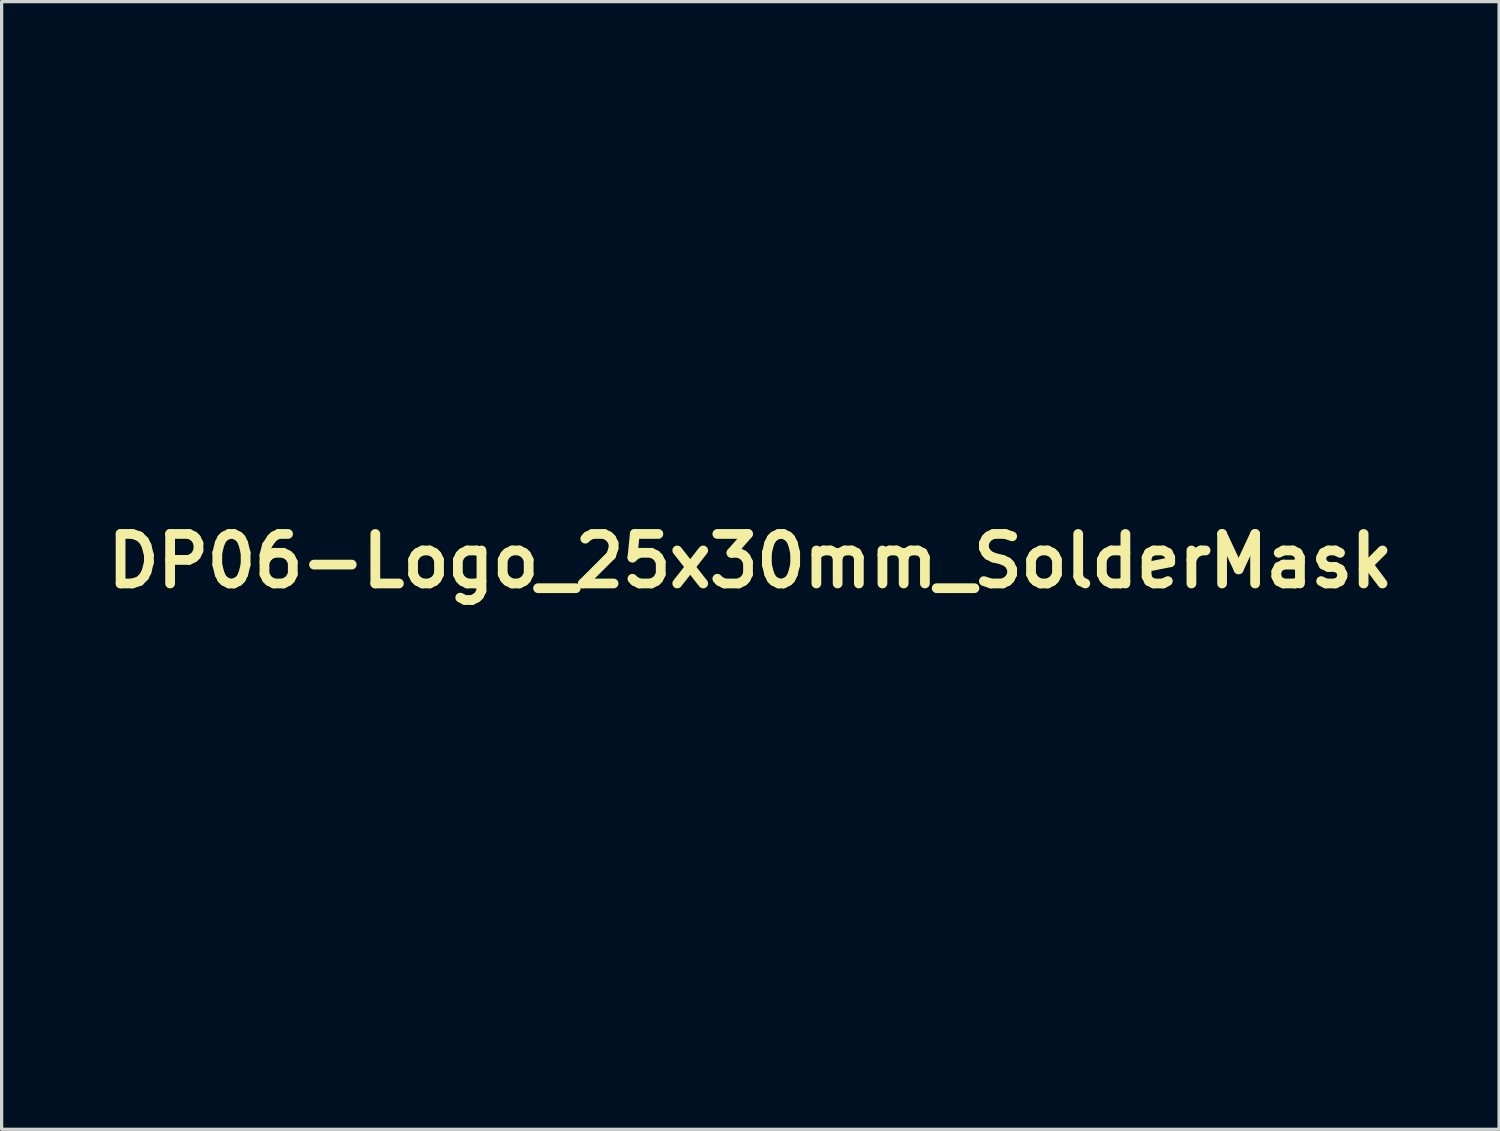
<source format=kicad_pcb>
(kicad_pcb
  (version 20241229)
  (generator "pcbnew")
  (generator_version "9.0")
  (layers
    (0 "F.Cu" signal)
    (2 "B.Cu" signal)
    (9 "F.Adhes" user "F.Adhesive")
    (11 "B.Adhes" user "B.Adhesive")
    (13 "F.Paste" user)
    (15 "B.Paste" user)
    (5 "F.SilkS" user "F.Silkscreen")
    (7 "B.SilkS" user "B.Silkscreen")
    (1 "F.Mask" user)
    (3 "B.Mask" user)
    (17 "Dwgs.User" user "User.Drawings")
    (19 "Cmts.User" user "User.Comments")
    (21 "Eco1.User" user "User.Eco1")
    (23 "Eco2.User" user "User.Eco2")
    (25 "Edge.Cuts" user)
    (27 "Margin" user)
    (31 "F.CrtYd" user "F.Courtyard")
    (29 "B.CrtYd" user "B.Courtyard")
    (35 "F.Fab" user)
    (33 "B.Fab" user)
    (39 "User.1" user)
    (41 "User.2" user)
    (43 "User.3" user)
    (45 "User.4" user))
  (footprint "DP06-Logo_25x30mm_SolderMask"
    (layer "F.Cu")
    (at 20.037 14.213)
    (property "Reference" "DP06-Logo_25x30mm_SolderMask" (at 0 0 0) (layer "F.SilkS") (effects (font (size 1.524 1.524) (thickness 0.3))))
    (attr through_hole)
    (fp_poly (pts (xy -10.414 8.678) (xy -10.456 8.721) (xy -10.499 8.678) (xy -10.456 8.636) (xy -10.414 8.678)) (stroke (width 0.01) (type solid)) (fill yes) (layer "F.Mask"))
    (fp_poly (pts (xy -10.329 7.07) (xy -10.372 7.112) (xy -10.414 7.07) (xy -10.372 7.027) (xy -10.329 7.07)) (stroke (width 0.01) (type solid)) (fill yes) (layer "F.Mask"))
    (fp_poly (pts (xy -9.906 9.864) (xy -9.948 9.906) (xy -9.991 9.864) (xy -9.948 9.821) (xy -9.906 9.864)) (stroke (width 0.01) (type solid)) (fill yes) (layer "F.Mask"))
    (fp_poly (pts (xy -9.398 4.445) (xy -9.44 4.487) (xy -9.483 4.445) (xy -9.44 4.403) (xy -9.398 4.445)) (stroke (width 0.01) (type solid)) (fill yes) (layer "F.Mask"))
    (fp_poly (pts (xy -9.144 0.127) (xy -9.186 0.169) (xy -9.229 0.127) (xy -9.186 0.085) (xy -9.144 0.127)) (stroke (width 0.01) (type solid)) (fill yes) (layer "F.Mask"))
    (fp_poly (pts (xy -9.059 12.912) (xy -9.102 12.954) (xy -9.144 12.912) (xy -9.102 12.869) (xy -9.059 12.912)) (stroke (width 0.01) (type solid)) (fill yes) (layer "F.Mask"))
    (fp_poly (pts (xy -8.975 3.26) (xy -9.017 3.302) (xy -9.059 3.26) (xy -9.017 3.217) (xy -8.975 3.26)) (stroke (width 0.01) (type solid)) (fill yes) (layer "F.Mask"))
    (fp_poly (pts (xy -8.805 -0.55) (xy -8.848 -0.508) (xy -8.89 -0.55) (xy -8.848 -0.593) (xy -8.805 -0.55)) (stroke (width 0.01) (type solid)) (fill yes) (layer "F.Mask"))
    (fp_poly (pts (xy -8.721 -0.72) (xy -8.763 -0.677) (xy -8.805 -0.72) (xy -8.763 -0.762) (xy -8.721 -0.72)) (stroke (width 0.01) (type solid)) (fill yes) (layer "F.Mask"))
    (fp_poly (pts (xy -8.636 4.445) (xy -8.678 4.487) (xy -8.721 4.445) (xy -8.678 4.403) (xy -8.636 4.445)) (stroke (width 0.01) (type solid)) (fill yes) (layer "F.Mask"))
    (fp_poly (pts (xy -8.551 3.683) (xy -8.594 3.725) (xy -8.636 3.683) (xy -8.594 3.641) (xy -8.551 3.683)) (stroke (width 0.01) (type solid)) (fill yes) (layer "F.Mask"))
    (fp_poly (pts (xy -8.297 -1.482) (xy -8.34 -1.439) (xy -8.382 -1.482) (xy -8.34 -1.524) (xy -8.297 -1.482)) (stroke (width 0.01) (type solid)) (fill yes) (layer "F.Mask"))
    (fp_poly (pts (xy -8.213 -1.651) (xy -8.255 -1.609) (xy -8.297 -1.651) (xy -8.255 -1.693) (xy -8.213 -1.651)) (stroke (width 0.01) (type solid)) (fill yes) (layer "F.Mask"))
    (fp_poly (pts (xy -7.62 1.058) (xy -7.662 1.101) (xy -7.705 1.058) (xy -7.662 1.016) (xy -7.62 1.058)) (stroke (width 0.01) (type solid)) (fill yes) (layer "F.Mask"))
    (fp_poly (pts (xy -6.181 8.678) (xy -6.223 8.721) (xy -6.265 8.678) (xy -6.223 8.636) (xy -6.181 8.678)) (stroke (width 0.01) (type solid)) (fill yes) (layer "F.Mask"))
    (fp_poly (pts (xy -6.011 6.731) (xy -6.054 6.773) (xy -6.096 6.731) (xy -6.054 6.689) (xy -6.011 6.731)) (stroke (width 0.01) (type solid)) (fill yes) (layer "F.Mask"))
    (fp_poly (pts (xy -5.842 7.07) (xy -5.884 7.112) (xy -5.927 7.07) (xy -5.884 7.027) (xy -5.842 7.07)) (stroke (width 0.01) (type solid)) (fill yes) (layer "F.Mask"))
    (fp_poly (pts (xy -5.757 7.832) (xy -5.8 7.874) (xy -5.842 7.832) (xy -5.8 7.789) (xy -5.757 7.832)) (stroke (width 0.01) (type solid)) (fill yes) (layer "F.Mask"))
    (fp_poly (pts (xy -5.588 7.916) (xy -5.63 7.959) (xy -5.673 7.916) (xy -5.63 7.874) (xy -5.588 7.916)) (stroke (width 0.01) (type solid)) (fill yes) (layer "F.Mask"))
    (fp_poly (pts (xy -5.588 8.086) (xy -5.63 8.128) (xy -5.673 8.086) (xy -5.63 8.043) (xy -5.588 8.086)) (stroke (width 0.01) (type solid)) (fill yes) (layer "F.Mask"))
    (fp_poly (pts (xy -5.588 8.509) (xy -5.63 8.551) (xy -5.673 8.509) (xy -5.63 8.467) (xy -5.588 8.509)) (stroke (width 0.01) (type solid)) (fill yes) (layer "F.Mask"))
    (fp_poly (pts (xy -5.334 7.832) (xy -5.376 7.874) (xy -5.419 7.832) (xy -5.376 7.789) (xy -5.334 7.832)) (stroke (width 0.01) (type solid)) (fill yes) (layer "F.Mask"))
    (fp_poly (pts (xy -5.249 5.207) (xy -5.292 5.249) (xy -5.334 5.207) (xy -5.292 5.165) (xy -5.249 5.207)) (stroke (width 0.01) (type solid)) (fill yes) (layer "F.Mask"))
    (fp_poly (pts (xy -5.249 7.239) (xy -5.292 7.281) (xy -5.334 7.239) (xy -5.292 7.197) (xy -5.249 7.239)) (stroke (width 0.01) (type solid)) (fill yes) (layer "F.Mask"))
    (fp_poly (pts (xy -5.165 2.582) (xy -5.207 2.625) (xy -5.249 2.582) (xy -5.207 2.54) (xy -5.165 2.582)) (stroke (width 0.01) (type solid)) (fill yes) (layer "F.Mask"))
    (fp_poly (pts (xy -5.165 5.461) (xy -5.207 5.503) (xy -5.249 5.461) (xy -5.207 5.419) (xy -5.165 5.461)) (stroke (width 0.01) (type solid)) (fill yes) (layer "F.Mask"))
    (fp_poly (pts (xy -5.08 1.905) (xy -5.122 1.947) (xy -5.165 1.905) (xy -5.122 1.863) (xy -5.08 1.905)) (stroke (width 0.01) (type solid)) (fill yes) (layer "F.Mask"))
    (fp_poly (pts (xy -5.08 4.276) (xy -5.122 4.318) (xy -5.165 4.276) (xy -5.122 4.233) (xy -5.08 4.276)) (stroke (width 0.01) (type solid)) (fill yes) (layer "F.Mask"))
    (fp_poly (pts (xy -5.08 7.324) (xy -5.122 7.366) (xy -5.165 7.324) (xy -5.122 7.281) (xy -5.08 7.324)) (stroke (width 0.01) (type solid)) (fill yes) (layer "F.Mask"))
    (fp_poly (pts (xy -5.08 7.747) (xy -5.122 7.789) (xy -5.165 7.747) (xy -5.122 7.705) (xy -5.08 7.747)) (stroke (width 0.01) (type solid)) (fill yes) (layer "F.Mask"))
    (fp_poly (pts (xy -4.995 2.667) (xy -5.038 2.709) (xy -5.08 2.667) (xy -5.038 2.625) (xy -4.995 2.667)) (stroke (width 0.01) (type solid)) (fill yes) (layer "F.Mask"))
    (fp_poly (pts (xy -4.995 5.546) (xy -5.038 5.588) (xy -5.08 5.546) (xy -5.038 5.503) (xy -4.995 5.546)) (stroke (width 0.01) (type solid)) (fill yes) (layer "F.Mask"))
    (fp_poly (pts (xy -4.995 5.969) (xy -5.038 6.011) (xy -5.08 5.969) (xy -5.038 5.927) (xy -4.995 5.969)) (stroke (width 0.01) (type solid)) (fill yes) (layer "F.Mask"))
    (fp_poly (pts (xy -4.911 7.408) (xy -4.953 7.451) (xy -4.995 7.408) (xy -4.953 7.366) (xy -4.911 7.408)) (stroke (width 0.01) (type solid)) (fill yes) (layer "F.Mask"))
    (fp_poly (pts (xy -4.911 7.747) (xy -4.953 7.789) (xy -4.995 7.747) (xy -4.953 7.705) (xy -4.911 7.747)) (stroke (width 0.01) (type solid)) (fill yes) (layer "F.Mask"))
    (fp_poly (pts (xy -4.911 8.17) (xy -4.953 8.213) (xy -4.995 8.17) (xy -4.953 8.128) (xy -4.911 8.17)) (stroke (width 0.01) (type solid)) (fill yes) (layer "F.Mask"))
    (fp_poly (pts (xy -4.826 5.8) (xy -4.868 5.842) (xy -4.911 5.8) (xy -4.868 5.757) (xy -4.826 5.8)) (stroke (width 0.01) (type solid)) (fill yes) (layer "F.Mask"))
    (fp_poly (pts (xy -4.741 3.09) (xy -4.784 3.133) (xy -4.826 3.09) (xy -4.784 3.048) (xy -4.741 3.09)) (stroke (width 0.01) (type solid)) (fill yes) (layer "F.Mask"))
    (fp_poly (pts (xy -4.657 6.477) (xy -4.699 6.519) (xy -4.741 6.477) (xy -4.699 6.435) (xy -4.657 6.477)) (stroke (width 0.01) (type solid)) (fill yes) (layer "F.Mask"))
    (fp_poly (pts (xy -4.657 8.001) (xy -4.699 8.043) (xy -4.741 8.001) (xy -4.699 7.959) (xy -4.657 8.001)) (stroke (width 0.01) (type solid)) (fill yes) (layer "F.Mask"))
    (fp_poly (pts (xy -4.657 10.372) (xy -4.699 10.414) (xy -4.741 10.372) (xy -4.699 10.329) (xy -4.657 10.372)) (stroke (width 0.01) (type solid)) (fill yes) (layer "F.Mask"))
    (fp_poly (pts (xy -4.572 4.276) (xy -4.614 4.318) (xy -4.657 4.276) (xy -4.614 4.233) (xy -4.572 4.276)) (stroke (width 0.01) (type solid)) (fill yes) (layer "F.Mask"))
    (fp_poly (pts (xy -4.572 4.53) (xy -4.614 4.572) (xy -4.657 4.53) (xy -4.614 4.487) (xy -4.572 4.53)) (stroke (width 0.01) (type solid)) (fill yes) (layer "F.Mask"))
    (fp_poly (pts (xy -4.572 4.699) (xy -4.614 4.741) (xy -4.657 4.699) (xy -4.614 4.657) (xy -4.572 4.699)) (stroke (width 0.01) (type solid)) (fill yes) (layer "F.Mask"))
    (fp_poly (pts (xy -4.487 4.106) (xy -4.53 4.149) (xy -4.572 4.106) (xy -4.53 4.064) (xy -4.487 4.106)) (stroke (width 0.01) (type solid)) (fill yes) (layer "F.Mask"))
    (fp_poly (pts (xy -4.487 6.9) (xy -4.53 6.943) (xy -4.572 6.9) (xy -4.53 6.858) (xy -4.487 6.9)) (stroke (width 0.01) (type solid)) (fill yes) (layer "F.Mask"))
    (fp_poly (pts (xy -4.487 7.747) (xy -4.53 7.789) (xy -4.572 7.747) (xy -4.53 7.705) (xy -4.487 7.747)) (stroke (width 0.01) (type solid)) (fill yes) (layer "F.Mask"))
    (fp_poly (pts (xy -4.403 6.138) (xy -4.445 6.181) (xy -4.487 6.138) (xy -4.445 6.096) (xy -4.403 6.138)) (stroke (width 0.01) (type solid)) (fill yes) (layer "F.Mask"))
    (fp_poly (pts (xy -4.403 8.086) (xy -4.445 8.128) (xy -4.487 8.086) (xy -4.445 8.043) (xy -4.403 8.086)) (stroke (width 0.01) (type solid)) (fill yes) (layer "F.Mask"))
    (fp_poly (pts (xy -4.403 8.678) (xy -4.445 8.721) (xy -4.487 8.678) (xy -4.445 8.636) (xy -4.403 8.678)) (stroke (width 0.01) (type solid)) (fill yes) (layer "F.Mask"))
    (fp_poly (pts (xy -4.318 3.768) (xy -4.36 3.81) (xy -4.403 3.768) (xy -4.36 3.725) (xy -4.318 3.768)) (stroke (width 0.01) (type solid)) (fill yes) (layer "F.Mask"))
    (fp_poly (pts (xy -4.233 3.514) (xy -4.276 3.556) (xy -4.318 3.514) (xy -4.276 3.471) (xy -4.233 3.514)) (stroke (width 0.01) (type solid)) (fill yes) (layer "F.Mask"))
    (fp_poly (pts (xy -4.233 4.276) (xy -4.276 4.318) (xy -4.318 4.276) (xy -4.276 4.233) (xy -4.233 4.276)) (stroke (width 0.01) (type solid)) (fill yes) (layer "F.Mask"))
    (fp_poly (pts (xy -4.064 2.836) (xy -4.106 2.879) (xy -4.149 2.836) (xy -4.106 2.794) (xy -4.064 2.836)) (stroke (width 0.01) (type solid)) (fill yes) (layer "F.Mask"))
    (fp_poly (pts (xy -4.064 4.022) (xy -4.106 4.064) (xy -4.149 4.022) (xy -4.106 3.979) (xy -4.064 4.022)) (stroke (width 0.01) (type solid)) (fill yes) (layer "F.Mask"))
    (fp_poly (pts (xy -3.979 1.482) (xy -4.022 1.524) (xy -4.064 1.482) (xy -4.022 1.439) (xy -3.979 1.482)) (stroke (width 0.01) (type solid)) (fill yes) (layer "F.Mask"))
    (fp_poly (pts (xy -3.979 2.582) (xy -4.022 2.625) (xy -4.064 2.582) (xy -4.022 2.54) (xy -3.979 2.582)) (stroke (width 0.01) (type solid)) (fill yes) (layer "F.Mask"))
    (fp_poly (pts (xy -3.979 7.832) (xy -4.022 7.874) (xy -4.064 7.832) (xy -4.022 7.789) (xy -3.979 7.832)) (stroke (width 0.01) (type solid)) (fill yes) (layer "F.Mask"))
    (fp_poly (pts (xy -3.895 5.969) (xy -3.937 6.011) (xy -3.979 5.969) (xy -3.937 5.927) (xy -3.895 5.969)) (stroke (width 0.01) (type solid)) (fill yes) (layer "F.Mask"))
    (fp_poly (pts (xy -3.895 6.562) (xy -3.937 6.604) (xy -3.979 6.562) (xy -3.937 6.519) (xy -3.895 6.562)) (stroke (width 0.01) (type solid)) (fill yes) (layer "F.Mask"))
    (fp_poly (pts (xy -3.725 4.614) (xy -3.768 4.657) (xy -3.81 4.614) (xy -3.768 4.572) (xy -3.725 4.614)) (stroke (width 0.01) (type solid)) (fill yes) (layer "F.Mask"))
    (fp_poly (pts (xy -3.725 11.811) (xy -3.768 11.853) (xy -3.81 11.811) (xy -3.768 11.769) (xy -3.725 11.811)) (stroke (width 0.01) (type solid)) (fill yes) (layer "F.Mask"))
    (fp_poly (pts (xy -3.641 3.598) (xy -3.683 3.641) (xy -3.725 3.598) (xy -3.683 3.556) (xy -3.641 3.598)) (stroke (width 0.01) (type solid)) (fill yes) (layer "F.Mask"))
    (fp_poly (pts (xy -3.641 4.36) (xy -3.683 4.403) (xy -3.725 4.36) (xy -3.683 4.318) (xy -3.641 4.36)) (stroke (width 0.01) (type solid)) (fill yes) (layer "F.Mask"))
    (fp_poly (pts (xy -3.641 4.784) (xy -3.683 4.826) (xy -3.725 4.784) (xy -3.683 4.741) (xy -3.641 4.784)) (stroke (width 0.01) (type solid)) (fill yes) (layer "F.Mask"))
    (fp_poly (pts (xy -3.641 6.308) (xy -3.683 6.35) (xy -3.725 6.308) (xy -3.683 6.265) (xy -3.641 6.308)) (stroke (width 0.01) (type solid)) (fill yes) (layer "F.Mask"))
    (fp_poly (pts (xy -3.387 3.006) (xy -3.429 3.048) (xy -3.471 3.006) (xy -3.429 2.963) (xy -3.387 3.006)) (stroke (width 0.01) (type solid)) (fill yes) (layer "F.Mask"))
    (fp_poly (pts (xy -3.302 5.122) (xy -3.344 5.165) (xy -3.387 5.122) (xy -3.344 5.08) (xy -3.302 5.122)) (stroke (width 0.01) (type solid)) (fill yes) (layer "F.Mask"))
    (fp_poly (pts (xy -3.302 5.546) (xy -3.344 5.588) (xy -3.387 5.546) (xy -3.344 5.503) (xy -3.302 5.546)) (stroke (width 0.01) (type solid)) (fill yes) (layer "F.Mask"))
    (fp_poly (pts (xy -3.302 6.985) (xy -3.344 7.027) (xy -3.387 6.985) (xy -3.344 6.943) (xy -3.302 6.985)) (stroke (width 0.01) (type solid)) (fill yes) (layer "F.Mask"))
    (fp_poly (pts (xy -3.302 7.154) (xy -3.344 7.197) (xy -3.387 7.154) (xy -3.344 7.112) (xy -3.302 7.154)) (stroke (width 0.01) (type solid)) (fill yes) (layer "F.Mask"))
    (fp_poly (pts (xy -3.302 7.578) (xy -3.344 7.62) (xy -3.387 7.578) (xy -3.344 7.535) (xy -3.302 7.578)) (stroke (width 0.01) (type solid)) (fill yes) (layer "F.Mask"))
    (fp_poly (pts (xy -3.302 8.001) (xy -3.344 8.043) (xy -3.387 8.001) (xy -3.344 7.959) (xy -3.302 8.001)) (stroke (width 0.01) (type solid)) (fill yes) (layer "F.Mask"))
    (fp_poly (pts (xy -3.217 4.191) (xy -3.26 4.233) (xy -3.302 4.191) (xy -3.26 4.149) (xy -3.217 4.191)) (stroke (width 0.01) (type solid)) (fill yes) (layer "F.Mask"))
    (fp_poly (pts (xy -3.217 4.36) (xy -3.26 4.403) (xy -3.302 4.36) (xy -3.26 4.318) (xy -3.217 4.36)) (stroke (width 0.01) (type solid)) (fill yes) (layer "F.Mask"))
    (fp_poly (pts (xy -3.217 8.17) (xy -3.26 8.213) (xy -3.302 8.17) (xy -3.26 8.128) (xy -3.217 8.17)) (stroke (width 0.01) (type solid)) (fill yes) (layer "F.Mask"))
    (fp_poly (pts (xy -3.217 9.525) (xy -3.26 9.567) (xy -3.302 9.525) (xy -3.26 9.483) (xy -3.217 9.525)) (stroke (width 0.01) (type solid)) (fill yes) (layer "F.Mask"))
    (fp_poly (pts (xy -3.133 3.175) (xy -3.175 3.217) (xy -3.217 3.175) (xy -3.175 3.133) (xy -3.133 3.175)) (stroke (width 0.01) (type solid)) (fill yes) (layer "F.Mask"))
    (fp_poly (pts (xy -3.133 6.562) (xy -3.175 6.604) (xy -3.217 6.562) (xy -3.175 6.519) (xy -3.133 6.562)) (stroke (width 0.01) (type solid)) (fill yes) (layer "F.Mask"))
    (fp_poly (pts (xy -3.133 6.816) (xy -3.175 6.858) (xy -3.217 6.816) (xy -3.175 6.773) (xy -3.133 6.816)) (stroke (width 0.01) (type solid)) (fill yes) (layer "F.Mask"))
    (fp_poly (pts (xy -3.133 6.985) (xy -3.175 7.027) (xy -3.217 6.985) (xy -3.175 6.943) (xy -3.133 6.985)) (stroke (width 0.01) (type solid)) (fill yes) (layer "F.Mask"))
    (fp_poly (pts (xy -3.133 10.71) (xy -3.175 10.753) (xy -3.217 10.71) (xy -3.175 10.668) (xy -3.133 10.71)) (stroke (width 0.01) (type solid)) (fill yes) (layer "F.Mask"))
    (fp_poly (pts (xy -3.048 5.63) (xy -3.09 5.673) (xy -3.133 5.63) (xy -3.09 5.588) (xy -3.048 5.63)) (stroke (width 0.01) (type solid)) (fill yes) (layer "F.Mask"))
    (fp_poly (pts (xy -3.048 7.832) (xy -3.09 7.874) (xy -3.133 7.832) (xy -3.09 7.789) (xy -3.048 7.832)) (stroke (width 0.01) (type solid)) (fill yes) (layer "F.Mask"))
    (fp_poly (pts (xy -3.048 11.303) (xy -3.09 11.345) (xy -3.133 11.303) (xy -3.09 11.261) (xy -3.048 11.303)) (stroke (width 0.01) (type solid)) (fill yes) (layer "F.Mask"))
    (fp_poly (pts (xy -2.963 3.26) (xy -3.006 3.302) (xy -3.048 3.26) (xy -3.006 3.217) (xy -2.963 3.26)) (stroke (width 0.01) (type solid)) (fill yes) (layer "F.Mask"))
    (fp_poly (pts (xy -2.879 1.566) (xy -2.921 1.609) (xy -2.963 1.566) (xy -2.921 1.524) (xy -2.879 1.566)) (stroke (width 0.01) (type solid)) (fill yes) (layer "F.Mask"))
    (fp_poly (pts (xy -2.879 6.816) (xy -2.921 6.858) (xy -2.963 6.816) (xy -2.921 6.773) (xy -2.879 6.816)) (stroke (width 0.01) (type solid)) (fill yes) (layer "F.Mask"))
    (fp_poly (pts (xy -2.879 6.985) (xy -2.921 7.027) (xy -2.963 6.985) (xy -2.921 6.943) (xy -2.879 6.985)) (stroke (width 0.01) (type solid)) (fill yes) (layer "F.Mask"))
    (fp_poly (pts (xy -2.879 7.239) (xy -2.921 7.281) (xy -2.963 7.239) (xy -2.921 7.197) (xy -2.879 7.239)) (stroke (width 0.01) (type solid)) (fill yes) (layer "F.Mask"))
    (fp_poly (pts (xy -2.879 7.408) (xy -2.921 7.451) (xy -2.963 7.408) (xy -2.921 7.366) (xy -2.879 7.408)) (stroke (width 0.01) (type solid)) (fill yes) (layer "F.Mask"))
    (fp_poly (pts (xy -2.879 7.662) (xy -2.921 7.705) (xy -2.963 7.662) (xy -2.921 7.62) (xy -2.879 7.662)) (stroke (width 0.01) (type solid)) (fill yes) (layer "F.Mask"))
    (fp_poly (pts (xy -2.794 5.038) (xy -2.836 5.08) (xy -2.879 5.038) (xy -2.836 4.995) (xy -2.794 5.038)) (stroke (width 0.01) (type solid)) (fill yes) (layer "F.Mask"))
    (fp_poly (pts (xy -2.794 7.832) (xy -2.836 7.874) (xy -2.879 7.832) (xy -2.836 7.789) (xy -2.794 7.832)) (stroke (width 0.01) (type solid)) (fill yes) (layer "F.Mask"))
    (fp_poly (pts (xy -2.709 3.852) (xy -2.752 3.895) (xy -2.794 3.852) (xy -2.752 3.81) (xy -2.709 3.852)) (stroke (width 0.01) (type solid)) (fill yes) (layer "F.Mask"))
    (fp_poly (pts (xy -2.709 4.784) (xy -2.752 4.826) (xy -2.794 4.784) (xy -2.752 4.741) (xy -2.709 4.784)) (stroke (width 0.01) (type solid)) (fill yes) (layer "F.Mask"))
    (fp_poly (pts (xy -2.625 6.477) (xy -2.667 6.519) (xy -2.709 6.477) (xy -2.667 6.435) (xy -2.625 6.477)) (stroke (width 0.01) (type solid)) (fill yes) (layer "F.Mask"))
    (fp_poly (pts (xy -2.625 6.646) (xy -2.667 6.689) (xy -2.709 6.646) (xy -2.667 6.604) (xy -2.625 6.646)) (stroke (width 0.01) (type solid)) (fill yes) (layer "F.Mask"))
    (fp_poly (pts (xy -2.625 6.9) (xy -2.667 6.943) (xy -2.709 6.9) (xy -2.667 6.858) (xy -2.625 6.9)) (stroke (width 0.01) (type solid)) (fill yes) (layer "F.Mask"))
    (fp_poly (pts (xy -2.625 7.07) (xy -2.667 7.112) (xy -2.709 7.07) (xy -2.667 7.027) (xy -2.625 7.07)) (stroke (width 0.01) (type solid)) (fill yes) (layer "F.Mask"))
    (fp_poly (pts (xy -2.625 7.493) (xy -2.667 7.535) (xy -2.709 7.493) (xy -2.667 7.451) (xy -2.625 7.493)) (stroke (width 0.01) (type solid)) (fill yes) (layer "F.Mask"))
    (fp_poly (pts (xy -2.625 7.916) (xy -2.667 7.959) (xy -2.709 7.916) (xy -2.667 7.874) (xy -2.625 7.916)) (stroke (width 0.01) (type solid)) (fill yes) (layer "F.Mask"))
    (fp_poly (pts (xy -2.54 4.868) (xy -2.582 4.911) (xy -2.625 4.868) (xy -2.582 4.826) (xy -2.54 4.868)) (stroke (width 0.01) (type solid)) (fill yes) (layer "F.Mask"))
    (fp_poly (pts (xy -2.54 5.038) (xy -2.582 5.08) (xy -2.625 5.038) (xy -2.582 4.995) (xy -2.54 5.038)) (stroke (width 0.01) (type solid)) (fill yes) (layer "F.Mask"))
    (fp_poly (pts (xy -2.54 5.292) (xy -2.582 5.334) (xy -2.625 5.292) (xy -2.582 5.249) (xy -2.54 5.292)) (stroke (width 0.01) (type solid)) (fill yes) (layer "F.Mask"))
    (fp_poly (pts (xy -2.54 5.461) (xy -2.582 5.503) (xy -2.625 5.461) (xy -2.582 5.419) (xy -2.54 5.461)) (stroke (width 0.01) (type solid)) (fill yes) (layer "F.Mask"))
    (fp_poly (pts (xy -2.54 5.884) (xy -2.582 5.927) (xy -2.625 5.884) (xy -2.582 5.842) (xy -2.54 5.884)) (stroke (width 0.01) (type solid)) (fill yes) (layer "F.Mask"))
    (fp_poly (pts (xy -2.455 2.074) (xy -2.498 2.117) (xy -2.54 2.074) (xy -2.498 2.032) (xy -2.455 2.074)) (stroke (width 0.01) (type solid)) (fill yes) (layer "F.Mask"))
    (fp_poly (pts (xy -2.455 4.699) (xy -2.498 4.741) (xy -2.54 4.699) (xy -2.498 4.657) (xy -2.455 4.699)) (stroke (width 0.01) (type solid)) (fill yes) (layer "F.Mask"))
    (fp_poly (pts (xy -2.371 2.921) (xy -2.413 2.963) (xy -2.455 2.921) (xy -2.413 2.879) (xy -2.371 2.921)) (stroke (width 0.01) (type solid)) (fill yes) (layer "F.Mask"))
    (fp_poly (pts (xy -2.371 5.884) (xy -2.413 5.927) (xy -2.455 5.884) (xy -2.413 5.842) (xy -2.371 5.884)) (stroke (width 0.01) (type solid)) (fill yes) (layer "F.Mask"))
    (fp_poly (pts (xy -2.371 6.9) (xy -2.413 6.943) (xy -2.455 6.9) (xy -2.413 6.858) (xy -2.371 6.9)) (stroke (width 0.01) (type solid)) (fill yes) (layer "F.Mask"))
    (fp_poly (pts (xy -2.371 7.324) (xy -2.413 7.366) (xy -2.455 7.324) (xy -2.413 7.281) (xy -2.371 7.324)) (stroke (width 0.01) (type solid)) (fill yes) (layer "F.Mask"))
    (fp_poly (pts (xy -2.371 10.202) (xy -2.413 10.245) (xy -2.455 10.202) (xy -2.413 10.16) (xy -2.371 10.202)) (stroke (width 0.01) (type solid)) (fill yes) (layer "F.Mask"))
    (fp_poly (pts (xy -2.286 4.699) (xy -2.328 4.741) (xy -2.371 4.699) (xy -2.328 4.657) (xy -2.286 4.699)) (stroke (width 0.01) (type solid)) (fill yes) (layer "F.Mask"))
    (fp_poly (pts (xy -2.286 4.868) (xy -2.328 4.911) (xy -2.371 4.868) (xy -2.328 4.826) (xy -2.286 4.868)) (stroke (width 0.01) (type solid)) (fill yes) (layer "F.Mask"))
    (fp_poly (pts (xy -2.286 5.122) (xy -2.328 5.165) (xy -2.371 5.122) (xy -2.328 5.08) (xy -2.286 5.122)) (stroke (width 0.01) (type solid)) (fill yes) (layer "F.Mask"))
    (fp_poly (pts (xy -2.286 5.292) (xy -2.328 5.334) (xy -2.371 5.292) (xy -2.328 5.249) (xy -2.286 5.292)) (stroke (width 0.01) (type solid)) (fill yes) (layer "F.Mask"))
    (fp_poly (pts (xy -2.201 7.154) (xy -2.244 7.197) (xy -2.286 7.154) (xy -2.244 7.112) (xy -2.201 7.154)) (stroke (width 0.01) (type solid)) (fill yes) (layer "F.Mask"))
    (fp_poly (pts (xy -2.117 5.715) (xy -2.159 5.757) (xy -2.201 5.715) (xy -2.159 5.673) (xy -2.117 5.715)) (stroke (width 0.01) (type solid)) (fill yes) (layer "F.Mask"))
    (fp_poly (pts (xy -2.117 6.731) (xy -2.159 6.773) (xy -2.201 6.731) (xy -2.159 6.689) (xy -2.117 6.731)) (stroke (width 0.01) (type solid)) (fill yes) (layer "F.Mask"))
    (fp_poly (pts (xy -2.032 9.017) (xy -2.074 9.059) (xy -2.117 9.017) (xy -2.074 8.975) (xy -2.032 9.017)) (stroke (width 0.01) (type solid)) (fill yes) (layer "F.Mask"))
    (fp_poly (pts (xy -2.032 9.694) (xy -2.074 9.737) (xy -2.117 9.694) (xy -2.074 9.652) (xy -2.032 9.694)) (stroke (width 0.01) (type solid)) (fill yes) (layer "F.Mask"))
    (fp_poly (pts (xy -2.032 9.864) (xy -2.074 9.906) (xy -2.117 9.864) (xy -2.074 9.821) (xy -2.032 9.864)) (stroke (width 0.01) (type solid)) (fill yes) (layer "F.Mask"))
    (fp_poly (pts (xy -1.947 6.9) (xy -1.99 6.943) (xy -2.032 6.9) (xy -1.99 6.858) (xy -1.947 6.9)) (stroke (width 0.01) (type solid)) (fill yes) (layer "F.Mask"))
    (fp_poly (pts (xy -1.947 12.319) (xy -1.99 12.361) (xy -2.032 12.319) (xy -1.99 12.277) (xy -1.947 12.319)) (stroke (width 0.01) (type solid)) (fill yes) (layer "F.Mask"))
    (fp_poly (pts (xy -1.863 5.715) (xy -1.905 5.757) (xy -1.947 5.715) (xy -1.905 5.673) (xy -1.863 5.715)) (stroke (width 0.01) (type solid)) (fill yes) (layer "F.Mask"))
    (fp_poly (pts (xy -1.778 4.699) (xy -1.82 4.741) (xy -1.863 4.699) (xy -1.82 4.657) (xy -1.778 4.699)) (stroke (width 0.01) (type solid)) (fill yes) (layer "F.Mask"))
    (fp_poly (pts (xy -1.778 8.001) (xy -1.82 8.043) (xy -1.863 8.001) (xy -1.82 7.959) (xy -1.778 8.001)) (stroke (width 0.01) (type solid)) (fill yes) (layer "F.Mask"))
    (fp_poly (pts (xy -1.693 5.546) (xy -1.736 5.588) (xy -1.778 5.546) (xy -1.736 5.503) (xy -1.693 5.546)) (stroke (width 0.01) (type solid)) (fill yes) (layer "F.Mask"))
    (fp_poly (pts (xy -1.693 8.763) (xy -1.736 8.805) (xy -1.778 8.763) (xy -1.736 8.721) (xy -1.693 8.763)) (stroke (width 0.01) (type solid)) (fill yes) (layer "F.Mask"))
    (fp_poly (pts (xy -1.693 9.186) (xy -1.736 9.229) (xy -1.778 9.186) (xy -1.736 9.144) (xy -1.693 9.186)) (stroke (width 0.01) (type solid)) (fill yes) (layer "F.Mask"))
    (fp_poly (pts (xy -1.693 10.456) (xy -1.736 10.499) (xy -1.778 10.456) (xy -1.736 10.414) (xy -1.693 10.456)) (stroke (width 0.01) (type solid)) (fill yes) (layer "F.Mask"))
    (fp_poly (pts (xy -1.609 4.784) (xy -1.651 4.826) (xy -1.693 4.784) (xy -1.651 4.741) (xy -1.609 4.784)) (stroke (width 0.01) (type solid)) (fill yes) (layer "F.Mask"))
    (fp_poly (pts (xy -1.609 4.953) (xy -1.651 4.995) (xy -1.693 4.953) (xy -1.651 4.911) (xy -1.609 4.953)) (stroke (width 0.01) (type solid)) (fill yes) (layer "F.Mask"))
    (fp_poly (pts (xy -1.524 4.022) (xy -1.566 4.064) (xy -1.609 4.022) (xy -1.566 3.979) (xy -1.524 4.022)) (stroke (width 0.01) (type solid)) (fill yes) (layer "F.Mask"))
    (fp_poly (pts (xy -1.524 7.578) (xy -1.566 7.62) (xy -1.609 7.578) (xy -1.566 7.535) (xy -1.524 7.578)) (stroke (width 0.01) (type solid)) (fill yes) (layer "F.Mask"))
    (fp_poly (pts (xy -1.355 7.578) (xy -1.397 7.62) (xy -1.439 7.578) (xy -1.397 7.535) (xy -1.355 7.578)) (stroke (width 0.01) (type solid)) (fill yes) (layer "F.Mask"))
    (fp_poly (pts (xy -1.355 8.001) (xy -1.397 8.043) (xy -1.439 8.001) (xy -1.397 7.959) (xy -1.355 8.001)) (stroke (width 0.01) (type solid)) (fill yes) (layer "F.Mask"))
    (fp_poly (pts (xy -1.27 5.969) (xy -1.312 6.011) (xy -1.355 5.969) (xy -1.312 5.927) (xy -1.27 5.969)) (stroke (width 0.01) (type solid)) (fill yes) (layer "F.Mask"))
    (fp_poly (pts (xy -1.27 6.392) (xy -1.312 6.435) (xy -1.355 6.392) (xy -1.312 6.35) (xy -1.27 6.392)) (stroke (width 0.01) (type solid)) (fill yes) (layer "F.Mask"))
    (fp_poly (pts (xy -1.27 6.816) (xy -1.312 6.858) (xy -1.355 6.816) (xy -1.312 6.773) (xy -1.27 6.816)) (stroke (width 0.01) (type solid)) (fill yes) (layer "F.Mask"))
    (fp_poly (pts (xy -1.27 7.408) (xy -1.312 7.451) (xy -1.355 7.408) (xy -1.312 7.366) (xy -1.27 7.408)) (stroke (width 0.01) (type solid)) (fill yes) (layer "F.Mask"))
    (fp_poly (pts (xy -1.101 7.408) (xy -1.143 7.451) (xy -1.185 7.408) (xy -1.143 7.366) (xy -1.101 7.408)) (stroke (width 0.01) (type solid)) (fill yes) (layer "F.Mask"))
    (fp_poly (pts (xy -1.101 7.578) (xy -1.143 7.62) (xy -1.185 7.578) (xy -1.143 7.535) (xy -1.101 7.578)) (stroke (width 0.01) (type solid)) (fill yes) (layer "F.Mask"))
    (fp_poly (pts (xy -1.101 10.202) (xy -1.143 10.245) (xy -1.185 10.202) (xy -1.143 10.16) (xy -1.101 10.202)) (stroke (width 0.01) (type solid)) (fill yes) (layer "F.Mask"))
    (fp_poly (pts (xy -1.016 5.8) (xy -1.058 5.842) (xy -1.101 5.8) (xy -1.058 5.757) (xy -1.016 5.8)) (stroke (width 0.01) (type solid)) (fill yes) (layer "F.Mask"))
    (fp_poly (pts (xy -1.016 5.969) (xy -1.058 6.011) (xy -1.101 5.969) (xy -1.058 5.927) (xy -1.016 5.969)) (stroke (width 0.01) (type solid)) (fill yes) (layer "F.Mask"))
    (fp_poly (pts (xy -1.016 6.223) (xy -1.058 6.265) (xy -1.101 6.223) (xy -1.058 6.181) (xy -1.016 6.223)) (stroke (width 0.01) (type solid)) (fill yes) (layer "F.Mask"))
    (fp_poly (pts (xy -1.016 6.392) (xy -1.058 6.435) (xy -1.101 6.392) (xy -1.058 6.35) (xy -1.016 6.392)) (stroke (width 0.01) (type solid)) (fill yes) (layer "F.Mask"))
    (fp_poly (pts (xy -0.931 5.207) (xy -0.974 5.249) (xy -1.016 5.207) (xy -0.974 5.165) (xy -0.931 5.207)) (stroke (width 0.01) (type solid)) (fill yes) (layer "F.Mask"))
    (fp_poly (pts (xy -0.931 9.864) (xy -0.974 9.906) (xy -1.016 9.864) (xy -0.974 9.821) (xy -0.931 9.864)) (stroke (width 0.01) (type solid)) (fill yes) (layer "F.Mask"))
    (fp_poly (pts (xy -0.847 4.445) (xy -0.889 4.487) (xy -0.931 4.445) (xy -0.889 4.403) (xy -0.847 4.445)) (stroke (width 0.01) (type solid)) (fill yes) (layer "F.Mask"))
    (fp_poly (pts (xy -0.847 7.239) (xy -0.889 7.281) (xy -0.931 7.239) (xy -0.889 7.197) (xy -0.847 7.239)) (stroke (width 0.01) (type solid)) (fill yes) (layer "F.Mask"))
    (fp_poly (pts (xy -0.847 7.408) (xy -0.889 7.451) (xy -0.931 7.408) (xy -0.889 7.366) (xy -0.847 7.408)) (stroke (width 0.01) (type solid)) (fill yes) (layer "F.Mask"))
    (fp_poly (pts (xy -0.847 8.509) (xy -0.889 8.551) (xy -0.931 8.509) (xy -0.889 8.467) (xy -0.847 8.509)) (stroke (width 0.01) (type solid)) (fill yes) (layer "F.Mask"))
    (fp_poly (pts (xy -0.762 5.8) (xy -0.804 5.842) (xy -0.847 5.8) (xy -0.804 5.757) (xy -0.762 5.8)) (stroke (width 0.01) (type solid)) (fill yes) (layer "F.Mask"))
    (fp_poly (pts (xy -0.677 5.038) (xy -0.72 5.08) (xy -0.762 5.038) (xy -0.72 4.995) (xy -0.677 5.038)) (stroke (width 0.01) (type solid)) (fill yes) (layer "F.Mask"))
    (fp_poly (pts (xy -0.593 7.239) (xy -0.635 7.281) (xy -0.677 7.239) (xy -0.635 7.197) (xy -0.593 7.239)) (stroke (width 0.01) (type solid)) (fill yes) (layer "F.Mask"))
    (fp_poly (pts (xy -0.593 7.916) (xy -0.635 7.959) (xy -0.677 7.916) (xy -0.635 7.874) (xy -0.593 7.916)) (stroke (width 0.01) (type solid)) (fill yes) (layer "F.Mask"))
    (fp_poly (pts (xy -0.508 6.223) (xy -0.55 6.265) (xy -0.593 6.223) (xy -0.55 6.181) (xy -0.508 6.223)) (stroke (width 0.01) (type solid)) (fill yes) (layer "F.Mask"))
    (fp_poly (pts (xy -0.339 4.53) (xy -0.381 4.572) (xy -0.423 4.53) (xy -0.381 4.487) (xy -0.339 4.53)) (stroke (width 0.01) (type solid)) (fill yes) (layer "F.Mask"))
    (fp_poly (pts (xy -0.339 6.308) (xy -0.381 6.35) (xy -0.423 6.308) (xy -0.381 6.265) (xy -0.339 6.308)) (stroke (width 0.01) (type solid)) (fill yes) (layer "F.Mask"))
    (fp_poly (pts (xy -0.339 7.07) (xy -0.381 7.112) (xy -0.423 7.07) (xy -0.381 7.027) (xy -0.339 7.07)) (stroke (width 0.01) (type solid)) (fill yes) (layer "F.Mask"))
    (fp_poly (pts (xy -0.339 7.493) (xy -0.381 7.535) (xy -0.423 7.493) (xy -0.381 7.451) (xy -0.339 7.493)) (stroke (width 0.01) (type solid)) (fill yes) (layer "F.Mask"))
    (fp_poly (pts (xy -0.339 9.61) (xy -0.381 9.652) (xy -0.423 9.61) (xy -0.381 9.567) (xy -0.339 9.61)) (stroke (width 0.01) (type solid)) (fill yes) (layer "F.Mask"))
    (fp_poly (pts (xy -0.254 5.546) (xy -0.296 5.588) (xy -0.339 5.546) (xy -0.296 5.503) (xy -0.254 5.546)) (stroke (width 0.01) (type solid)) (fill yes) (layer "F.Mask"))
    (fp_poly (pts (xy -0.254 5.884) (xy -0.296 5.927) (xy -0.339 5.884) (xy -0.296 5.842) (xy -0.254 5.884)) (stroke (width 0.01) (type solid)) (fill yes) (layer "F.Mask"))
    (fp_poly (pts (xy -0.085 6.308) (xy -0.127 6.35) (xy -0.169 6.308) (xy -0.127 6.265) (xy -0.085 6.308)) (stroke (width 0.01) (type solid)) (fill yes) (layer "F.Mask"))
    (fp_poly (pts (xy -0.085 6.477) (xy -0.127 6.519) (xy -0.169 6.477) (xy -0.127 6.435) (xy -0.085 6.477)) (stroke (width 0.01) (type solid)) (fill yes) (layer "F.Mask"))
    (fp_poly (pts (xy -0.085 6.9) (xy -0.127 6.943) (xy -0.169 6.9) (xy -0.127 6.858) (xy -0.085 6.9)) (stroke (width 0.01) (type solid)) (fill yes) (layer "F.Mask"))
    (fp_poly (pts (xy 0 5.546) (xy -0.042 5.588) (xy -0.085 5.546) (xy -0.042 5.503) (xy 0 5.546)) (stroke (width 0.01) (type solid)) (fill yes) (layer "F.Mask"))
    (fp_poly (pts (xy 0 5.884) (xy -0.042 5.927) (xy -0.085 5.884) (xy -0.042 5.842) (xy 0 5.884)) (stroke (width 0.01) (type solid)) (fill yes) (layer "F.Mask"))
    (fp_poly (pts (xy 0 6.138) (xy -0.042 6.181) (xy -0.085 6.138) (xy -0.042 6.096) (xy 0 6.138)) (stroke (width 0.01) (type solid)) (fill yes) (layer "F.Mask"))
    (fp_poly (pts (xy 0.085 1.397) (xy 0.042 1.439) (xy 0 1.397) (xy 0.042 1.355) (xy 0.085 1.397)) (stroke (width 0.01) (type solid)) (fill yes) (layer "F.Mask"))
    (fp_poly (pts (xy 0.085 1.905) (xy 0.042 1.947) (xy 0 1.905) (xy 0.042 1.863) (xy 0.085 1.905)) (stroke (width 0.01) (type solid)) (fill yes) (layer "F.Mask"))
    (fp_poly (pts (xy 0.085 10.287) (xy 0.042 10.329) (xy 0 10.287) (xy 0.042 10.245) (xy 0.085 10.287)) (stroke (width 0.01) (type solid)) (fill yes) (layer "F.Mask"))
    (fp_poly (pts (xy 0.169 6.562) (xy 0.127 6.604) (xy 0.085 6.562) (xy 0.127 6.519) (xy 0.169 6.562)) (stroke (width 0.01) (type solid)) (fill yes) (layer "F.Mask"))
    (fp_poly (pts (xy 0.169 6.816) (xy 0.127 6.858) (xy 0.085 6.816) (xy 0.127 6.773) (xy 0.169 6.816)) (stroke (width 0.01) (type solid)) (fill yes) (layer "F.Mask"))
    (fp_poly (pts (xy 0.254 -0.127) (xy 0.212 -0.085) (xy 0.169 -0.127) (xy 0.212 -0.169) (xy 0.254 -0.127)) (stroke (width 0.01) (type solid)) (fill yes) (layer "F.Mask"))
    (fp_poly (pts (xy 0.423 6.985) (xy 0.381 7.027) (xy 0.339 6.985) (xy 0.381 6.943) (xy 0.423 6.985)) (stroke (width 0.01) (type solid)) (fill yes) (layer "F.Mask"))
    (fp_poly (pts (xy 0.508 -8.594) (xy 0.466 -8.551) (xy 0.423 -8.594) (xy 0.466 -8.636) (xy 0.508 -8.594)) (stroke (width 0.01) (type solid)) (fill yes) (layer "F.Mask"))
    (fp_poly (pts (xy 0.508 -0.466) (xy 0.466 -0.423) (xy 0.423 -0.466) (xy 0.466 -0.508) (xy 0.508 -0.466)) (stroke (width 0.01) (type solid)) (fill yes) (layer "F.Mask"))
    (fp_poly (pts (xy 0.593 -0.212) (xy 0.55 -0.169) (xy 0.508 -0.212) (xy 0.55 -0.254) (xy 0.593 -0.212)) (stroke (width 0.01) (type solid)) (fill yes) (layer "F.Mask"))
    (fp_poly (pts (xy 0.593 7.662) (xy 0.55 7.705) (xy 0.508 7.662) (xy 0.55 7.62) (xy 0.593 7.662)) (stroke (width 0.01) (type solid)) (fill yes) (layer "F.Mask"))
    (fp_poly (pts (xy 0.593 8.509) (xy 0.55 8.551) (xy 0.508 8.509) (xy 0.55 8.467) (xy 0.593 8.509)) (stroke (width 0.01) (type solid)) (fill yes) (layer "F.Mask"))
    (fp_poly (pts (xy 0.762 1.312) (xy 0.72 1.355) (xy 0.677 1.312) (xy 0.72 1.27) (xy 0.762 1.312)) (stroke (width 0.01) (type solid)) (fill yes) (layer "F.Mask"))
    (fp_poly (pts (xy 0.847 8.086) (xy 0.804 8.128) (xy 0.762 8.086) (xy 0.804 8.043) (xy 0.847 8.086)) (stroke (width 0.01) (type solid)) (fill yes) (layer "F.Mask"))
    (fp_poly (pts (xy 1.101 8.763) (xy 1.058 8.805) (xy 1.016 8.763) (xy 1.058 8.721) (xy 1.101 8.763)) (stroke (width 0.01) (type solid)) (fill yes) (layer "F.Mask"))
    (fp_poly (pts (xy 1.27 -8.763) (xy 1.228 -8.721) (xy 1.185 -8.763) (xy 1.228 -8.805) (xy 1.27 -8.763)) (stroke (width 0.01) (type solid)) (fill yes) (layer "F.Mask"))
    (fp_poly (pts (xy 1.524 -0.635) (xy 1.482 -0.593) (xy 1.439 -0.635) (xy 1.482 -0.677) (xy 1.524 -0.635)) (stroke (width 0.01) (type solid)) (fill yes) (layer "F.Mask"))
    (fp_poly (pts (xy 1.524 -0.212) (xy 1.482 -0.169) (xy 1.439 -0.212) (xy 1.482 -0.254) (xy 1.524 -0.212)) (stroke (width 0.01) (type solid)) (fill yes) (layer "F.Mask"))
    (fp_poly (pts (xy 2.117 -4.868) (xy 2.074 -4.826) (xy 2.032 -4.868) (xy 2.074 -4.911) (xy 2.117 -4.868)) (stroke (width 0.01) (type solid)) (fill yes) (layer "F.Mask"))
    (fp_poly (pts (xy 2.201 -3.937) (xy 2.159 -3.895) (xy 2.117 -3.937) (xy 2.159 -3.979) (xy 2.201 -3.937)) (stroke (width 0.01) (type solid)) (fill yes) (layer "F.Mask"))
    (fp_poly (pts (xy 2.286 -3.768) (xy 2.244 -3.725) (xy 2.201 -3.768) (xy 2.244 -3.81) (xy 2.286 -3.768)) (stroke (width 0.01) (type solid)) (fill yes) (layer "F.Mask"))
    (fp_poly (pts (xy 3.641 7.916) (xy 3.598 7.959) (xy 3.556 7.916) (xy 3.598 7.874) (xy 3.641 7.916)) (stroke (width 0.01) (type solid)) (fill yes) (layer "F.Mask"))
    (fp_poly (pts (xy 4.064 5.546) (xy 4.022 5.588) (xy 3.979 5.546) (xy 4.022 5.503) (xy 4.064 5.546)) (stroke (width 0.01) (type solid)) (fill yes) (layer "F.Mask"))
    (fp_poly (pts (xy 4.149 -8.34) (xy 4.106 -8.297) (xy 4.064 -8.34) (xy 4.106 -8.382) (xy 4.149 -8.34)) (stroke (width 0.01) (type solid)) (fill yes) (layer "F.Mask"))
    (fp_poly (pts (xy 4.233 -9.356) (xy 4.191 -9.313) (xy 4.149 -9.356) (xy 4.191 -9.398) (xy 4.233 -9.356)) (stroke (width 0.01) (type solid)) (fill yes) (layer "F.Mask"))
    (fp_poly (pts (xy 4.741 -8.255) (xy 4.699 -8.213) (xy 4.657 -8.255) (xy 4.699 -8.297) (xy 4.741 -8.255)) (stroke (width 0.01) (type solid)) (fill yes) (layer "F.Mask"))
    (fp_poly (pts (xy 5.08 6.731) (xy 5.038 6.773) (xy 4.995 6.731) (xy 5.038 6.689) (xy 5.08 6.731)) (stroke (width 0.01) (type solid)) (fill yes) (layer "F.Mask"))
    (fp_poly (pts (xy 5.165 -9.271) (xy 5.122 -9.229) (xy 5.08 -9.271) (xy 5.122 -9.313) (xy 5.165 -9.271)) (stroke (width 0.01) (type solid)) (fill yes) (layer "F.Mask"))
    (fp_poly (pts (xy 5.165 7.578) (xy 5.122 7.62) (xy 5.08 7.578) (xy 5.122 7.535) (xy 5.165 7.578)) (stroke (width 0.01) (type solid)) (fill yes) (layer "F.Mask"))
    (fp_poly (pts (xy 5.334 6.477) (xy 5.292 6.519) (xy 5.249 6.477) (xy 5.292 6.435) (xy 5.334 6.477)) (stroke (width 0.01) (type solid)) (fill yes) (layer "F.Mask"))
    (fp_poly (pts (xy 5.842 -8.001) (xy 5.8 -7.959) (xy 5.757 -8.001) (xy 5.8 -8.043) (xy 5.842 -8.001)) (stroke (width 0.01) (type solid)) (fill yes) (layer "F.Mask"))
    (fp_poly (pts (xy 6.604 -8.34) (xy 6.562 -8.297) (xy 6.519 -8.34) (xy 6.562 -8.382) (xy 6.604 -8.34)) (stroke (width 0.01) (type solid)) (fill yes) (layer "F.Mask"))
    (fp_poly (pts (xy 7.112 -7.747) (xy 7.07 -7.705) (xy 7.027 -7.747) (xy 7.07 -7.789) (xy 7.112 -7.747)) (stroke (width 0.01) (type solid)) (fill yes) (layer "F.Mask"))
    (fp_poly (pts (xy 9.144 -8.848) (xy 9.102 -8.805) (xy 9.059 -8.848) (xy 9.102 -8.89) (xy 9.144 -8.848)) (stroke (width 0.01) (type solid)) (fill yes) (layer "F.Mask"))
    (fp_poly (pts (xy 9.313 -8.594) (xy 9.271 -8.551) (xy 9.229 -8.594) (xy 9.271 -8.636) (xy 9.313 -8.594)) (stroke (width 0.01) (type solid)) (fill yes) (layer "F.Mask"))
    (fp_poly (pts (xy -10.527 5.736) (xy -10.516 5.91) (xy -10.527 5.948) (xy -10.558 5.958) (xy -10.57 5.842) (xy -10.557 5.722) (xy -10.527 5.736)) (stroke (width 0.01) (type solid)) (fill yes) (layer "F.Mask"))
    (fp_poly (pts (xy -10.525 6.165) (xy -10.515 6.297) (xy -10.532 6.327) (xy -10.571 6.302) (xy -10.577 6.216) (xy -10.556 6.126) (xy -10.525 6.165)) (stroke (width 0.01) (type solid)) (fill yes) (layer "F.Mask"))
    (fp_poly (pts (xy -9.848 9.551) (xy -9.838 9.684) (xy -9.855 9.714) (xy -9.893 9.688) (xy -9.899 9.603) (xy -9.879 9.512) (xy -9.848 9.551)) (stroke (width 0.01) (type solid)) (fill yes) (layer "F.Mask"))
    (fp_poly (pts (xy -9.596 6.294) (xy -9.585 6.394) (xy -9.596 6.406) (xy -9.646 6.395) (xy -9.652 6.35) (xy -9.621 6.28) (xy -9.596 6.294)) (stroke (width 0.01) (type solid)) (fill yes) (layer "F.Mask"))
    (fp_poly (pts (xy -9.257 0.282) (xy -9.247 0.383) (xy -9.257 0.395) (xy -9.307 0.383) (xy -9.313 0.339) (xy -9.282 0.269) (xy -9.257 0.282)) (stroke (width 0.01) (type solid)) (fill yes) (layer "F.Mask"))
    (fp_poly (pts (xy -9.257 4.008) (xy -9.269 4.058) (xy -9.313 4.064) (xy -9.383 4.033) (xy -9.37 4.008) (xy -9.269 3.997) (xy -9.257 4.008)) (stroke (width 0.01) (type solid)) (fill yes) (layer "F.Mask"))
    (fp_poly (pts (xy -8.918 -0.395) (xy -8.908 -0.295) (xy -8.918 -0.282) (xy -8.969 -0.294) (xy -8.975 -0.339) (xy -8.944 -0.408) (xy -8.918 -0.395)) (stroke (width 0.01) (type solid)) (fill yes) (layer "F.Mask"))
    (fp_poly (pts (xy -8.749 4.685) (xy -8.739 4.785) (xy -8.749 4.798) (xy -8.799 4.786) (xy -8.805 4.741) (xy -8.774 4.672) (xy -8.749 4.685)) (stroke (width 0.01) (type solid)) (fill yes) (layer "F.Mask"))
    (fp_poly (pts (xy -7.818 1.891) (xy -7.829 1.941) (xy -7.874 1.947) (xy -7.944 1.916) (xy -7.93 1.891) (xy -7.83 1.881) (xy -7.818 1.891)) (stroke (width 0.01) (type solid)) (fill yes) (layer "F.Mask"))
    (fp_poly (pts (xy -7.818 2.23) (xy -7.807 2.33) (xy -7.818 2.342) (xy -7.868 2.331) (xy -7.874 2.286) (xy -7.843 2.216) (xy -7.818 2.23)) (stroke (width 0.01) (type solid)) (fill yes) (layer "F.Mask"))
    (fp_poly (pts (xy -6.292 7.858) (xy -6.282 7.99) (xy -6.299 8.02) (xy -6.337 7.995) (xy -6.343 7.909) (xy -6.323 7.819) (xy -6.292 7.858)) (stroke (width 0.01) (type solid)) (fill yes) (layer "F.Mask"))
    (fp_poly (pts (xy -5.278 3.196) (xy -5.267 3.37) (xy -5.278 3.408) (xy -5.309 3.418) (xy -5.321 3.302) (xy -5.307 3.182) (xy -5.278 3.196)) (stroke (width 0.01) (type solid)) (fill yes) (layer "F.Mask"))
    (fp_poly (pts (xy -5.278 3.584) (xy -5.267 3.685) (xy -5.278 3.697) (xy -5.328 3.685) (xy -5.334 3.641) (xy -5.303 3.571) (xy -5.278 3.584)) (stroke (width 0.01) (type solid)) (fill yes) (layer "F.Mask"))
    (fp_poly (pts (xy -5.278 8.241) (xy -5.289 8.291) (xy -5.334 8.297) (xy -5.404 8.266) (xy -5.39 8.241) (xy -5.29 8.231) (xy -5.278 8.241)) (stroke (width 0.01) (type solid)) (fill yes) (layer "F.Mask"))
    (fp_poly (pts (xy -5.024 2.822) (xy -5.013 2.923) (xy -5.024 2.935) (xy -5.074 2.923) (xy -5.08 2.879) (xy -5.049 2.809) (xy -5.024 2.822)) (stroke (width 0.01) (type solid)) (fill yes) (layer "F.Mask"))
    (fp_poly (pts (xy -5.024 3.076) (xy -5.035 3.127) (xy -5.08 3.133) (xy -5.15 3.102) (xy -5.136 3.076) (xy -5.036 3.066) (xy -5.024 3.076)) (stroke (width 0.01) (type solid)) (fill yes) (layer "F.Mask"))
    (fp_poly (pts (xy -4.939 3.5) (xy -4.951 3.55) (xy -4.995 3.556) (xy -5.065 3.525) (xy -5.052 3.5) (xy -4.951 3.489) (xy -4.939 3.5)) (stroke (width 0.01) (type solid)) (fill yes) (layer "F.Mask"))
    (fp_poly (pts (xy -4.854 0.282) (xy -4.844 0.383) (xy -4.854 0.395) (xy -4.905 0.383) (xy -4.911 0.339) (xy -4.88 0.269) (xy -4.854 0.282)) (stroke (width 0.01) (type solid)) (fill yes) (layer "F.Mask"))
    (fp_poly (pts (xy -4.854 1.214) (xy -4.844 1.314) (xy -4.854 1.326) (xy -4.905 1.315) (xy -4.911 1.27) (xy -4.88 1.2) (xy -4.854 1.214)) (stroke (width 0.01) (type solid)) (fill yes) (layer "F.Mask"))
    (fp_poly (pts (xy -4.77 1.722) (xy -4.781 1.772) (xy -4.826 1.778) (xy -4.896 1.747) (xy -4.882 1.722) (xy -4.782 1.711) (xy -4.77 1.722)) (stroke (width 0.01) (type solid)) (fill yes) (layer "F.Mask"))
    (fp_poly (pts (xy -4.77 4.346) (xy -4.781 4.397) (xy -4.826 4.403) (xy -4.896 4.372) (xy -4.882 4.346) (xy -4.782 4.336) (xy -4.77 4.346)) (stroke (width 0.01) (type solid)) (fill yes) (layer "F.Mask"))
    (fp_poly (pts (xy -4.768 3.794) (xy -4.758 3.926) (xy -4.775 3.956) (xy -4.813 3.931) (xy -4.819 3.845) (xy -4.799 3.755) (xy -4.768 3.794)) (stroke (width 0.01) (type solid)) (fill yes) (layer "F.Mask"))
    (fp_poly (pts (xy -4.685 3.584) (xy -4.697 3.635) (xy -4.741 3.641) (xy -4.811 3.61) (xy -4.798 3.584) (xy -4.697 3.574) (xy -4.685 3.584)) (stroke (width 0.01) (type solid)) (fill yes) (layer "F.Mask"))
    (fp_poly (pts (xy -4.685 7.056) (xy -4.697 7.106) (xy -4.741 7.112) (xy -4.811 7.081) (xy -4.798 7.056) (xy -4.697 7.045) (xy -4.685 7.056)) (stroke (width 0.01) (type solid)) (fill yes) (layer "F.Mask"))
    (fp_poly (pts (xy -4.6 2.145) (xy -4.612 2.195) (xy -4.657 2.201) (xy -4.726 2.17) (xy -4.713 2.145) (xy -4.613 2.135) (xy -4.6 2.145)) (stroke (width 0.01) (type solid)) (fill yes) (layer "F.Mask"))
    (fp_poly (pts (xy -4.6 8.58) (xy -4.612 8.63) (xy -4.657 8.636) (xy -4.726 8.605) (xy -4.713 8.58) (xy -4.613 8.569) (xy -4.6 8.58)) (stroke (width 0.01) (type solid)) (fill yes) (layer "F.Mask"))
    (fp_poly (pts (xy -4.431 6.717) (xy -4.443 6.767) (xy -4.487 6.773) (xy -4.557 6.742) (xy -4.544 6.717) (xy -4.443 6.707) (xy -4.431 6.717)) (stroke (width 0.01) (type solid)) (fill yes) (layer "F.Mask"))
    (fp_poly (pts (xy -4.346 5.193) (xy -4.358 5.243) (xy -4.403 5.249) (xy -4.472 5.218) (xy -4.459 5.193) (xy -4.359 5.183) (xy -4.346 5.193)) (stroke (width 0.01) (type solid)) (fill yes) (layer "F.Mask"))
    (fp_poly (pts (xy -4.346 5.955) (xy -4.358 6.005) (xy -4.403 6.011) (xy -4.472 5.98) (xy -4.459 5.955) (xy -4.359 5.945) (xy -4.346 5.955)) (stroke (width 0.01) (type solid)) (fill yes) (layer "F.Mask"))
    (fp_poly (pts (xy -4.092 3.33) (xy -4.082 3.431) (xy -4.092 3.443) (xy -4.143 3.431) (xy -4.149 3.387) (xy -4.118 3.317) (xy -4.092 3.33)) (stroke (width 0.01) (type solid)) (fill yes) (layer "F.Mask"))
    (fp_poly (pts (xy -3.923 6.717) (xy -3.935 6.767) (xy -3.979 6.773) (xy -4.049 6.742) (xy -4.036 6.717) (xy -3.935 6.707) (xy -3.923 6.717)) (stroke (width 0.01) (type solid)) (fill yes) (layer "F.Mask"))
    (fp_poly (pts (xy -3.838 4.431) (xy -3.85 4.481) (xy -3.895 4.487) (xy -3.964 4.456) (xy -3.951 4.431) (xy -3.851 4.421) (xy -3.838 4.431)) (stroke (width 0.01) (type solid)) (fill yes) (layer "F.Mask"))
    (fp_poly (pts (xy -3.5 4.177) (xy -3.489 4.277) (xy -3.5 4.29) (xy -3.55 4.278) (xy -3.556 4.233) (xy -3.525 4.164) (xy -3.5 4.177)) (stroke (width 0.01) (type solid)) (fill yes) (layer "F.Mask"))
    (fp_poly (pts (xy -3.331 5.736) (xy -3.319 5.91) (xy -3.331 5.948) (xy -3.361 5.958) (xy -3.373 5.842) (xy -3.36 5.722) (xy -3.331 5.736)) (stroke (width 0.01) (type solid)) (fill yes) (layer "F.Mask"))
    (fp_poly (pts (xy -3.33 5.278) (xy -3.32 5.378) (xy -3.33 5.39) (xy -3.381 5.379) (xy -3.387 5.334) (xy -3.356 5.264) (xy -3.33 5.278)) (stroke (width 0.01) (type solid)) (fill yes) (layer "F.Mask"))
    (fp_poly (pts (xy -3.246 4.516) (xy -3.257 4.566) (xy -3.302 4.572) (xy -3.372 4.541) (xy -3.358 4.516) (xy -3.258 4.505) (xy -3.246 4.516)) (stroke (width 0.01) (type solid)) (fill yes) (layer "F.Mask"))
    (fp_poly (pts (xy -3.161 8.834) (xy -3.173 8.884) (xy -3.217 8.89) (xy -3.287 8.859) (xy -3.274 8.834) (xy -3.173 8.823) (xy -3.161 8.834)) (stroke (width 0.01) (type solid)) (fill yes) (layer "F.Mask"))
    (fp_poly (pts (xy -3.076 4.939) (xy -3.066 5.039) (xy -3.076 5.052) (xy -3.127 5.04) (xy -3.133 4.995) (xy -3.102 4.926) (xy -3.076 4.939)) (stroke (width 0.01) (type solid)) (fill yes) (layer "F.Mask"))
    (fp_poly (pts (xy -3.076 5.786) (xy -3.088 5.836) (xy -3.133 5.842) (xy -3.202 5.811) (xy -3.189 5.786) (xy -3.089 5.775) (xy -3.076 5.786)) (stroke (width 0.01) (type solid)) (fill yes) (layer "F.Mask"))
    (fp_poly (pts (xy -2.992 4.6) (xy -3.003 4.651) (xy -3.048 4.657) (xy -3.118 4.626) (xy -3.104 4.6) (xy -3.004 4.59) (xy -2.992 4.6)) (stroke (width 0.01) (type solid)) (fill yes) (layer "F.Mask"))
    (fp_poly (pts (xy -2.992 4.77) (xy -3.003 4.82) (xy -3.048 4.826) (xy -3.118 4.795) (xy -3.104 4.77) (xy -3.004 4.759) (xy -2.992 4.77)) (stroke (width 0.01) (type solid)) (fill yes) (layer "F.Mask"))
    (fp_poly (pts (xy -2.822 5.278) (xy -2.812 5.378) (xy -2.822 5.39) (xy -2.873 5.379) (xy -2.879 5.334) (xy -2.848 5.264) (xy -2.822 5.278)) (stroke (width 0.01) (type solid)) (fill yes) (layer "F.Mask"))
    (fp_poly (pts (xy -2.738 4.177) (xy -2.727 4.277) (xy -2.738 4.29) (xy -2.788 4.278) (xy -2.794 4.233) (xy -2.763 4.164) (xy -2.738 4.177)) (stroke (width 0.01) (type solid)) (fill yes) (layer "F.Mask"))
    (fp_poly (pts (xy -2.653 7.225) (xy -2.643 7.325) (xy -2.653 7.338) (xy -2.703 7.326) (xy -2.709 7.281) (xy -2.678 7.212) (xy -2.653 7.225)) (stroke (width 0.01) (type solid)) (fill yes) (layer "F.Mask"))
    (fp_poly (pts (xy -2.484 4.008) (xy -2.473 4.108) (xy -2.484 4.12) (xy -2.534 4.109) (xy -2.54 4.064) (xy -2.509 3.994) (xy -2.484 4.008)) (stroke (width 0.01) (type solid)) (fill yes) (layer "F.Mask"))
    (fp_poly (pts (xy -2.314 6.04) (xy -2.326 6.09) (xy -2.371 6.096) (xy -2.44 6.065) (xy -2.427 6.04) (xy -2.327 6.029) (xy -2.314 6.04)) (stroke (width 0.01) (type solid)) (fill yes) (layer "F.Mask"))
    (fp_poly (pts (xy -2.145 9.257) (xy -2.135 9.357) (xy -2.145 9.37) (xy -2.195 9.358) (xy -2.201 9.313) (xy -2.17 9.244) (xy -2.145 9.257)) (stroke (width 0.01) (type solid)) (fill yes) (layer "F.Mask"))
    (fp_poly (pts (xy -2.143 -7.213) (xy -2.133 -7.08) (xy -2.15 -7.05) (xy -2.189 -7.076) (xy -2.195 -7.161) (xy -2.174 -7.252) (xy -2.143 -7.213)) (stroke (width 0.01) (type solid)) (fill yes) (layer "F.Mask"))
    (fp_poly (pts (xy -2.06 5.108) (xy -2.072 5.159) (xy -2.117 5.165) (xy -2.186 5.134) (xy -2.173 5.108) (xy -2.073 5.098) (xy -2.06 5.108)) (stroke (width 0.01) (type solid)) (fill yes) (layer "F.Mask"))
    (fp_poly (pts (xy -1.891 5.278) (xy -1.881 5.378) (xy -1.891 5.39) (xy -1.941 5.379) (xy -1.947 5.334) (xy -1.916 5.264) (xy -1.891 5.278)) (stroke (width 0.01) (type solid)) (fill yes) (layer "F.Mask"))
    (fp_poly (pts (xy -1.722 6.717) (xy -1.733 6.767) (xy -1.778 6.773) (xy -1.848 6.742) (xy -1.834 6.717) (xy -1.734 6.707) (xy -1.722 6.717)) (stroke (width 0.01) (type solid)) (fill yes) (layer "F.Mask"))
    (fp_poly (pts (xy -1.637 3.415) (xy -1.627 3.515) (xy -1.637 3.528) (xy -1.687 3.516) (xy -1.693 3.471) (xy -1.662 3.402) (xy -1.637 3.415)) (stroke (width 0.01) (type solid)) (fill yes) (layer "F.Mask"))
    (fp_poly (pts (xy -1.637 5.108) (xy -1.627 5.209) (xy -1.637 5.221) (xy -1.687 5.209) (xy -1.693 5.165) (xy -1.662 5.095) (xy -1.637 5.108)) (stroke (width 0.01) (type solid)) (fill yes) (layer "F.Mask"))
    (fp_poly (pts (xy -1.383 4.685) (xy -1.373 4.785) (xy -1.383 4.798) (xy -1.433 4.786) (xy -1.439 4.741) (xy -1.408 4.672) (xy -1.383 4.685)) (stroke (width 0.01) (type solid)) (fill yes) (layer "F.Mask"))
    (fp_poly (pts (xy -1.298 5.701) (xy -1.288 5.801) (xy -1.298 5.814) (xy -1.349 5.802) (xy -1.355 5.757) (xy -1.324 5.688) (xy -1.298 5.701)) (stroke (width 0.01) (type solid)) (fill yes) (layer "F.Mask"))
    (fp_poly (pts (xy -1.044 6.548) (xy -1.056 6.598) (xy -1.101 6.604) (xy -1.17 6.573) (xy -1.157 6.548) (xy -1.057 6.537) (xy -1.044 6.548)) (stroke (width 0.01) (type solid)) (fill yes) (layer "F.Mask"))
    (fp_poly (pts (xy -1.044 6.802) (xy -1.056 6.852) (xy -1.101 6.858) (xy -1.17 6.827) (xy -1.157 6.802) (xy -1.057 6.791) (xy -1.044 6.802)) (stroke (width 0.01) (type solid)) (fill yes) (layer "F.Mask"))
    (fp_poly (pts (xy -0.875 4.77) (xy -0.865 4.87) (xy -0.875 4.882) (xy -0.925 4.871) (xy -0.931 4.826) (xy -0.9 4.756) (xy -0.875 4.77)) (stroke (width 0.01) (type solid)) (fill yes) (layer "F.Mask"))
    (fp_poly (pts (xy -0.79 6.632) (xy -0.802 6.683) (xy -0.847 6.689) (xy -0.916 6.658) (xy -0.903 6.632) (xy -0.803 6.622) (xy -0.79 6.632)) (stroke (width 0.01) (type solid)) (fill yes) (layer "F.Mask"))
    (fp_poly (pts (xy -0.79 9.426) (xy -0.78 9.527) (xy -0.79 9.539) (xy -0.841 9.527) (xy -0.847 9.483) (xy -0.816 9.413) (xy -0.79 9.426)) (stroke (width 0.01) (type solid)) (fill yes) (layer "F.Mask"))
    (fp_poly (pts (xy -0.621 1.298) (xy -0.611 1.399) (xy -0.621 1.411) (xy -0.671 1.399) (xy -0.677 1.355) (xy -0.646 1.285) (xy -0.621 1.298)) (stroke (width 0.01) (type solid)) (fill yes) (layer "F.Mask"))
    (fp_poly (pts (xy -0.621 6.971) (xy -0.611 7.071) (xy -0.621 7.084) (xy -0.671 7.072) (xy -0.677 7.027) (xy -0.646 6.958) (xy -0.621 6.971)) (stroke (width 0.01) (type solid)) (fill yes) (layer "F.Mask"))
    (fp_poly (pts (xy -0.452 5.786) (xy -0.463 5.836) (xy -0.508 5.842) (xy -0.578 5.811) (xy -0.564 5.786) (xy -0.464 5.775) (xy -0.452 5.786)) (stroke (width 0.01) (type solid)) (fill yes) (layer "F.Mask"))
    (fp_poly (pts (xy -0.367 1.552) (xy -0.379 1.603) (xy -0.423 1.609) (xy -0.493 1.578) (xy -0.48 1.552) (xy -0.379 1.542) (xy -0.367 1.552)) (stroke (width 0.01) (type solid)) (fill yes) (layer "F.Mask"))
    (fp_poly (pts (xy -0.198 1.552) (xy -0.187 1.653) (xy -0.198 1.665) (xy -0.248 1.653) (xy -0.254 1.609) (xy -0.223 1.539) (xy -0.198 1.552)) (stroke (width 0.01) (type solid)) (fill yes) (layer "F.Mask"))
    (fp_poly (pts (xy 0.395 1.891) (xy 0.405 1.991) (xy 0.395 2.004) (xy 0.345 1.992) (xy 0.339 1.947) (xy 0.37 1.878) (xy 0.395 1.891)) (stroke (width 0.01) (type solid)) (fill yes) (layer "F.Mask"))
    (fp_poly (pts (xy 0.564 1.722) (xy 0.553 1.772) (xy 0.508 1.778) (xy 0.438 1.747) (xy 0.452 1.722) (xy 0.552 1.711) (xy 0.564 1.722)) (stroke (width 0.01) (type solid)) (fill yes) (layer "F.Mask"))
    (fp_poly (pts (xy 1.072 12.22) (xy 1.061 12.271) (xy 1.016 12.277) (xy 0.946 12.246) (xy 0.96 12.22) (xy 1.06 12.21) (xy 1.072 12.22)) (stroke (width 0.01) (type solid)) (fill yes) (layer "F.Mask"))
    (fp_poly (pts (xy 1.496 0.198) (xy 1.484 0.248) (xy 1.439 0.254) (xy 1.37 0.223) (xy 1.383 0.198) (xy 1.483 0.187) (xy 1.496 0.198)) (stroke (width 0.01) (type solid)) (fill yes) (layer "F.Mask"))
    (fp_poly (pts (xy 1.582 -7.467) (xy 1.592 -7.334) (xy 1.575 -7.304) (xy 1.537 -7.33) (xy 1.531 -7.415) (xy 1.551 -7.506) (xy 1.582 -7.467)) (stroke (width 0.01) (type solid)) (fill yes) (layer "F.Mask"))
    (fp_poly (pts (xy 1.834 -4.12) (xy 1.823 -4.07) (xy 1.778 -4.064) (xy 1.708 -4.095) (xy 1.722 -4.12) (xy 1.822 -4.131) (xy 1.834 -4.12)) (stroke (width 0.01) (type solid)) (fill yes) (layer "F.Mask"))
    (fp_poly (pts (xy 2.088 -2.596) (xy 2.099 -2.496) (xy 2.088 -2.484) (xy 2.038 -2.495) (xy 2.032 -2.54) (xy 2.063 -2.61) (xy 2.088 -2.596)) (stroke (width 0.01) (type solid)) (fill yes) (layer "F.Mask"))
    (fp_poly (pts (xy 2.85 -3.104) (xy 2.839 -3.054) (xy 2.794 -3.048) (xy 2.724 -3.079) (xy 2.738 -3.104) (xy 2.838 -3.115) (xy 2.85 -3.104)) (stroke (width 0.01) (type solid)) (fill yes) (layer "F.Mask"))
    (fp_poly (pts (xy 4.628 7.225) (xy 4.639 7.325) (xy 4.628 7.338) (xy 4.578 7.326) (xy 4.572 7.281) (xy 4.603 7.212) (xy 4.628 7.225)) (stroke (width 0.01) (type solid)) (fill yes) (layer "F.Mask"))
    (fp_poly (pts (xy 5.052 2.145) (xy 5.062 2.245) (xy 5.052 2.258) (xy 5.001 2.246) (xy 4.995 2.201) (xy 5.026 2.132) (xy 5.052 2.145)) (stroke (width 0.01) (type solid)) (fill yes) (layer "F.Mask"))
    (fp_poly (pts (xy 5.142 -9.11) (xy 5.116 -9.072) (xy 5.031 -9.066) (xy 4.94 -9.087) (xy 4.979 -9.117) (xy 5.112 -9.127) (xy 5.142 -9.11)) (stroke (width 0.01) (type solid)) (fill yes) (layer "F.Mask"))
    (fp_poly (pts (xy 6.152 -7.93) (xy 6.141 -7.88) (xy 6.096 -7.874) (xy 6.026 -7.905) (xy 6.04 -7.93) (xy 6.14 -7.941) (xy 6.152 -7.93)) (stroke (width 0.01) (type solid)) (fill yes) (layer "F.Mask"))
    (fp_poly (pts (xy -5.261 2.744) (xy -5.22 2.834) (xy -5.211 2.964) (xy -5.235 2.997) (xy -5.292 2.961) (xy -5.311 2.873) (xy -5.305 2.728) (xy -5.261 2.744)) (stroke (width 0.01) (type solid)) (fill yes) (layer "F.Mask"))
    (fp_poly (pts (xy -5.153 5.647) (xy -5.082 5.713) (xy -5.006 5.823) (xy -5.057 5.822) (xy -5.162 5.761) (xy -5.245 5.671) (xy -5.238 5.633) (xy -5.153 5.647)) (stroke (width 0.01) (type solid)) (fill yes) (layer "F.Mask"))
    (fp_poly (pts (xy -4.728 4.8) (xy -4.657 4.868) (xy -4.582 4.976) (xy -4.631 4.969) (xy -4.779 4.866) (xy -4.87 4.774) (xy -4.853 4.741) (xy -4.728 4.8)) (stroke (width 0.01) (type solid)) (fill yes) (layer "F.Mask"))
    (fp_poly (pts (xy -4.114 5.674) (xy -4.085 5.795) (xy -4.127 5.855) (xy -4.199 5.892) (xy -4.212 5.782) (xy -4.211 5.771) (xy -4.174 5.652) (xy -4.114 5.674)) (stroke (width 0.01) (type solid)) (fill yes) (layer "F.Mask"))
    (fp_poly (pts (xy -3.178 7.256) (xy -3.188 7.328) (xy -3.27 7.432) (xy -3.358 7.441) (xy -3.387 7.375) (xy -3.319 7.282) (xy -3.264 7.252) (xy -3.178 7.256)) (stroke (width 0.01) (type solid)) (fill yes) (layer "F.Mask"))
    (fp_poly (pts (xy -2.802 6.029) (xy -2.812 6.108) (xy -2.859 6.171) (xy -2.914 6.107) (xy -2.945 5.983) (xy -2.929 5.949) (xy -2.846 5.935) (xy -2.802 6.029)) (stroke (width 0.01) (type solid)) (fill yes) (layer "F.Mask"))
    (fp_poly (pts (xy -1.537 10.279) (xy -1.446 10.364) (xy -1.465 10.413) (xy -1.477 10.414) (xy -1.548 10.354) (xy -1.574 10.316) (xy -1.584 10.258) (xy -1.537 10.279)) (stroke (width 0.01) (type solid)) (fill yes) (layer "F.Mask"))
    (fp_poly (pts (xy 5.092 3.871) (xy 5.133 3.935) (xy 5.161 4.08) (xy 5.097 4.088) (xy 5.017 4.018) (xy 4.963 3.896) (xy 4.997 3.851) (xy 5.092 3.871)) (stroke (width 0.01) (type solid)) (fill yes) (layer "F.Mask"))
    (fp_poly (pts (xy 5.498 -9.073) (xy 5.534 -9.017) (xy 5.566 -8.908) (xy 5.508 -8.918) (xy 5.431 -8.965) (xy 5.369 -9.052) (xy 5.401 -9.091) (xy 5.498 -9.073)) (stroke (width 0.01) (type solid)) (fill yes) (layer "F.Mask"))
    (fp_poly (pts (xy -9.062 12.68) (xy -9.059 12.7) (xy -9.124 12.782) (xy -9.144 12.785) (xy -9.226 12.72) (xy -9.229 12.7) (xy -9.164 12.618) (xy -9.144 12.615) (xy -9.062 12.68)) (stroke (width 0.01) (type solid)) (fill yes) (layer "F.Mask"))
    (fp_poly (pts (xy -8.815 12.684) (xy -8.805 12.742) (xy -8.851 12.855) (xy -8.89 12.869) (xy -8.965 12.801) (xy -8.975 12.742) (xy -8.929 12.63) (xy -8.89 12.615) (xy -8.815 12.684)) (stroke (width 0.01) (type solid)) (fill yes) (layer "F.Mask"))
    (fp_poly (pts (xy -8.409 -1.3) (xy -8.424 -1.27) (xy -8.504 -1.189) (xy -8.519 -1.185) (xy -8.525 -1.24) (xy -8.509 -1.27) (xy -8.429 -1.351) (xy -8.414 -1.355) (xy -8.409 -1.3)) (stroke (width 0.01) (type solid)) (fill yes) (layer "F.Mask"))
    (fp_poly (pts (xy -8.394 11.915) (xy -8.382 11.975) (xy -8.426 12.091) (xy -8.467 12.107) (xy -8.549 12.047) (xy -8.551 12.028) (xy -8.49 11.913) (xy -8.467 11.896) (xy -8.394 11.915)) (stroke (width 0.01) (type solid)) (fill yes) (layer "F.Mask"))
    (fp_poly (pts (xy -7.988 -1.895) (xy -8.001 -1.863) (xy -8.077 -1.782) (xy -8.091 -1.778) (xy -8.127 -1.844) (xy -8.128 -1.863) (xy -8.063 -1.944) (xy -8.038 -1.947) (xy -7.988 -1.895)) (stroke (width 0.01) (type solid)) (fill yes) (layer "F.Mask"))
    (fp_poly (pts (xy -7.68 4.796) (xy -7.684 4.918) (xy -7.748 4.996) (xy -7.845 5.05) (xy -7.873 4.961) (xy -7.874 4.921) (xy -7.842 4.778) (xy -7.794 4.741) (xy -7.68 4.796)) (stroke (width 0.01) (type solid)) (fill yes) (layer "F.Mask"))
    (fp_poly (pts (xy -7.197 0.889) (xy -7.116 0.965) (xy -7.112 0.979) (xy -7.178 1.015) (xy -7.197 1.016) (xy -7.278 0.951) (xy -7.281 0.926) (xy -7.229 0.876) (xy -7.197 0.889)) (stroke (width 0.01) (type solid)) (fill yes) (layer "F.Mask"))
    (fp_poly (pts (xy -5.65 6.066) (xy -5.666 6.175) (xy -5.724 6.248) (xy -5.819 6.308) (xy -5.841 6.29) (xy -5.801 6.161) (xy -5.721 6.065) (xy -5.652 6.063) (xy -5.65 6.066)) (stroke (width 0.01) (type solid)) (fill yes) (layer "F.Mask"))
    (fp_poly (pts (xy -5.595 5.719) (xy -5.588 5.747) (xy -5.65 5.867) (xy -5.673 5.884) (xy -5.751 5.88) (xy -5.757 5.852) (xy -5.696 5.732) (xy -5.673 5.715) (xy -5.595 5.719)) (stroke (width 0.01) (type solid)) (fill yes) (layer "F.Mask"))
    (fp_poly (pts (xy -5.322 5.802) (xy -5.249 5.842) (xy -5.182 5.909) (xy -5.207 5.924) (xy -5.346 5.882) (xy -5.419 5.842) (xy -5.486 5.775) (xy -5.461 5.76) (xy -5.322 5.802)) (stroke (width 0.01) (type solid)) (fill yes) (layer "F.Mask"))
    (fp_poly (pts (xy -5.097 7.088) (xy -5.038 7.112) (xy -4.942 7.17) (xy -4.995 7.189) (xy -5.176 7.149) (xy -5.249 7.112) (xy -5.316 7.049) (xy -5.254 7.04) (xy -5.097 7.088)) (stroke (width 0.01) (type solid)) (fill yes) (layer "F.Mask"))
    (fp_poly (pts (xy -5.094 7.945) (xy -5.08 8.043) (xy -5.094 8.181) (xy -5.112 8.213) (xy -5.157 8.143) (xy -5.189 8.043) (xy -5.194 7.908) (xy -5.157 7.874) (xy -5.094 7.945)) (stroke (width 0.01) (type solid)) (fill yes) (layer "F.Mask"))
    (fp_poly (pts (xy -5.024 1.237) (xy -5.038 1.27) (xy -5.114 1.351) (xy -5.127 1.355) (xy -5.164 1.289) (xy -5.165 1.27) (xy -5.1 1.189) (xy -5.075 1.185) (xy -5.024 1.237)) (stroke (width 0.01) (type solid)) (fill yes) (layer "F.Mask"))
    (fp_poly (pts (xy -5.022 5.219) (xy -5.038 5.249) (xy -5.117 5.33) (xy -5.132 5.334) (xy -5.138 5.279) (xy -5.122 5.249) (xy -5.043 5.168) (xy -5.028 5.165) (xy -5.022 5.219)) (stroke (width 0.01) (type solid)) (fill yes) (layer "F.Mask"))
    (fp_poly (pts (xy -4.998 3.282) (xy -4.995 3.302) (xy -5.06 3.384) (xy -5.08 3.387) (xy -5.162 3.322) (xy -5.165 3.302) (xy -5.1 3.22) (xy -5.08 3.217) (xy -4.998 3.282)) (stroke (width 0.01) (type solid)) (fill yes) (layer "F.Mask"))
    (fp_poly (pts (xy -4.855 8.349) (xy -4.868 8.382) (xy -4.944 8.463) (xy -4.958 8.467) (xy -4.994 8.401) (xy -4.995 8.382) (xy -4.93 8.301) (xy -4.906 8.297) (xy -4.855 8.349)) (stroke (width 0.01) (type solid)) (fill yes) (layer "F.Mask"))
    (fp_poly (pts (xy -4.745 4.125) (xy -4.741 4.149) (xy -4.77 4.231) (xy -4.779 4.233) (xy -4.851 4.174) (xy -4.868 4.149) (xy -4.862 4.071) (xy -4.831 4.064) (xy -4.745 4.125)) (stroke (width 0.01) (type solid)) (fill yes) (layer "F.Mask"))
    (fp_poly (pts (xy -4.744 4.552) (xy -4.741 4.572) (xy -4.806 4.654) (xy -4.826 4.657) (xy -4.908 4.592) (xy -4.911 4.572) (xy -4.846 4.49) (xy -4.826 4.487) (xy -4.744 4.552)) (stroke (width 0.01) (type solid)) (fill yes) (layer "F.Mask"))
    (fp_poly (pts (xy -4.669 7.428) (xy -4.657 7.488) (xy -4.701 7.604) (xy -4.741 7.62) (xy -4.824 7.559) (xy -4.826 7.54) (xy -4.764 7.426) (xy -4.741 7.408) (xy -4.669 7.428)) (stroke (width 0.01) (type solid)) (fill yes) (layer "F.Mask"))
    (fp_poly (pts (xy -4.572 6.241) (xy -4.435 6.308) (xy -4.403 6.36) (xy -4.451 6.424) (xy -4.613 6.388) (xy -4.636 6.379) (xy -4.738 6.297) (xy -4.7 6.236) (xy -4.572 6.241)) (stroke (width 0.01) (type solid)) (fill yes) (layer "F.Mask"))
    (fp_poly (pts (xy -4.322 4.81) (xy -4.318 4.868) (xy -4.362 4.981) (xy -4.4 4.995) (xy -4.447 4.933) (xy -4.433 4.868) (xy -4.373 4.757) (xy -4.351 4.741) (xy -4.322 4.81)) (stroke (width 0.01) (type solid)) (fill yes) (layer "F.Mask"))
    (fp_poly (pts (xy -3.873 4.164) (xy -3.893 4.189) (xy -4.012 4.306) (xy -4.061 4.279) (xy -4.064 4.242) (xy -3.996 4.151) (xy -3.925 4.113) (xy -3.834 4.092) (xy -3.873 4.164)) (stroke (width 0.01) (type solid)) (fill yes) (layer "F.Mask"))
    (fp_poly (pts (xy -3.845 12.993) (xy -3.829 13.055) (xy -3.928 13.172) (xy -4.059 13.176) (xy -4.09 13.153) (xy -4.147 13.032) (xy -4.052 12.962) (xy -3.972 12.954) (xy -3.845 12.993)) (stroke (width 0.01) (type solid)) (fill yes) (layer "F.Mask"))
    (fp_poly (pts (xy -3.643 6.548) (xy -3.642 6.583) (xy -3.662 6.747) (xy -3.721 6.754) (xy -3.757 6.706) (xy -3.754 6.585) (xy -3.721 6.515) (xy -3.662 6.455) (xy -3.643 6.548)) (stroke (width 0.01) (type solid)) (fill yes) (layer "F.Mask"))
    (fp_poly (pts (xy -3.557 14.374) (xy -3.556 14.393) (xy -3.621 14.475) (xy -3.646 14.478) (xy -3.696 14.426) (xy -3.683 14.393) (xy -3.607 14.313) (xy -3.593 14.309) (xy -3.557 14.374)) (stroke (width 0.01) (type solid)) (fill yes) (layer "F.Mask"))
    (fp_poly (pts (xy -3.481 -7.551) (xy -3.471 -7.493) (xy -3.517 -7.38) (xy -3.556 -7.366) (xy -3.631 -7.435) (xy -3.641 -7.493) (xy -3.595 -7.606) (xy -3.556 -7.62) (xy -3.481 -7.551)) (stroke (width 0.01) (type solid)) (fill yes) (layer "F.Mask"))
    (fp_poly (pts (xy -3.302 4.868) (xy -3.221 4.944) (xy -3.217 4.958) (xy -3.283 4.994) (xy -3.302 4.995) (xy -3.383 4.93) (xy -3.387 4.906) (xy -3.335 4.855) (xy -3.302 4.868)) (stroke (width 0.01) (type solid)) (fill yes) (layer "F.Mask"))
    (fp_poly (pts (xy -3.086 7.651) (xy -3.184 7.767) (xy -3.301 7.857) (xy -3.351 7.874) (xy -3.348 7.822) (xy -3.259 7.704) (xy -3.135 7.593) (xy -3.067 7.573) (xy -3.086 7.651)) (stroke (width 0.01) (type solid)) (fill yes) (layer "F.Mask"))
    (fp_poly (pts (xy -3.049 5.992) (xy -3.048 6.011) (xy -3.113 6.093) (xy -3.138 6.096) (xy -3.188 6.044) (xy -3.175 6.011) (xy -3.099 5.931) (xy -3.085 5.927) (xy -3.049 5.992)) (stroke (width 0.01) (type solid)) (fill yes) (layer "F.Mask"))
    (fp_poly (pts (xy -2.967 4.041) (xy -2.963 4.064) (xy -2.992 4.146) (xy -3.001 4.149) (xy -3.073 4.089) (xy -3.09 4.064) (xy -3.084 3.986) (xy -3.053 3.979) (xy -2.967 4.041)) (stroke (width 0.01) (type solid)) (fill yes) (layer "F.Mask"))
    (fp_poly (pts (xy -2.835 6.412) (xy -2.848 6.477) (xy -2.908 6.588) (xy -2.93 6.604) (xy -2.96 6.535) (xy -2.963 6.477) (xy -2.919 6.364) (xy -2.881 6.35) (xy -2.835 6.412)) (stroke (width 0.01) (type solid)) (fill yes) (layer "F.Mask"))
    (fp_poly (pts (xy -2.798 5.657) (xy -2.794 5.715) (xy -2.838 5.828) (xy -2.876 5.842) (xy -2.923 5.78) (xy -2.909 5.715) (xy -2.849 5.604) (xy -2.827 5.588) (xy -2.798 5.657)) (stroke (width 0.01) (type solid)) (fill yes) (layer "F.Mask"))
    (fp_poly (pts (xy -2.288 6.245) (xy -2.286 6.265) (xy -2.35 6.348) (xy -2.371 6.35) (xy -2.453 6.286) (xy -2.455 6.265) (xy -2.391 6.183) (xy -2.371 6.181) (xy -2.288 6.245)) (stroke (width 0.01) (type solid)) (fill yes) (layer "F.Mask"))
    (fp_poly (pts (xy -2.23 10.466) (xy -2.244 10.499) (xy -2.32 10.579) (xy -2.333 10.583) (xy -2.37 10.518) (xy -2.371 10.499) (xy -2.306 10.417) (xy -2.281 10.414) (xy -2.23 10.466)) (stroke (width 0.01) (type solid)) (fill yes) (layer "F.Mask"))
    (fp_poly (pts (xy -2.228 3.949) (xy -2.244 3.979) (xy -2.323 4.06) (xy -2.338 4.064) (xy -2.344 4.009) (xy -2.328 3.979) (xy -2.249 3.898) (xy -2.234 3.895) (xy -2.228 3.949)) (stroke (width 0.01) (type solid)) (fill yes) (layer "F.Mask"))
    (fp_poly (pts (xy -2.125 3.371) (xy -2.117 3.429) (xy -2.155 3.542) (xy -2.187 3.556) (xy -2.25 3.487) (xy -2.258 3.429) (xy -2.22 3.316) (xy -2.187 3.302) (xy -2.125 3.371)) (stroke (width 0.01) (type solid)) (fill yes) (layer "F.Mask"))
    (fp_poly (pts (xy -2.117 5.292) (xy -2.036 5.368) (xy -2.032 5.381) (xy -2.098 5.418) (xy -2.117 5.419) (xy -2.198 5.354) (xy -2.201 5.329) (xy -2.149 5.278) (xy -2.117 5.292)) (stroke (width 0.01) (type solid)) (fill yes) (layer "F.Mask"))
    (fp_poly (pts (xy -2.117 5.884) (xy -2.036 5.96) (xy -2.032 5.974) (xy -2.098 6.01) (xy -2.117 6.011) (xy -2.198 5.946) (xy -2.201 5.922) (xy -2.149 5.871) (xy -2.117 5.884)) (stroke (width 0.01) (type solid)) (fill yes) (layer "F.Mask"))
    (fp_poly (pts (xy -1.997 11.055) (xy -1.895 11.167) (xy -1.864 11.282) (xy -1.913 11.344) (xy -2.028 11.302) (xy -2.11 11.226) (xy -2.166 11.108) (xy -2.111 11.046) (xy -1.997 11.055)) (stroke (width 0.01) (type solid)) (fill yes) (layer "F.Mask"))
    (fp_poly (pts (xy -1.863 4.868) (xy -1.782 4.944) (xy -1.778 4.958) (xy -1.844 4.994) (xy -1.863 4.995) (xy -1.944 4.93) (xy -1.947 4.906) (xy -1.895 4.855) (xy -1.863 4.868)) (stroke (width 0.01) (type solid)) (fill yes) (layer "F.Mask"))
    (fp_poly (pts (xy -1.779 4.468) (xy -1.778 4.487) (xy -1.843 4.569) (xy -1.868 4.572) (xy -1.918 4.52) (xy -1.905 4.487) (xy -1.829 4.407) (xy -1.815 4.403) (xy -1.779 4.468)) (stroke (width 0.01) (type solid)) (fill yes) (layer "F.Mask"))
    (fp_poly (pts (xy -1.697 6.327) (xy -1.693 6.35) (xy -1.722 6.432) (xy -1.731 6.435) (xy -1.803 6.375) (xy -1.82 6.35) (xy -1.814 6.272) (xy -1.783 6.265) (xy -1.697 6.327)) (stroke (width 0.01) (type solid)) (fill yes) (layer "F.Mask"))
    (fp_poly (pts (xy -1.357 5.395) (xy -1.355 5.414) (xy -1.416 5.528) (xy -1.439 5.546) (xy -1.512 5.526) (xy -1.524 5.466) (xy -1.48 5.35) (xy -1.439 5.334) (xy -1.357 5.395)) (stroke (width 0.01) (type solid)) (fill yes) (layer "F.Mask"))
    (fp_poly (pts (xy 0.394 0.221) (xy 0.381 0.254) (xy 0.305 0.335) (xy 0.291 0.339) (xy 0.255 0.273) (xy 0.254 0.254) (xy 0.319 0.173) (xy 0.344 0.169) (xy 0.394 0.221)) (stroke (width 0.01) (type solid)) (fill yes) (layer "F.Mask"))
    (fp_poly (pts (xy 0.494 -7.828) (xy 0.508 -7.789) (xy 0.439 -7.714) (xy 0.381 -7.705) (xy 0.268 -7.75) (xy 0.254 -7.789) (xy 0.323 -7.864) (xy 0.381 -7.874) (xy 0.494 -7.828)) (stroke (width 0.01) (type solid)) (fill yes) (layer "F.Mask"))
    (fp_poly (pts (xy 1.136 11.797) (xy 1.169 11.874) (xy 1.14 11.995) (xy 1.016 12.023) (xy 0.877 11.98) (xy 0.863 11.874) (xy 0.946 11.749) (xy 1.016 11.726) (xy 1.136 11.797)) (stroke (width 0.01) (type solid)) (fill yes) (layer "F.Mask"))
    (fp_poly (pts (xy 1.151 -0.282) (xy 1.23 -0.202) (xy 1.222 -0.16) (xy 1.12 -0.095) (xy 0.993 -0.094) (xy 0.931 -0.155) (xy 0.993 -0.28) (xy 1.147 -0.283) (xy 1.151 -0.282)) (stroke (width 0.01) (type solid)) (fill yes) (layer "F.Mask"))
    (fp_poly (pts (xy 1.606 -1.036) (xy 1.609 -1.016) (xy 1.544 -0.934) (xy 1.524 -0.931) (xy 1.442 -0.996) (xy 1.439 -1.016) (xy 1.504 -1.098) (xy 1.524 -1.101) (xy 1.606 -1.036)) (stroke (width 0.01) (type solid)) (fill yes) (layer "F.Mask"))
    (fp_poly (pts (xy 1.637 11.685) (xy 1.668 11.783) (xy 1.582 11.849) (xy 1.531 11.853) (xy 1.386 11.8) (xy 1.355 11.72) (xy 1.418 11.618) (xy 1.496 11.614) (xy 1.637 11.685)) (stroke (width 0.01) (type solid)) (fill yes) (layer "F.Mask"))
    (fp_poly (pts (xy 2.539 13.951) (xy 2.54 13.97) (xy 2.475 14.051) (xy 2.45 14.055) (xy 2.4 14.003) (xy 2.413 13.97) (xy 2.489 13.889) (xy 2.503 13.885) (xy 2.539 13.951)) (stroke (width 0.01) (type solid)) (fill yes) (layer "F.Mask"))
    (fp_poly (pts (xy 2.93 -5.058) (xy 3.048 -4.995) (xy 3.127 -4.93) (xy 3.051 -4.912) (xy 3.032 -4.912) (xy 2.879 -4.955) (xy 2.836 -4.995) (xy 2.83 -5.07) (xy 2.93 -5.058)) (stroke (width 0.01) (type solid)) (fill yes) (layer "F.Mask"))
    (fp_poly (pts (xy 3.035 14.117) (xy 3.041 14.245) (xy 2.982 14.309) (xy 2.981 14.309) (xy 2.922 14.237) (xy 2.902 14.138) (xy 2.923 14.021) (xy 2.968 14.015) (xy 3.035 14.117)) (stroke (width 0.01) (type solid)) (fill yes) (layer "F.Mask"))
    (fp_poly (pts (xy 3.8 0.831) (xy 3.81 0.889) (xy 3.764 1.002) (xy 3.725 1.016) (xy 3.65 0.947) (xy 3.641 0.889) (xy 3.686 0.776) (xy 3.725 0.762) (xy 3.8 0.831)) (stroke (width 0.01) (type solid)) (fill yes) (layer "F.Mask"))
    (fp_poly (pts (xy 4.399 8.105) (xy 4.403 8.128) (xy 4.374 8.21) (xy 4.365 8.213) (xy 4.293 8.153) (xy 4.276 8.128) (xy 4.282 8.05) (xy 4.313 8.043) (xy 4.399 8.105)) (stroke (width 0.01) (type solid)) (fill yes) (layer "F.Mask"))
    (fp_poly (pts (xy 4.781 5.009) (xy 4.779 5.052) (xy 4.741 5.08) (xy 4.571 5.158) (xy 4.466 5.11) (xy 4.445 5.08) (xy 4.476 5.019) (xy 4.631 4.997) (xy 4.781 5.009)) (stroke (width 0.01) (type solid)) (fill yes) (layer "F.Mask"))
    (fp_poly (pts (xy 4.824 7.648) (xy 4.825 7.684) (xy 4.805 7.848) (xy 4.746 7.855) (xy 4.71 7.806) (xy 4.713 7.686) (xy 4.746 7.616) (xy 4.804 7.556) (xy 4.824 7.648)) (stroke (width 0.01) (type solid)) (fill yes) (layer "F.Mask"))
    (fp_poly (pts (xy 5.017 3.487) (xy 4.997 3.512) (xy 4.878 3.629) (xy 4.829 3.602) (xy 4.826 3.565) (xy 4.894 3.474) (xy 4.965 3.436) (xy 5.056 3.414) (xy 5.017 3.487)) (stroke (width 0.01) (type solid)) (fill yes) (layer "F.Mask"))
    (fp_poly (pts (xy 5.102 7.381) (xy 5.082 7.406) (xy 4.962 7.524) (xy 4.913 7.497) (xy 4.911 7.46) (xy 4.979 7.369) (xy 5.05 7.331) (xy 5.141 7.309) (xy 5.102 7.381)) (stroke (width 0.01) (type solid)) (fill yes) (layer "F.Mask"))
    (fp_poly (pts (xy 5.588 -8.633) (xy 5.519 -8.561) (xy 5.461 -8.551) (xy 5.348 -8.569) (xy 5.334 -8.585) (xy 5.4 -8.639) (xy 5.461 -8.667) (xy 5.57 -8.668) (xy 5.588 -8.633)) (stroke (width 0.01) (type solid)) (fill yes) (layer "F.Mask"))
    (fp_poly (pts (xy 7.354 -2.99) (xy 7.337 -2.866) (xy 7.265 -2.756) (xy 7.224 -2.733) (xy 7.16 -2.766) (xy 7.171 -2.874) (xy 7.24 -3.014) (xy 7.297 -3.048) (xy 7.354 -2.99)) (stroke (width 0.01) (type solid)) (fill yes) (layer "F.Mask"))
    (fp_poly (pts (xy 7.701 -0.108) (xy 7.705 -0.085) (xy 7.676 -0.002) (xy 7.667 0) (xy 7.595 -0.059) (xy 7.578 -0.085) (xy 7.584 -0.163) (xy 7.615 -0.169) (xy 7.701 -0.108)) (stroke (width 0.01) (type solid)) (fill yes) (layer "F.Mask"))
    (fp_poly (pts (xy 12.698 0.572) (xy 12.7 0.593) (xy 12.636 0.675) (xy 12.615 0.677) (xy 12.533 0.613) (xy 12.531 0.593) (xy 12.595 0.51) (xy 12.615 0.508) (xy 12.698 0.572)) (stroke (width 0.01) (type solid)) (fill yes) (layer "F.Mask"))
    (fp_poly (pts (xy -10.452 5.163) (xy -10.432 5.319) (xy -10.433 5.332) (xy -10.464 5.522) (xy -10.522 5.584) (xy -10.572 5.508) (xy -10.583 5.381) (xy -10.554 5.204) (xy -10.504 5.126) (xy -10.452 5.163)) (stroke (width 0.01) (type solid)) (fill yes) (layer "F.Mask"))
    (fp_poly (pts (xy -3.897 6.198) (xy -3.896 6.244) (xy -3.927 6.393) (xy -3.979 6.435) (xy -4.061 6.386) (xy -4.063 6.371) (xy -4.02 6.252) (xy -3.979 6.181) (xy -3.918 6.114) (xy -3.897 6.198)) (stroke (width 0.01) (type solid)) (fill yes) (layer "F.Mask"))
    (fp_poly (pts (xy -0.214 0.247) (xy -0.246 0.287) (xy -0.376 0.398) (xy -0.473 0.415) (xy -0.491 0.33) (xy -0.487 0.318) (xy -0.383 0.214) (xy -0.292 0.181) (xy -0.184 0.174) (xy -0.214 0.247)) (stroke (width 0.01) (type solid)) (fill yes) (layer "F.Mask"))
    (fp_poly (pts (xy 12.197 0.348) (xy 12.239 0.378) (xy 12.346 0.469) (xy 12.309 0.5) (xy 12.18 0.505) (xy 11.996 0.464) (xy 11.907 0.381) (xy 11.913 0.276) (xy 12.022 0.265) (xy 12.197 0.348)) (stroke (width 0.01) (type solid)) (fill yes) (layer "F.Mask"))
    (fp_poly (pts (xy -4.683 6.752) (xy -4.71 6.909) (xy -4.796 6.923) (xy -4.911 6.858) (xy -4.991 6.792) (xy -4.916 6.775) (xy -4.897 6.775) (xy -4.752 6.718) (xy -4.715 6.668) (xy -4.687 6.653) (xy -4.683 6.752)) (stroke (width 0.01) (type solid)) (fill yes) (layer "F.Mask"))
    (fp_poly (pts (xy -4.212 12.225) (xy -4.164 12.383) (xy -4.169 12.553) (xy -4.261 12.612) (xy -4.318 12.615) (xy -4.447 12.584) (xy -4.478 12.457) (xy -4.472 12.383) (xy -4.41 12.204) (xy -4.318 12.15) (xy -4.212 12.225)) (stroke (width 0.01) (type solid)) (fill yes) (layer "F.Mask"))
    (fp_poly (pts (xy 7.18 -4.113) (xy 7.278 -4.066) (xy 7.281 -4.051) (xy 7.207 -4.004) (xy 7.023 -3.98) (xy 6.98 -3.979) (xy 6.797 -3.998) (xy 6.724 -4.045) (xy 6.727 -4.058) (xy 6.831 -4.111) (xy 7.007 -4.128) (xy 7.18 -4.113)) (stroke (width 0.01) (type solid)) (fill yes) (layer "F.Mask"))
    (fp_poly (pts (xy 8.403 -0.477) (xy 8.6 -0.435) (xy 8.7 -0.424) (xy 8.793 -0.355) (xy 8.805 -0.296) (xy 8.737 -0.197) (xy 8.531 -0.192) (xy 8.361 -0.228) (xy 8.235 -0.323) (xy 8.213 -0.397) (xy 8.261 -0.488) (xy 8.403 -0.477)) (stroke (width 0.01) (type solid)) (fill yes) (layer "F.Mask"))
    (fp_poly (pts (xy 9.6 0.331) (xy 9.694 0.535) (xy 9.725 0.699) (xy 9.705 0.865) (xy 9.634 0.935) (xy 9.553 0.882) (xy 9.529 0.826) (xy 9.456 0.538) (xy 9.434 0.335) (xy 9.467 0.254) (xy 9.471 0.254) (xy 9.6 0.331)) (stroke (width 0.01) (type solid)) (fill yes) (layer "F.Mask"))
    (fp_poly (pts (xy -7.981 4.56) (xy -7.959 4.699) (xy -8.003 4.869) (xy -8.086 4.911) (xy -8.198 4.868) (xy -8.213 4.831) (xy -8.151 4.717) (xy -8.127 4.698) (xy -8.078 4.597) (xy -8.089 4.566) (xy -8.077 4.492) (xy -8.048 4.487) (xy -7.981 4.56)) (stroke (width 0.01) (type solid)) (fill yes) (layer "F.Mask"))
    (fp_poly (pts (xy -4.054 8.573) (xy -3.998 8.801) (xy -3.995 8.827) (xy -3.991 9.037) (xy -4.041 9.127) (xy -4.144 9.144) (xy -4.257 9.118) (xy -4.307 9.009) (xy -4.318 8.799) (xy -4.305 8.578) (xy -4.254 8.487) (xy -4.17 8.482) (xy -4.054 8.573)) (stroke (width 0.01) (type solid)) (fill yes) (layer "F.Mask"))
    (fp_poly (pts (xy -3.323 6.17) (xy -3.302 6.347) (xy -3.302 6.35) (xy -3.312 6.529) (xy -3.334 6.604) (xy -3.335 6.604) (xy -3.368 6.531) (xy -3.404 6.354) (xy -3.405 6.35) (xy -3.411 6.173) (xy -3.374 6.096) (xy -3.372 6.096) (xy -3.323 6.17)) (stroke (width 0.01) (type solid)) (fill yes) (layer "F.Mask"))
    (fp_poly (pts (xy 1.32 -0.722) (xy 1.311 -0.663) (xy 1.224 -0.585) (xy 1.053 -0.5) (xy 0.853 -0.429) (xy 0.682 -0.39) (xy 0.596 -0.404) (xy 0.594 -0.414) (xy 0.678 -0.583) (xy 0.903 -0.701) (xy 1.046 -0.734) (xy 1.248 -0.755) (xy 1.32 -0.722)) (stroke (width 0.01) (type solid)) (fill yes) (layer "F.Mask"))
    (fp_poly (pts (xy 4.003 3.702) (xy 4.026 3.749) (xy 4.02 3.892) (xy 3.95 4.09) (xy 3.848 4.279) (xy 3.745 4.393) (xy 3.714 4.403) (xy 3.696 4.331) (xy 3.723 4.152) (xy 3.74 4.085) (xy 3.835 3.806) (xy 3.925 3.676) (xy 4.003 3.702)) (stroke (width 0.01) (type solid)) (fill yes) (layer "F.Mask"))
    (fp_poly (pts (xy 5.25 -8.888) (xy 5.328 -8.824) (xy 5.247 -8.807) (xy 5.231 -8.807) (xy 5.127 -8.757) (xy 5.134 -8.678) (xy 5.149 -8.569) (xy 5.129 -8.551) (xy 5.056 -8.618) (xy 5.024 -8.684) (xy 5.02 -8.847) (xy 5.122 -8.922) (xy 5.25 -8.888)) (stroke (width 0.01) (type solid)) (fill yes) (layer "F.Mask"))
    (fp_poly (pts (xy 11.663 0.078) (xy 11.741 0.146) (xy 11.711 0.167) (xy 11.612 0.239) (xy 11.584 0.311) (xy 11.552 0.403) (xy 11.48 0.373) (xy 11.401 0.298) (xy 11.299 0.177) (xy 11.321 0.105) (xy 11.38 0.067) (xy 11.576 0.044) (xy 11.663 0.078)) (stroke (width 0.01) (type solid)) (fill yes) (layer "F.Mask"))
    (fp_poly (pts (xy -8.33 9.27) (xy -8.299 9.437) (xy -8.297 9.515) (xy -8.334 9.81) (xy -8.43 10.041) (xy -8.564 10.168) (xy -8.649 10.178) (xy -8.751 10.084) (xy -8.787 9.895) (xy -8.758 9.668) (xy -8.67 9.462) (xy -8.598 9.38) (xy -8.421 9.255) (xy -8.33 9.27)) (stroke (width 0.01) (type solid)) (fill yes) (layer "F.Mask"))
    (fp_poly (pts (xy -8.178 6.655) (xy -8.074 6.746) (xy -8.045 6.866) (xy -8.103 6.94) (xy -8.128 6.943) (xy -8.21 6.88) (xy -8.213 6.861) (xy -8.275 6.814) (xy -8.34 6.827) (xy -8.449 6.826) (xy -8.467 6.787) (xy -8.4 6.661) (xy -8.239 6.638) (xy -8.178 6.655)) (stroke (width 0.01) (type solid)) (fill yes) (layer "F.Mask"))
    (fp_poly (pts (xy -4.205 4.533) (xy -4.071 4.644) (xy -3.931 4.794) (xy -3.831 4.936) (xy -3.81 5) (xy -3.875 5.078) (xy -3.895 5.08) (xy -3.973 5.013) (xy -3.979 4.972) (xy -4.038 4.841) (xy -4.157 4.712) (xy -4.27 4.586) (xy -4.285 4.51) (xy -4.205 4.533)) (stroke (width 0.01) (type solid)) (fill yes) (layer "F.Mask"))
    (fp_poly (pts (xy -9.298 12.076) (xy -9.151 12.141) (xy -9.109 12.148) (xy -9.016 12.217) (xy -8.991 12.269) (xy -9.003 12.351) (xy -9.086 12.337) (xy -9.182 12.332) (xy -9.173 12.408) (xy -9.163 12.517) (xy -9.23 12.525) (xy -9.331 12.446) (xy -9.414 12.319) (xy -9.469 12.125) (xy -9.425 12.038) (xy -9.298 12.076)) (stroke (width 0.01) (type solid)) (fill yes) (layer "F.Mask"))
    (fp_poly (pts (xy -9.216 3.385) (xy -9.146 3.52) (xy -9.083 3.506) (xy -9.06 3.473) (xy -9.009 3.436) (xy -8.992 3.556) (xy -8.993 3.623) (xy -9.017 3.812) (xy -9.107 3.885) (xy -9.242 3.895) (xy -9.431 3.857) (xy -9.483 3.773) (xy -9.453 3.609) (xy -9.389 3.413) (xy -9.296 3.175) (xy -9.216 3.385)) (stroke (width 0.01) (type solid)) (fill yes) (layer "F.Mask"))
    (fp_poly (pts (xy -5.11 4.482) (xy -5.112 4.534) (xy -5.089 4.665) (xy -4.986 4.817) (xy -4.883 4.949) (xy -4.918 4.984) (xy -5.059 4.939) (xy -5.156 4.827) (xy -5.165 4.777) (xy -5.213 4.669) (xy -5.249 4.657) (xy -5.327 4.589) (xy -5.334 4.544) (xy -5.266 4.445) (xy -5.203 4.431) (xy -5.11 4.482)) (stroke (width 0.01) (type solid)) (fill yes) (layer "F.Mask"))
    (fp_poly (pts (xy 0.554 12.925) (xy 0.621 13.009) (xy 0.638 13.208) (xy 0.625 13.404) (xy 0.598 13.671) (xy 0.574 13.807) (xy 0.537 13.849) (xy 0.471 13.834) (xy 0.445 13.824) (xy 0.375 13.717) (xy 0.341 13.479) (xy 0.339 13.384) (xy 0.351 13.092) (xy 0.395 12.941) (xy 0.484 12.906) (xy 0.554 12.925)) (stroke (width 0.01) (type solid)) (fill yes) (layer "F.Mask"))
    (fp_poly (pts (xy 4.781 1.895) (xy 4.826 1.951) (xy 4.761 2.024) (xy 4.72 2.026) (xy 4.445 2.032) (xy 4.297 2.141) (xy 4.28 2.18) (xy 4.192 2.352) (xy 4.061 2.54) (xy 3.892 2.752) (xy 3.984 2.498) (xy 4.145 2.191) (xy 4.36 1.967) (xy 4.59 1.865) (xy 4.629 1.863) (xy 4.781 1.895)) (stroke (width 0.01) (type solid)) (fill yes) (layer "F.Mask"))
    (fp_poly (pts (xy 5.037 2.457) (xy 5.067 2.546) (xy 4.995 2.667) (xy 4.934 2.804) (xy 4.944 2.864) (xy 4.928 2.974) (xy 4.796 3.09) (xy 4.595 3.18) (xy 4.466 3.206) (xy 4.256 3.178) (xy 4.181 3.095) (xy 4.194 2.909) (xy 4.372 2.714) (xy 4.668 2.534) (xy 4.896 2.449) (xy 5.037 2.457)) (stroke (width 0.01) (type solid)) (fill yes) (layer "F.Mask"))
    (fp_poly (pts (xy -0.264 0.559) (xy -0.287 0.677) (xy -0.318 0.713) (xy -0.389 0.841) (xy -0.392 0.854) (xy -0.412 1.01) (xy -0.413 1.016) (xy -0.492 1.091) (xy -0.552 1.101) (xy -0.638 1.059) (xy -0.634 0.909) (xy -0.625 0.868) (xy -0.561 0.64) (xy -0.493 0.535) (xy -0.39 0.508) (xy -0.376 0.508) (xy -0.264 0.559)) (stroke (width 0.01) (type solid)) (fill yes) (layer "F.Mask"))
    (fp_poly (pts (xy 4.157 0.934) (xy 4.283 1.149) (xy 4.39 1.395) (xy 4.384 1.528) (xy 4.368 1.544) (xy 4.329 1.598) (xy 4.381 1.607) (xy 4.48 1.662) (xy 4.487 1.693) (xy 4.459 1.785) (xy 4.381 1.729) (xy 4.262 1.538) (xy 4.131 1.265) (xy 4.021 0.975) (xy 3.996 0.818) (xy 4.044 0.801) (xy 4.157 0.934)) (stroke (width 0.01) (type solid)) (fill yes) (layer "F.Mask"))
    (fp_poly (pts (xy 4.909 6.921) (xy 4.909 6.932) (xy 4.894 7.068) (xy 4.825 7.06) (xy 4.784 7.027) (xy 4.681 6.976) (xy 4.657 7.008) (xy 4.589 7.11) (xy 4.534 7.141) (xy 4.448 7.137) (xy 4.458 7.065) (xy 4.543 6.958) (xy 4.711 6.95) (xy 4.797 6.896) (xy 4.836 6.844) (xy 4.891 6.803) (xy 4.909 6.921)) (stroke (width 0.01) (type solid)) (fill yes) (layer "F.Mask"))
    (fp_poly (pts (xy -4.861 -3.138) (xy -4.977 -3.032) (xy -5.18 -2.883) (xy -5.45 -2.707) (xy -5.596 -2.62) (xy -5.921 -2.434) (xy -6.125 -2.329) (xy -6.23 -2.297) (xy -6.259 -2.33) (xy -6.247 -2.383) (xy -6.163 -2.465) (xy -5.971 -2.6) (xy -5.713 -2.762) (xy -5.429 -2.927) (xy -5.163 -3.069) (xy -4.962 -3.16) (xy -4.849 -3.187) (xy -4.861 -3.138)) (stroke (width 0.01) (type solid)) (fill yes) (layer "F.Mask"))
    (fp_poly (pts (xy -8.345 7.434) (xy -8.315 7.63) (xy -8.3 7.98) (xy -8.297 8.248) (xy -8.301 8.653) (xy -8.314 8.916) (xy -8.341 9.067) (xy -8.386 9.133) (xy -8.431 9.144) (xy -8.491 9.124) (xy -8.527 9.043) (xy -8.542 8.873) (xy -8.538 8.585) (xy -8.526 8.279) (xy -8.498 7.866) (xy -8.459 7.567) (xy -8.413 7.405) (xy -8.392 7.383) (xy -8.345 7.434)) (stroke (width 0.01) (type solid)) (fill yes) (layer "F.Mask"))
    (fp_poly (pts (xy 1.064 12.587) (xy 1.112 12.619) (xy 1.14 12.691) (xy 1.15 12.829) (xy 1.141 13.06) (xy 1.114 13.412) (xy 1.082 13.78) (xy 1.023 13.88) (xy 0.907 13.833) (xy 0.903 13.829) (xy 0.874 13.719) (xy 0.855 13.496) (xy 0.848 13.217) (xy 0.852 12.936) (xy 0.868 12.71) (xy 0.896 12.594) (xy 0.897 12.593) (xy 1.01 12.573) (xy 1.064 12.587)) (stroke (width 0.01) (type solid)) (fill yes) (layer "F.Mask"))
    (fp_poly (pts (xy -4.132 10.606) (xy -4.081 10.7) (xy -4.065 10.909) (xy -4.064 11.007) (xy -4.073 11.261) (xy -4.111 11.387) (xy -4.194 11.428) (xy -4.233 11.43) (xy -4.371 11.38) (xy -4.403 11.31) (xy -4.339 11.174) (xy -4.297 11.147) (xy -4.234 11.109) (xy -4.297 11.098) (xy -4.373 11.019) (xy -4.403 10.837) (xy -4.376 10.651) (xy -4.277 10.586) (xy -4.233 10.583) (xy -4.132 10.606)) (stroke (width 0.01) (type solid)) (fill yes) (layer "F.Mask"))
    (fp_poly (pts (xy -4.971 3.703) (xy -4.951 3.729) (xy -4.95 3.849) (xy -5.029 3.972) (xy -5.134 4.029) (xy -5.168 4.02) (xy -5.242 4.051) (xy -5.275 4.126) (xy -5.305 4.17) (xy -5.323 4.056) (xy -5.324 4.032) (xy -5.317 3.872) (xy -5.265 3.853) (xy -5.215 3.888) (xy -5.097 3.944) (xy -5.034 3.889) (xy -5.04 3.767) (xy -5.09 3.717) (xy -5.151 3.654) (xy -5.106 3.642) (xy -4.971 3.703)) (stroke (width 0.01) (type solid)) (fill yes) (layer "F.Mask"))
    (fp_poly (pts (xy -2.314 11.127) (xy -2.31 11.26) (xy -2.311 11.261) (xy -2.323 11.396) (xy -2.297 11.43) (xy -2.227 11.501) (xy -2.15 11.669) (xy -2.09 11.861) (xy -2.074 12.008) (xy -2.082 12.035) (xy -2.192 12.104) (xy -2.318 12.021) (xy -2.367 11.944) (xy -2.454 11.724) (xy -2.481 11.608) (xy -2.529 11.438) (xy -2.566 11.376) (xy -2.627 11.23) (xy -2.55 11.117) (xy -2.445 11.091) (xy -2.314 11.127)) (stroke (width 0.01) (type solid)) (fill yes) (layer "F.Mask"))
    (fp_poly (pts (xy 4.687 4.079) (xy 4.873 4.212) (xy 5.093 4.43) (xy 5.153 4.61) (xy 5.056 4.764) (xy 4.995 4.806) (xy 4.867 4.863) (xy 4.826 4.844) (xy 4.879 4.729) (xy 4.92 4.681) (xy 4.926 4.631) (xy 4.802 4.612) (xy 4.53 4.622) (xy 4.476 4.626) (xy 4.178 4.651) (xy 3.942 4.679) (xy 3.831 4.7) (xy 3.734 4.695) (xy 3.74 4.596) (xy 3.841 4.432) (xy 4.005 4.25) (xy 4.25 4.051) (xy 4.46 3.995) (xy 4.687 4.079)) (stroke (width 0.01) (type solid)) (fill yes) (layer "F.Mask"))
    (fp_poly (pts (xy 5.136 -8.462) (xy 5.3 -8.434) (xy 5.376 -8.402) (xy 5.496 -8.287) (xy 5.577 -8.191) (xy 5.637 -8.094) (xy 5.588 -8.052) (xy 5.4 -8.043) (xy 5.392 -8.043) (xy 5.177 -8.065) (xy 5.046 -8.118) (xy 5.038 -8.128) (xy 5.051 -8.205) (xy 5.089 -8.213) (xy 5.152 -8.245) (xy 5.138 -8.267) (xy 5.04 -8.264) (xy 4.939 -8.204) (xy 4.836 -8.131) (xy 4.833 -8.184) (xy 4.852 -8.241) (xy 4.901 -8.386) (xy 4.911 -8.431) (xy 4.98 -8.463) (xy 5.136 -8.462)) (stroke (width 0.01) (type solid)) (fill yes) (layer "F.Mask"))
    (fp_poly (pts (xy -3.225 -7.232) (xy -3.169 -7.144) (xy -3.13 -6.961) (xy -3.097 -6.649) (xy -3.09 -6.565) (xy -3.063 -6.096) (xy -3.055 -5.631) (xy -3.063 -5.201) (xy -3.087 -4.837) (xy -3.125 -4.571) (xy -3.176 -4.435) (xy -3.19 -4.426) (xy -3.305 -4.463) (xy -3.374 -4.549) (xy -3.418 -4.684) (xy -3.45 -4.911) (xy -3.47 -5.25) (xy -3.48 -5.717) (xy -3.48 -6.331) (xy -3.478 -6.493) (xy -3.472 -6.859) (xy -3.457 -7.088) (xy -3.426 -7.209) (xy -3.372 -7.255) (xy -3.308 -7.259) (xy -3.225 -7.232)) (stroke (width 0.01) (type solid)) (fill yes) (layer "F.Mask"))
    (fp_poly (pts (xy -7.983 5.153) (xy -7.959 5.275) (xy -7.915 5.476) (xy -7.853 5.576) (xy -7.797 5.679) (xy -7.892 5.765) (xy -7.991 5.882) (xy -7.992 5.963) (xy -8.003 6.099) (xy -8.038 6.135) (xy -8.114 6.258) (xy -8.128 6.355) (xy -8.174 6.497) (xy -8.277 6.501) (xy -8.344 6.427) (xy -8.346 6.294) (xy -8.314 6.248) (xy -8.26 6.099) (xy -8.271 6.043) (xy -8.261 5.893) (xy -8.178 5.714) (xy -8.106 5.568) (xy -8.123 5.503) (xy -8.126 5.503) (xy -8.191 5.431) (xy -8.213 5.292) (xy -8.169 5.121) (xy -8.086 5.08) (xy -7.983 5.153)) (stroke (width 0.01) (type solid)) (fill yes) (layer "F.Mask"))
    (fp_poly (pts (xy -9.437 0.792) (xy -9.487 0.992) (xy -9.565 1.253) (xy -9.655 1.525) (xy -9.736 1.736) (xy -9.828 2.004) (xy -9.938 2.392) (xy -10.054 2.851) (xy -10.165 3.333) (xy -10.26 3.792) (xy -10.326 4.178) (xy -10.338 4.266) (xy -10.394 4.654) (xy -10.44 4.892) (xy -10.474 4.975) (xy -10.49 4.902) (xy -10.485 4.668) (xy -10.463 4.365) (xy -10.416 3.945) (xy -10.349 3.498) (xy -10.281 3.137) (xy -10.215 2.885) (xy -10.117 2.554) (xy -9.996 2.177) (xy -9.864 1.786) (xy -9.732 1.413) (xy -9.611 1.088) (xy -9.513 0.845) (xy -9.448 0.714) (xy -9.43 0.702) (xy -9.437 0.792)) (stroke (width 0.01) (type solid)) (fill yes) (layer "F.Mask"))
    (fp_poly (pts (xy -3.826 -7.921) (xy -3.79 -7.789) (xy -3.761 -7.539) (xy -3.737 -7.157) (xy -3.717 -6.629) (xy -3.706 -6.205) (xy -3.685 -5.525) (xy -3.659 -5.01) (xy -3.628 -4.657) (xy -3.593 -4.463) (xy -3.567 -4.42) (xy -3.483 -4.319) (xy -3.487 -4.15) (xy -3.573 -3.996) (xy -3.726 -3.911) (xy -3.888 -3.905) (xy -3.985 -3.978) (xy -3.991 -4) (xy -3.997 -4.154) (xy -4 -4.437) (xy -3.999 -4.818) (xy -3.996 -5.268) (xy -3.99 -5.759) (xy -3.982 -6.26) (xy -3.972 -6.741) (xy -3.962 -7.174) (xy -3.951 -7.529) (xy -3.94 -7.776) (xy -3.929 -7.886) (xy -3.928 -7.888) (xy -3.872 -7.95) (xy -3.826 -7.921)) (stroke (width 0.01) (type solid)) (fill yes) (layer "F.Mask"))
    (fp_poly (pts (xy -7.767 1.325) (xy -7.828 1.463) (xy -7.949 1.64) (xy -8.106 1.815) (xy -8.184 1.884) (xy -8.332 2.051) (xy -8.491 2.297) (xy -8.548 2.406) (xy -8.697 2.657) (xy -8.861 2.856) (xy -8.923 2.907) (xy -9.118 3.035) (xy -9.084 2.597) (xy -9.042 2.176) (xy -8.994 1.912) (xy -8.935 1.79) (xy -8.905 1.778) (xy -8.87 1.851) (xy -8.869 2.032) (xy -8.873 2.064) (xy -8.895 2.377) (xy -8.87 2.529) (xy -8.794 2.521) (xy -8.666 2.355) (xy -8.61 2.264) (xy -8.439 2.01) (xy -8.261 1.804) (xy -8.175 1.731) (xy -8.01 1.576) (xy -7.933 1.435) (xy -7.857 1.3) (xy -7.795 1.27) (xy -7.767 1.325)) (stroke (width 0.01) (type solid)) (fill yes) (layer "F.Mask"))
    (fp_poly (pts (xy -7.273 2.508) (xy -7.237 2.862) (xy -7.233 3.079) (xy -7.261 3.188) (xy -7.325 3.217) (xy -7.326 3.217) (xy -7.407 3.275) (xy -7.397 3.344) (xy -7.41 3.453) (xy -7.474 3.471) (xy -7.584 3.542) (xy -7.644 3.705) (xy -7.643 3.889) (xy -7.571 4.018) (xy -7.493 4.173) (xy -7.504 4.297) (xy -7.571 4.456) (xy -7.677 4.467) (xy -7.78 4.41) (xy -7.859 4.272) (xy -7.852 4.157) (xy -7.844 4.018) (xy -7.882 3.979) (xy -7.937 3.908) (xy -7.955 3.741) (xy -7.935 3.545) (xy -7.882 3.397) (xy -7.774 3.323) (xy -7.72 3.335) (xy -7.612 3.337) (xy -7.545 3.18) (xy -7.519 2.924) (xy -7.488 2.746) (xy -7.423 2.582) (xy -7.349 2.472) (xy -7.29 2.456) (xy -7.273 2.508)) (stroke (width 0.01) (type solid)) (fill yes) (layer "F.Mask"))
    (fp_poly (pts (xy -8.611 10.292) (xy -8.525 10.399) (xy -8.488 10.579) (xy -8.51 10.744) (xy -8.55 10.794) (xy -8.59 10.898) (xy -8.59 11.047) (xy -8.599 11.206) (xy -8.647 11.261) (xy -8.713 11.326) (xy -8.714 11.367) (xy -8.706 11.584) (xy -8.761 11.649) (xy -8.842 11.604) (xy -8.951 11.557) (xy -9.043 11.653) (xy -9.055 11.677) (xy -9.106 11.8) (xy -9.047 11.816) (xy -8.998 11.802) (xy -8.905 11.781) (xy -8.943 11.831) (xy -9.012 11.889) (xy -9.196 12.007) (xy -9.289 11.984) (xy -9.293 11.818) (xy -9.288 11.79) (xy -9.218 11.509) (xy -9.122 11.22) (xy -9.017 10.968) (xy -8.923 10.798) (xy -8.87 10.753) (xy -8.842 10.702) (xy -8.888 10.628) (xy -8.945 10.501) (xy -8.862 10.374) (xy -8.707 10.289) (xy -8.611 10.292)) (stroke (width 0.01) (type solid)) (fill yes) (layer "F.Mask"))
    (fp_poly (pts (xy -3.597 5.191) (xy -3.571 5.292) (xy -3.579 5.33) (xy -3.574 5.481) (xy -3.526 5.535) (xy -3.48 5.596) (xy -3.538 5.652) (xy -3.604 5.785) (xy -3.592 5.87) (xy -3.559 5.979) (xy -3.6 5.993) (xy -3.745 5.915) (xy -3.81 5.875) (xy -3.914 5.8) (xy -3.886 5.788) (xy -3.873 5.791) (xy -3.751 5.795) (xy -3.725 5.759) (xy -3.79 5.657) (xy -3.873 5.595) (xy -3.977 5.527) (xy -3.931 5.508) (xy -3.873 5.506) (xy -3.748 5.444) (xy -3.725 5.376) (xy -3.768 5.266) (xy -3.913 5.267) (xy -4.014 5.301) (xy -4.105 5.38) (xy -4.101 5.428) (xy -4.116 5.499) (xy -4.144 5.503) (xy -4.226 5.448) (xy -4.216 5.332) (xy -4.126 5.229) (xy -4.099 5.216) (xy -3.91 5.175) (xy -3.751 5.165) (xy -3.597 5.191)) (stroke (width 0.01) (type solid)) (fill yes) (layer "F.Mask"))
    (fp_poly (pts (xy -8.073 1.89) (xy -8.07 1.991) (xy -8.104 2.051) (xy -8.189 2.205) (xy -8.306 2.477) (xy -8.438 2.822) (xy -8.571 3.198) (xy -8.687 3.559) (xy -8.771 3.861) (xy -8.788 3.937) (xy -8.877 4.375) (xy -8.964 4.831) (xy -9.039 5.248) (xy -9.091 5.57) (xy -9.1 5.63) (xy -9.268 6.717) (xy -9.5 7.939) (xy -9.527 8.07) (xy -9.638 8.587) (xy -9.723 8.939) (xy -9.782 9.124) (xy -9.814 9.143) (xy -9.821 9.052) (xy -9.805 8.876) (xy -9.762 8.56) (xy -9.695 8.131) (xy -9.61 7.617) (xy -9.511 7.045) (xy -9.404 6.441) (xy -9.293 5.832) (xy -9.182 5.245) (xy -9.078 4.707) (xy -8.984 4.245) (xy -8.905 3.885) (xy -8.876 3.768) (xy -8.78 3.434) (xy -8.656 3.07) (xy -8.516 2.706) (xy -8.374 2.374) (xy -8.244 2.106) (xy -8.14 1.933) (xy -8.075 1.888) (xy -8.073 1.89)) (stroke (width 0.01) (type solid)) (fill yes) (layer "F.Mask"))
    (fp_poly (pts (xy -4.592 5.102) (xy -4.657 5.157) (xy -4.727 5.231) (xy -4.678 5.248) (xy -4.584 5.318) (xy -4.572 5.376) (xy -4.524 5.489) (xy -4.482 5.503) (xy -4.432 5.451) (xy -4.445 5.419) (xy -4.438 5.341) (xy -4.408 5.334) (xy -4.345 5.408) (xy -4.318 5.585) (xy -4.318 5.588) (xy -4.341 5.766) (xy -4.395 5.842) (xy -4.396 5.842) (xy -4.535 5.87) (xy -4.621 5.899) (xy -4.722 5.914) (xy -4.708 5.856) (xy -4.717 5.747) (xy -4.778 5.705) (xy -4.894 5.613) (xy -4.911 5.562) (xy -4.872 5.522) (xy -4.809 5.571) (xy -4.646 5.658) (xy -4.576 5.666) (xy -4.504 5.645) (xy -4.551 5.617) (xy -4.649 5.505) (xy -4.657 5.457) (xy -4.717 5.377) (xy -4.805 5.387) (xy -4.896 5.406) (xy -4.84 5.354) (xy -4.748 5.244) (xy -4.74 5.2) (xy -4.687 5.115) (xy -4.642 5.097) (xy -4.592 5.102)) (stroke (width 0.01) (type solid)) (fill yes) (layer "F.Mask"))
    (fp_poly (pts (xy -5.433 5.968) (xy -5.26 6.01) (xy -5.221 6.013) (xy -5.19 6.049) (xy -5.249 6.103) (xy -5.313 6.16) (xy -5.232 6.151) (xy -5.186 6.138) (xy -5.036 6.128) (xy -4.995 6.217) (xy -4.951 6.334) (xy -4.911 6.35) (xy -4.836 6.419) (xy -4.826 6.477) (xy -4.897 6.58) (xy -5 6.604) (xy -5.117 6.637) (xy -5.122 6.689) (xy -5.09 6.762) (xy -5.096 6.764) (xy -5.189 6.738) (xy -5.292 6.713) (xy -5.472 6.649) (xy -5.551 6.584) (xy -5.513 6.549) (xy -5.376 6.563) (xy -5.218 6.588) (xy -5.205 6.56) (xy -5.249 6.524) (xy -5.305 6.465) (xy -5.223 6.461) (xy -5.122 6.478) (xy -4.868 6.527) (xy -5.122 6.409) (xy -5.301 6.349) (xy -5.401 6.357) (xy -5.405 6.363) (xy -5.471 6.442) (xy -5.53 6.382) (xy -5.555 6.213) (xy -5.555 6.18) (xy -5.521 5.998) (xy -5.433 5.968) (xy -5.433 5.968)) (stroke (width 0.01) (type solid)) (fill yes) (layer "F.Mask"))
    (fp_poly (pts (xy -4.6 -4.882) (xy -4.631 -4.807) (xy -4.777 -4.67) (xy -5.005 -4.494) (xy -5.282 -4.304) (xy -5.578 -4.123) (xy -5.692 -4.06) (xy -5.951 -3.911) (xy -6.143 -3.779) (xy -6.223 -3.696) (xy -6.26 -3.576) (xy -6.332 -3.335) (xy -6.427 -3.017) (xy -6.476 -2.851) (xy -6.587 -2.494) (xy -6.675 -2.263) (xy -6.764 -2.123) (xy -6.874 -2.037) (xy -6.987 -1.983) (xy -7.235 -1.901) (xy -7.449 -1.863) (xy -7.464 -1.863) (xy -7.594 -1.872) (xy -7.567 -1.923) (xy -7.5 -1.974) (xy -7.426 -2.039) (xy -7.392 -2.124) (xy -7.398 -2.267) (xy -7.443 -2.51) (xy -7.493 -2.741) (xy -7.557 -3.052) (xy -7.596 -3.294) (xy -7.604 -3.425) (xy -7.6 -3.435) (xy -7.503 -3.475) (xy -7.292 -3.541) (xy -7.072 -3.601) (xy -6.769 -3.71) (xy -6.368 -3.899) (xy -5.909 -4.147) (xy -5.609 -4.324) (xy -5.25 -4.539) (xy -4.946 -4.714) (xy -4.722 -4.834) (xy -4.608 -4.883) (xy -4.6 -4.882)) (stroke (width 0.01) (type solid)) (fill yes) (layer "F.Mask"))
    (fp_poly (pts (xy 2.446 0.59) (xy 2.559 0.724) (xy 2.706 0.95) (xy 2.715 0.964) (xy 2.915 1.293) (xy 3.159 1.679) (xy 3.426 2.09) (xy 3.693 2.494) (xy 3.94 2.859) (xy 4.144 3.152) (xy 4.286 3.342) (xy 4.307 3.367) (xy 4.475 3.559) (xy 4.914 3.095) (xy 5.183 2.79) (xy 5.486 2.417) (xy 5.783 2.026) (xy 6.036 1.668) (xy 6.18 1.44) (xy 6.27 1.363) (xy 6.315 1.376) (xy 6.299 1.47) (xy 6.197 1.667) (xy 6.03 1.935) (xy 5.819 2.246) (xy 5.583 2.569) (xy 5.343 2.874) (xy 5.222 3.015) (xy 5.001 3.249) (xy 4.778 3.454) (xy 4.583 3.607) (xy 4.447 3.684) (xy 4.4 3.668) (xy 4.336 3.573) (xy 4.19 3.447) (xy 4.048 3.35) (xy 4.009 3.354) (xy 4.037 3.447) (xy 4.057 3.548) (xy 4.033 3.546) (xy 3.97 3.428) (xy 3.94 3.317) (xy 3.877 3.159) (xy 3.744 2.916) (xy 3.577 2.649) (xy 3.293 2.216) (xy 3.024 1.786) (xy 2.785 1.384) (xy 2.591 1.036) (xy 2.455 0.768) (xy 2.392 0.605) (xy 2.391 0.574) (xy 2.446 0.59)) (stroke (width 0.01) (type solid)) (fill yes) (layer "F.Mask"))
    (fp_poly (pts (xy -4.155 6.111) (xy -4.141 6.265) (xy -4.123 6.543) (xy -4.105 6.697) (xy -4.082 6.774) (xy -4.048 6.818) (xy -4.01 6.943) (xy -4.014 6.972) (xy -4.013 7.024) (xy -4.001 7.006) (xy -3.897 6.953) (xy -3.803 6.943) (xy -3.667 7.006) (xy -3.624 7.202) (xy -3.636 7.353) (xy -3.611 7.43) (xy -3.579 7.423) (xy -3.54 7.423) (xy -3.523 7.508) (xy -3.527 7.706) (xy -3.545 7.98) (xy -3.598 8.106) (xy -3.647 8.128) (xy -3.7 8.055) (xy -3.681 7.863) (xy -3.66 7.691) (xy -3.695 7.644) (xy -3.701 7.647) (xy -3.747 7.609) (xy -3.756 7.451) (xy -3.754 7.425) (xy -3.728 7.154) (xy -3.814 7.429) (xy -3.918 7.626) (xy -4.049 7.703) (xy -4.166 7.645) (xy -4.203 7.578) (xy -4.272 7.485) (xy -4.306 7.485) (xy -4.399 7.458) (xy -4.478 7.39) (xy -4.547 7.3) (xy -4.481 7.3) (xy -4.422 7.317) (xy -4.261 7.326) (xy -4.193 7.285) (xy -4.212 7.211) (xy -4.279 7.197) (xy -4.358 7.174) (xy -4.387 7.079) (xy -4.373 6.872) (xy -4.358 6.752) (xy -4.31 6.463) (xy -4.255 6.223) (xy -4.228 6.138) (xy -4.181 6.054) (xy -4.155 6.111)) (stroke (width 0.01) (type solid)) (fill yes) (layer "F.Mask"))
    (fp_poly (pts (xy -1.747 -3.589) (xy -1.63 -3.491) (xy -1.627 -3.485) (xy -1.526 -3.395) (xy -1.475 -3.387) (xy -1.325 -3.331) (xy -1.205 -3.239) (xy -1.056 -3.118) (xy -0.815 -2.952) (xy -0.569 -2.796) (xy -0.321 -2.629) (xy -0.161 -2.486) (xy -0.121 -2.398) (xy -0.102 -2.33) (xy -0.043 -2.34) (xy 0.093 -2.319) (xy 0.305 -2.215) (xy 0.544 -2.059) (xy 0.763 -1.885) (xy 0.913 -1.723) (xy 0.933 -1.69) (xy 0.977 -1.563) (xy 0.896 -1.525) (xy 0.855 -1.524) (xy 0.691 -1.563) (xy 0.634 -1.61) (xy 0.504 -1.716) (xy 0.461 -1.736) (xy 0.762 -1.736) (xy 0.804 -1.693) (xy 0.847 -1.736) (xy 0.804 -1.778) (xy 0.762 -1.736) (xy 0.461 -1.736) (xy 0.285 -1.817) (xy 0.053 -1.886) (xy -0.119 -1.896) (xy -0.13 -1.892) (xy -0.297 -1.899) (xy -0.307 -1.905) (xy 0.339 -1.905) (xy 0.381 -1.863) (xy 0.423 -1.905) (xy 0.381 -1.947) (xy 0.339 -1.905) (xy -0.307 -1.905) (xy -0.376 -1.943) (xy -0.535 -2.001) (xy -0.789 -1.962) (xy -0.799 -1.96) (xy -1.012 -1.915) (xy -1.105 -1.943) (xy -1.113 -2.045) (xy -1.148 -2.088) (xy 0.113 -2.088) (xy 0.125 -2.038) (xy 0.169 -2.032) (xy 0.239 -2.063) (xy 0.226 -2.088) (xy 0.125 -2.099) (xy 0.113 -2.088) (xy -1.148 -2.088) (xy -1.173 -2.12) (xy -1.226 -2.147) (xy -1.31 -2.141) (xy -1.299 -2.07) (xy -1.317 -1.965) (xy -1.388 -1.947) (xy -1.506 -1.996) (xy -1.524 -2.042) (xy -1.566 -2.086) (xy -1.653 -2.03) (xy -1.791 -1.965) (xy -1.847 -2.019) (xy -1.785 -2.15) (xy -1.772 -2.173) (xy -0.988 -2.173) (xy -0.976 -2.123) (xy -0.931 -2.117) (xy -0.862 -2.148) (xy -0.875 -2.173) (xy -0.975 -2.183) (xy -0.988 -2.173) (xy -1.772 -2.173) (xy -1.733 -2.237) (xy -1.816 -2.237) (xy -1.858 -2.227) (xy -2.003 -2.228) (xy -2.019 -2.32) (xy -1.935 -2.434) (xy -1.894 -2.501) (xy -1.998 -2.492) (xy -1.999 -2.492) (xy -2.202 -2.497) (xy -2.259 -2.54) (xy -1.439 -2.54) (xy -1.408 -2.47) (xy -1.383 -2.484) (xy -1.381 -2.498) (xy -0.508 -2.498) (xy -0.466 -2.455) (xy -0.423 -2.498) (xy -0.466 -2.54) (xy -0.508 -2.498) (xy -1.381 -2.498) (xy -1.373 -2.582) (xy -0.677 -2.582) (xy -0.635 -2.54) (xy -0.593 -2.582) (xy -0.635 -2.625) (xy -0.677 -2.582) (xy -1.373 -2.582) (xy -1.373 -2.584) (xy -1.383 -2.596) (xy -1.433 -2.585) (xy -1.439 -2.54) (xy -2.259 -2.54) (xy -2.331 -2.596) (xy -2.34 -2.752) (xy -1.101 -2.752) (xy -1.058 -2.709) (xy -1.016 -2.752) (xy -0.931 -2.752) (xy -0.889 -2.709) (xy -0.847 -2.752) (xy -0.889 -2.794) (xy -0.931 -2.752) (xy -1.016 -2.752) (xy -1.058 -2.794) (xy -1.101 -2.752) (xy -2.34 -2.752) (xy -2.34 -2.752) (xy -2.234 -2.854) (xy -2.146 -2.843) (xy -2.056 -2.822) (xy -2.097 -2.897) (xy -2.112 -2.915) (xy -2.114 -2.921) (xy -1.439 -2.921) (xy -1.397 -2.879) (xy -1.355 -2.921) (xy -1.397 -2.963) (xy -1.439 -2.921) (xy -2.114 -2.921) (xy -2.174 -3.06) (xy -2.161 -3.129) (xy -2.172 -3.175) (xy -1.355 -3.175) (xy -1.312 -3.133) (xy -1.27 -3.175) (xy -1.312 -3.217) (xy -1.355 -3.175) (xy -2.172 -3.175) (xy -2.178 -3.205) (xy -2.239 -3.217) (xy -2.34 -3.26) (xy -1.778 -3.26) (xy -1.736 -3.217) (xy -1.693 -3.26) (xy -1.736 -3.302) (xy -1.778 -3.26) (xy -2.34 -3.26) (xy -2.354 -3.266) (xy -2.352 -3.377) (xy -2.242 -3.503) (xy -2.18 -3.541) (xy -1.952 -3.608) (xy -1.747 -3.589)) (stroke (width 0.01) (type solid)) (fill yes) (layer "F.Mask"))
    (fp_poly (pts (xy -5.839 -14.18) (xy -5.185 -14.012) (xy -4.588 -13.711) (xy -4.081 -13.288) (xy -3.993 -13.188) (xy -3.845 -13.046) (xy -3.734 -12.995) (xy -3.721 -12.999) (xy -3.646 -12.956) (xy -3.523 -12.802) (xy -3.379 -12.577) (xy -3.238 -12.324) (xy -3.126 -12.083) (xy -3.076 -11.938) (xy -2.986 -11.737) (xy -2.83 -11.506) (xy -2.79 -11.458) (xy -2.665 -11.278) (xy -2.526 -11.025) (xy -2.395 -10.745) (xy -2.289 -10.481) (xy -2.229 -10.28) (xy -2.232 -10.186) (xy -2.204 -10.109) (xy -2.088 -9.97) (xy -2.073 -9.955) (xy -1.976 -9.83) (xy -1.901 -9.659) (xy -1.844 -9.42) (xy -1.804 -9.093) (xy -1.776 -8.657) (xy -1.758 -8.089) (xy -1.749 -7.49) (xy -1.736 -6.138) (xy -2.218 -5.375) (xy -2.423 -5.045) (xy -2.596 -4.756) (xy -2.715 -4.547) (xy -2.756 -4.465) (xy -2.832 -4.341) (xy -2.875 -4.318) (xy -2.894 -4.399) (xy -2.915 -4.626) (xy -2.936 -4.977) (xy -2.956 -5.428) (xy -2.973 -5.956) (xy -2.984 -6.382) (xy -2.994 -7.057) (xy -2.25 -7.057) (xy -2.236 -6.959) (xy -2.181 -6.73) (xy -2.122 -6.659) (xy -2.07 -6.737) (xy -2.038 -6.955) (xy -2.032 -7.135) (xy -2.037 -7.384) (xy -2.06 -7.492) (xy -2.113 -7.486) (xy -2.162 -7.441) (xy -2.246 -7.291) (xy -2.25 -7.057) (xy -2.994 -7.057) (xy -2.997 -7.274) (xy -2.994 -7.669) (xy -2.703 -7.669) (xy -2.687 -7.56) (xy -2.658 -7.558) (xy -2.638 -7.672) (xy -2.651 -7.721) (xy -2.689 -7.753) (xy -2.703 -7.669) (xy -2.994 -7.669) (xy -2.992 -8.012) (xy -2.978 -8.347) (xy -2.708 -8.347) (xy -2.698 -8.088) (xy -2.67 -7.99) (xy -2.634 -8.046) (xy -2.6 -8.248) (xy -2.596 -8.296) (xy -2.244 -8.296) (xy -2.239 -7.992) (xy -2.222 -7.833) (xy -2.187 -7.797) (xy -2.138 -7.846) (xy -2.049 -8.052) (xy -2.032 -8.176) (xy -2.049 -8.405) (xy -2.09 -8.64) (xy -2.142 -8.821) (xy -2.191 -8.89) (xy -2.217 -8.812) (xy -2.236 -8.608) (xy -2.244 -8.321) (xy -2.244 -8.296) (xy -2.596 -8.296) (xy -2.584 -8.439) (xy -2.557 -8.714) (xy -2.517 -8.935) (xy -2.498 -8.996) (xy -2.484 -9.117) (xy -2.521 -9.144) (xy -2.613 -9.063) (xy -2.676 -8.833) (xy -2.706 -8.471) (xy -2.708 -8.347) (xy -2.978 -8.347) (xy -2.966 -8.613) (xy -2.921 -9.09) (xy -2.854 -9.46) (xy -2.764 -9.737) (xy -2.76 -9.746) (xy -2.764 -9.862) (xy -2.905 -9.964) (xy -2.975 -9.995) (xy -3.169 -10.061) (xy -3.262 -10.043) (xy -3.284 -10.003) (xy -3.37 -9.863) (xy -3.469 -9.753) (xy -3.584 -9.575) (xy -3.669 -9.326) (xy -3.676 -9.292) (xy -3.733 -9.088) (xy -3.804 -8.98) (xy -3.822 -8.975) (xy -3.853 -9.052) (xy -3.866 -9.256) (xy -3.862 -9.547) (xy -3.845 -9.884) (xy -3.817 -10.225) (xy -3.779 -10.53) (xy -3.735 -10.758) (xy -3.717 -10.815) (xy -3.712 -10.841) (xy -2.699 -10.841) (xy -2.694 -10.62) (xy -2.626 -10.359) (xy -2.48 -10.193) (xy -2.397 -10.163) (xy -2.412 -10.233) (xy -2.468 -10.414) (xy -2.511 -10.541) (xy -2.61 -10.805) (xy -2.672 -10.904) (xy -2.699 -10.841) (xy -3.712 -10.841) (xy -3.681 -11.023) (xy -3.699 -11.145) (xy -3.682 -11.31) (xy -3.61 -11.39) (xy -3.527 -11.478) (xy -3.506 -11.61) (xy -3.543 -11.838) (xy -3.555 -11.893) (xy -3.69 -12.283) (xy -3.447 -12.283) (xy -3.417 -12.129) (xy -3.349 -11.903) (xy -3.252 -11.646) (xy -3.148 -11.406) (xy -3.058 -11.233) (xy -3.008 -11.176) (xy -3.008 -11.244) (xy -3.066 -11.416) (xy -3.098 -11.493) (xy -3.211 -11.78) (xy -3.307 -12.059) (xy -3.315 -12.086) (xy -3.387 -12.288) (xy -3.437 -12.356) (xy -3.447 -12.283) (xy -3.69 -12.283) (xy -3.762 -12.488) (xy -3.556 -12.488) (xy -3.514 -12.446) (xy -3.471 -12.488) (xy -3.514 -12.531) (xy -3.556 -12.488) (xy -3.762 -12.488) (xy -3.78 -12.541) (xy -3.856 -12.658) (xy -3.641 -12.658) (xy -3.598 -12.615) (xy -3.556 -12.658) (xy -3.598 -12.7) (xy -3.641 -12.658) (xy -3.856 -12.658) (xy -4.134 -13.084) (xy -4.609 -13.513) (xy -5.194 -13.818) (xy -5.754 -13.971) (xy -6.109 -14.015) (xy -6.46 -14.028) (xy -6.668 -14.013) (xy -6.935 -13.964) (xy -7.229 -13.894) (xy -7.507 -13.817) (xy -7.728 -13.745) (xy -7.849 -13.689) (xy -7.857 -13.671) (xy -7.765 -13.675) (xy -7.564 -13.721) (xy -7.404 -13.768) (xy -6.757 -13.883) (xy -6.095 -13.846) (xy -5.456 -13.666) (xy -4.876 -13.35) (xy -4.539 -13.068) (xy -4.251 -12.723) (xy -4.023 -12.334) (xy -3.866 -11.935) (xy -3.79 -11.561) (xy -3.806 -11.246) (xy -3.917 -11.032) (xy -4.026 -10.935) (xy -4.061 -10.967) (xy -4.064 -11.052) (xy -4.099 -11.209) (xy -4.191 -11.463) (xy -4.319 -11.76) (xy -4.323 -11.769) (xy -4.656 -12.345) (xy -5.045 -12.769) (xy -5.501 -13.046) (xy -6.036 -13.18) (xy -6.661 -13.177) (xy -7.246 -13.076) (xy -7.876 -12.887) (xy -8.403 -12.62) (xy -8.887 -12.244) (xy -9.085 -12.052) (xy -9.408 -11.688) (xy -9.671 -11.302) (xy -9.901 -10.848) (xy -10.122 -10.281) (xy -10.164 -10.16) (xy -10.294 -9.599) (xy -10.351 -8.907) (xy -10.334 -8.104) (xy -10.247 -7.21) (xy -10.09 -6.246) (xy -9.864 -5.232) (xy -9.805 -5.005) (xy -9.702 -4.602) (xy -9.617 -4.243) (xy -9.558 -3.969) (xy -9.535 -3.825) (xy -9.472 -3.66) (xy -9.292 -3.581) (xy -9.124 -3.525) (xy -9.059 -3.461) (xy -9.098 -3.399) (xy -9.238 -3.375) (xy -9.506 -3.384) (xy -9.74 -3.4) (xy -9.527 -2.833) (xy -9.422 -2.552) (xy -9.346 -2.34) (xy -9.314 -2.242) (xy -9.313 -2.24) (xy -9.243 -2.13) (xy -9.08 -2.02) (xy -8.893 -1.953) (xy -8.837 -1.947) (xy -8.696 -1.92) (xy -8.678 -1.863) (xy -8.809 -1.794) (xy -9.034 -1.796) (xy -9.288 -1.864) (xy -9.423 -1.949) (xy -9.548 -2.108) (xy -9.68 -2.367) (xy -9.832 -2.751) (xy -9.908 -2.963) (xy -10.034 -3.284) (xy -10.17 -3.573) (xy -10.273 -3.746) (xy -10.372 -3.943) (xy -10.375 -3.955) (xy -9.977 -3.955) (xy -9.956 -3.908) (xy -9.871 -3.817) (xy -9.822 -3.836) (xy -9.821 -3.847) (xy -9.881 -3.919) (xy -9.919 -3.945) (xy -9.977 -3.955) (xy -10.375 -3.955) (xy -10.446 -4.206) (xy -10.489 -4.489) (xy -10.491 -4.53) (xy -10.16 -4.53) (xy -10.118 -4.487) (xy -10.075 -4.53) (xy -10.118 -4.572) (xy -10.16 -4.53) (xy -10.491 -4.53) (xy -10.498 -4.741) (xy -10.245 -4.741) (xy -10.214 -4.672) (xy -10.188 -4.685) (xy -10.178 -4.785) (xy -10.188 -4.798) (xy -10.239 -4.786) (xy -10.245 -4.741) (xy -10.498 -4.741) (xy -10.498 -4.746) (xy -10.468 -4.93) (xy -10.4 -4.995) (xy -10.355 -5.026) (xy -10.346 -5.133) (xy -10.377 -5.342) (xy -10.45 -5.675) (xy -10.516 -5.948) (xy -10.61 -6.345) (xy -10.686 -6.697) (xy -10.736 -6.962) (xy -10.752 -7.091) (xy -10.79 -7.23) (xy -10.854 -7.26) (xy -10.931 -7.32) (xy -10.998 -7.503) (xy -11.05 -7.763) (xy -11.082 -8.054) (xy -11.089 -8.329) (xy -11.088 -8.34) (xy -10.905 -8.34) (xy -10.896 -8.195) (xy -10.87 -8.182) (xy -10.866 -8.19) (xy -10.85 -8.358) (xy -10.863 -8.444) (xy -10.89 -8.478) (xy -10.905 -8.366) (xy -10.905 -8.34) (xy -11.088 -8.34) (xy -11.066 -8.543) (xy -11.009 -8.649) (xy -11.004 -8.651) (xy -10.956 -8.743) (xy -10.904 -8.963) (xy -10.856 -9.271) (xy -10.841 -9.405) (xy -10.706 -10.283) (xy -10.491 -11.032) (xy -10.182 -11.678) (xy -9.77 -12.246) (xy -9.41 -12.616) (xy -9.119 -12.883) (xy -8.842 -13.138) (xy -8.627 -13.335) (xy -8.581 -13.377) (xy -8.283 -13.589) (xy -8.043 -13.589) (xy -8.001 -13.547) (xy -7.959 -13.589) (xy -8.001 -13.631) (xy -8.043 -13.589) (xy -8.283 -13.589) (xy -8.091 -13.725) (xy -7.461 -14.004) (xy -7.202 -14.088) (xy -6.522 -14.208) (xy -5.839 -14.18)) (stroke (width 0.01) (type solid)) (fill yes) (layer "F.Mask"))
    (fp_poly (pts (xy 3.503 -4.876) (xy 3.8 -4.812) (xy 3.864 -4.796) (xy 4.223 -4.722) (xy 4.677 -4.654) (xy 5.199 -4.593) (xy 5.757 -4.541) (xy 6.325 -4.499) (xy 6.871 -4.47) (xy 7.369 -4.455) (xy 7.788 -4.457) (xy 8.099 -4.476) (xy 8.274 -4.516) (xy 8.281 -4.52) (xy 8.359 -4.524) (xy 8.412 -4.408) (xy 8.445 -4.153) (xy 8.457 -3.952) (xy 8.423 -3.482) (xy 8.295 -2.94) (xy 8.088 -2.385) (xy 7.994 -2.187) (xy 7.879 -1.952) (xy 7.838 -1.822) (xy 7.867 -1.75) (xy 7.959 -1.693) (xy 8.093 -1.576) (xy 8.128 -1.488) (xy 8.196 -1.36) (xy 8.255 -1.324) (xy 8.361 -1.209) (xy 8.382 -1.108) (xy 8.418 -0.947) (xy 8.461 -0.892) (xy 8.508 -0.923) (xy 8.504 -1.047) (xy 8.49 -1.177) (xy 8.543 -1.212) (xy 8.704 -1.168) (xy 8.758 -1.15) (xy 9.005 -1.031) (xy 9.279 -0.853) (xy 9.372 -0.78) (xy 9.598 -0.62) (xy 9.805 -0.523) (xy 9.879 -0.509) (xy 10.089 -0.451) (xy 10.19 -0.381) (xy 10.351 -0.276) (xy 10.444 -0.254) (xy 10.604 -0.198) (xy 10.704 -0.121) (xy 10.808 -0.05) (xy 10.837 -0.085) (xy 10.904 -0.154) (xy 10.976 -0.154) (xy 11.091 -0.051) (xy 11.145 0.148) (xy 11.139 0.358) (xy 11.067 0.415) (xy 10.942 0.314) (xy 10.902 0.26) (xy 10.734 0.115) (xy 10.558 0.039) (xy 10.373 -0.028) (xy 10.281 -0.094) (xy 10.172 -0.148) (xy 9.978 -0.169) (xy 9.769 -0.208) (xy 9.677 -0.338) (xy 9.604 -0.451) (xy 9.537 -0.446) (xy 9.31 -0.362) (xy 9.143 -0.413) (xy 9.079 -0.529) (xy 9.074 -0.55) (xy 9.229 -0.55) (xy 9.271 -0.508) (xy 9.313 -0.55) (xy 9.271 -0.593) (xy 9.229 -0.55) (xy 9.074 -0.55) (xy 9.048 -0.69) (xy 9.051 -0.753) (xy 9.012 -0.818) (xy 8.961 -0.857) (xy 8.835 -0.914) (xy 8.743 -0.927) (xy 8.737 -0.893) (xy 8.769 -0.867) (xy 8.874 -0.739) (xy 8.919 -0.645) (xy 8.939 -0.548) (xy 8.878 -0.514) (xy 8.696 -0.531) (xy 8.627 -0.542) (xy 8.285 -0.621) (xy 8.053 -0.724) (xy 7.959 -0.839) (xy 7.959 -0.85) (xy 8.029 -0.922) (xy 8.107 -0.937) (xy 8.184 -0.953) (xy 8.107 -1.001) (xy 8.065 -1.019) (xy 7.924 -1.111) (xy 7.872 -1.21) (xy 7.931 -1.268) (xy 7.959 -1.27) (xy 8.04 -1.335) (xy 8.043 -1.36) (xy 7.992 -1.412) (xy 7.965 -1.401) (xy 7.856 -1.411) (xy 7.833 -1.438) (xy 7.712 -1.51) (xy 7.615 -1.524) (xy 7.525 -1.537) (xy 7.475 -1.591) (xy 7.468 -1.709) (xy 7.505 -1.915) (xy 7.59 -2.231) (xy 7.726 -2.68) (xy 7.757 -2.78) (xy 7.911 -3.282) (xy 8.02 -3.644) (xy 8.085 -3.887) (xy 8.112 -4.032) (xy 8.105 -4.101) (xy 8.068 -4.116) (xy 8.012 -4.099) (xy 7.918 -4.02) (xy 7.921 -3.972) (xy 7.917 -3.872) (xy 7.875 -3.657) (xy 7.807 -3.362) (xy 7.72 -3.025) (xy 7.627 -2.683) (xy 7.537 -2.373) (xy 7.459 -2.132) (xy 7.404 -1.998) (xy 7.386 -1.984) (xy 7.381 -2.077) (xy 7.394 -2.303) (xy 7.422 -2.626) (xy 7.457 -2.953) (xy 7.502 -3.388) (xy 7.52 -3.685) (xy 7.512 -3.875) (xy 7.476 -3.987) (xy 7.459 -4.011) (xy 7.413 -4.1) (xy 7.489 -4.148) (xy 7.636 -4.172) (xy 7.691 -4.189) (xy 7.598 -4.205) (xy 7.376 -4.217) (xy 7.26 -4.22) (xy 6.916 -4.22) (xy 6.712 -4.201) (xy 6.619 -4.158) (xy 6.604 -4.113) (xy 6.565 -3.987) (xy 6.538 -3.965) (xy 6.506 -3.872) (xy 6.497 -3.664) (xy 6.504 -3.493) (xy 6.528 -3.234) (xy 6.57 -3.102) (xy 6.659 -3.054) (xy 6.796 -3.048) (xy 6.998 -3.042) (xy 7.048 -3.025) (xy 6.964 -3.001) (xy 6.763 -2.973) (xy 6.462 -2.944) (xy 6.139 -2.922) (xy 5.775 -2.896) (xy 5.488 -2.867) (xy 5.296 -2.839) (xy 5.219 -2.815) (xy 5.275 -2.799) (xy 5.447 -2.794) (xy 5.613 -2.765) (xy 5.673 -2.706) (xy 5.738 -2.633) (xy 5.779 -2.631) (xy 5.929 -2.638) (xy 6.161 -2.636) (xy 6.2 -2.635) (xy 6.406 -2.618) (xy 6.491 -2.553) (xy 6.5 -2.386) (xy 6.495 -2.307) (xy 6.465 -2.074) (xy 6.421 -1.91) (xy 6.413 -1.895) (xy 6.449 -1.825) (xy 6.653 -1.769) (xy 6.79 -1.749) (xy 7.111 -1.702) (xy 7.27 -1.658) (xy 7.272 -1.619) (xy 7.126 -1.588) (xy 6.836 -1.566) (xy 6.411 -1.556) (xy 6.206 -1.556) (xy 5.757 -1.553) (xy 5.352 -1.543) (xy 5.03 -1.526) (xy 4.829 -1.504) (xy 4.805 -1.499) (xy 4.638 -1.472) (xy 4.577 -1.537) (xy 4.571 -1.628) (xy 4.557 -1.753) (xy 4.508 -1.724) (xy 4.487 -1.693) (xy 4.421 -1.612) (xy 4.404 -1.683) (xy 4.404 -1.703) (xy 4.367 -1.82) (xy 4.826 -1.82) (xy 4.868 -1.778) (xy 4.911 -1.82) (xy 4.868 -1.863) (xy 4.826 -1.82) (xy 4.367 -1.82) (xy 4.353 -1.866) (xy 4.303 -1.947) (xy 5.777 -1.947) (xy 5.782 -1.821) (xy 5.803 -1.846) (xy 5.842 -1.99) (xy 5.89 -2.25) (xy 5.907 -2.455) (xy 5.902 -2.582) (xy 5.881 -2.557) (xy 5.842 -2.413) (xy 5.794 -2.152) (xy 5.777 -1.947) (xy 4.303 -1.947) (xy 4.244 -2.042) (xy 4.11 -2.276) (xy 4.026 -2.519) (xy 3.963 -2.705) (xy 3.889 -2.793) (xy 3.882 -2.794) (xy 3.837 -2.86) (xy 3.852 -2.964) (xy 3.847 -3.128) (xy 3.774 -3.184) (xy 3.657 -3.293) (xy 3.641 -3.358) (xy 3.688 -3.436) (xy 3.734 -3.424) (xy 3.76 -3.441) (xy 3.699 -3.562) (xy 3.688 -3.578) (xy 3.599 -3.739) (xy 3.604 -3.782) (xy 3.669 -3.782) (xy 3.681 -3.731) (xy 3.725 -3.725) (xy 3.795 -3.756) (xy 3.782 -3.782) (xy 3.681 -3.792) (xy 3.669 -3.782) (xy 3.604 -3.782) (xy 3.612 -3.842) (xy 3.686 -3.927) (xy 3.731 -3.986) (xy 4.334 -3.986) (xy 4.35 -3.831) (xy 4.39 -3.625) (xy 4.448 -3.323) (xy 4.499 -3.05) (xy 4.562 -2.749) (xy 4.607 -2.61) (xy 4.631 -2.629) (xy 4.633 -2.798) (xy 4.611 -3.113) (xy 4.6 -3.223) (xy 5.609 -3.223) (xy 5.62 -3.217) (xy 5.655 -3.244) (xy 6.023 -3.244) (xy 6.027 -3.142) (xy 6.044 -3.14) (xy 6.089 -3.246) (xy 6.144 -3.459) (xy 6.171 -3.592) (xy 6.202 -3.808) (xy 6.199 -3.921) (xy 6.18 -3.923) (xy 6.134 -3.82) (xy 6.086 -3.637) (xy 6.046 -3.427) (xy 6.023 -3.244) (xy 5.655 -3.244) (xy 5.698 -3.277) (xy 5.715 -3.302) (xy 5.737 -3.381) (xy 5.725 -3.387) (xy 5.648 -3.327) (xy 5.63 -3.302) (xy 5.609 -3.223) (xy 4.6 -3.223) (xy 4.59 -3.323) (xy 4.558 -3.651) (xy 4.556 -3.725) (xy 5.757 -3.725) (xy 5.788 -3.656) (xy 5.814 -3.669) (xy 5.824 -3.769) (xy 5.814 -3.782) (xy 5.763 -3.77) (xy 5.757 -3.725) (xy 4.556 -3.725) (xy 4.552 -3.83) (xy 5.455 -3.83) (xy 5.539 -3.817) (xy 5.648 -3.832) (xy 5.65 -3.861) (xy 5.536 -3.881) (xy 5.487 -3.868) (xy 5.455 -3.83) (xy 4.552 -3.83) (xy 4.552 -3.847) (xy 4.572 -3.926) (xy 4.984 -3.926) (xy 5.096 -3.912) (xy 5.122 -3.911) (xy 5.267 -3.92) (xy 5.28 -3.947) (xy 5.272 -3.95) (xy 5.104 -3.967) (xy 5.018 -3.953) (xy 4.984 -3.926) (xy 4.572 -3.926) (xy 4.578 -3.949) (xy 4.642 -3.994) (xy 4.694 -4.006) (xy 4.747 -4.031) (xy 4.643 -4.049) (xy 4.586 -4.052) (xy 4.397 -4.048) (xy 4.334 -3.986) (xy 3.731 -3.986) (xy 3.767 -4.032) (xy 3.757 -4.064) (xy 3.708 -4.09) (xy 3.772 -4.152) (xy 3.847 -4.191) (xy 6.096 -4.191) (xy 6.138 -4.149) (xy 6.181 -4.191) (xy 6.138 -4.233) (xy 6.096 -4.191) (xy 3.847 -4.191) (xy 3.904 -4.221) (xy 4.057 -4.272) (xy 4.129 -4.283) (xy 4.386 -4.31) (xy 4.403 -4.318) (xy 8.213 -4.318) (xy 8.244 -4.248) (xy 8.269 -4.262) (xy 8.279 -4.362) (xy 8.269 -4.374) (xy 8.219 -4.363) (xy 8.213 -4.318) (xy 4.403 -4.318) (xy 4.489 -4.358) (xy 4.436 -4.43) (xy 4.223 -4.531) (xy 3.894 -4.651) (xy 3.561 -4.772) (xy 3.384 -4.852) (xy 3.365 -4.888) (xy 3.503 -4.876)) (stroke (width 0.01) (type solid)) (fill yes) (layer "F.Mask"))
    (fp_poly (pts (xy 5.974 -13.746) (xy 6.757 -13.532) (xy 7.464 -13.205) (xy 7.678 -13.071) (xy 8.207 -12.645) (xy 8.675 -12.141) (xy 9.055 -11.596) (xy 9.323 -11.044) (xy 9.439 -10.62) (xy 9.503 -10.248) (xy 9.553 -10.012) (xy 9.6 -9.883) (xy 9.652 -9.83) (xy 9.701 -9.821) (xy 9.796 -9.748) (xy 9.821 -9.609) (xy 9.858 -9.443) (xy 9.955 -9.172) (xy 10.097 -8.839) (xy 10.194 -8.634) (xy 10.567 -7.872) (xy 10.492 -7.269) (xy 10.444 -6.957) (xy 10.389 -6.709) (xy 10.34 -6.574) (xy 10.338 -6.571) (xy 10.288 -6.445) (xy 10.231 -6.202) (xy 10.178 -5.89) (xy 10.173 -5.858) (xy 10.113 -5.521) (xy 10.035 -5.227) (xy 9.956 -5.038) (xy 9.954 -5.034) (xy 9.729 -4.81) (xy 9.385 -4.609) (xy 9.043 -4.483) (xy 8.866 -4.464) (xy 8.802 -4.513) (xy 8.873 -4.594) (xy 8.954 -4.63) (xy 9.143 -4.727) (xy 9.286 -4.849) (xy 9.339 -4.956) (xy 9.317 -4.993) (xy 9.286 -5.106) (xy 9.292 -5.376) (xy 9.821 -5.376) (xy 9.864 -5.334) (xy 9.906 -5.376) (xy 9.864 -5.419) (xy 9.821 -5.376) (xy 9.292 -5.376) (xy 9.292 -5.38) (xy 9.328 -5.742) (xy 9.779 -5.742) (xy 9.796 -5.749) (xy 9.799 -5.757) (xy 9.885 -5.921) (xy 9.975 -6.038) (xy 10.056 -6.185) (xy 10.021 -6.249) (xy 9.911 -6.377) (xy 9.883 -6.435) (xy 9.846 -6.466) (xy 9.828 -6.342) (xy 9.828 -6.339) (xy 9.811 -6.078) (xy 9.79 -5.874) (xy 9.779 -5.742) (xy 9.328 -5.742) (xy 9.335 -5.809) (xy 9.356 -5.973) (xy 9.423 -6.464) (xy 9.465 -6.81) (xy 9.466 -6.858) (xy 9.909 -6.858) (xy 9.919 -6.676) (xy 9.957 -6.647) (xy 9.991 -6.689) (xy 10.055 -6.762) (xy 10.074 -6.68) (xy 10.074 -6.653) (xy 10.087 -6.53) (xy 10.119 -6.561) (xy 10.163 -6.734) (xy 10.192 -6.9) (xy 10.224 -7.11) (xy 10.216 -7.17) (xy 10.159 -7.099) (xy 10.114 -7.027) (xy 9.98 -6.816) (xy 10.028 -7.112) (xy 10.047 -7.291) (xy 10.019 -7.317) (xy 9.992 -7.281) (xy 9.935 -7.112) (xy 9.909 -6.875) (xy 9.909 -6.858) (xy 9.466 -6.858) (xy 9.469 -7.035) (xy 9.421 -7.162) (xy 9.309 -7.216) (xy 9.119 -7.219) (xy 8.84 -7.197) (xy 8.7 -7.186) (xy 8.16 -7.162) (xy 7.561 -7.161) (xy 6.927 -7.179) (xy 6.284 -7.215) (xy 5.657 -7.266) (xy 5.072 -7.33) (xy 4.554 -7.405) (xy 4.129 -7.487) (xy 3.822 -7.574) (xy 3.659 -7.665) (xy 3.659 -7.665) (xy 3.673 -7.695) (xy 3.76 -7.673) (xy 3.991 -7.619) (xy 4.363 -7.567) (xy 4.846 -7.517) (xy 5.413 -7.472) (xy 6.035 -7.432) (xy 6.682 -7.399) (xy 7.327 -7.375) (xy 7.94 -7.36) (xy 8.493 -7.357) (xy 8.958 -7.365) (xy 9.304 -7.387) (xy 9.446 -7.408) (xy 10.16 -7.408) (xy 10.202 -7.366) (xy 10.245 -7.408) (xy 10.202 -7.451) (xy 10.16 -7.408) (xy 9.446 -7.408) (xy 9.448 -7.409) (xy 9.699 -7.462) (xy 9.882 -7.499) (xy 10.07 -7.537) (xy 9.83 -7.896) (xy 9.65 -8.177) (xy 9.443 -8.513) (xy 9.318 -8.724) (xy 9.164 -8.978) (xy 9.05 -9.115) (xy 8.935 -9.166) (xy 8.775 -9.163) (xy 8.735 -9.159) (xy 8.424 -9.125) (xy 8.611 -9.304) (xy 8.791 -9.433) (xy 8.941 -9.483) (xy 9.025 -9.557) (xy 9.058 -9.756) (xy 9.046 -10.045) (xy 8.992 -10.389) (xy 8.901 -10.753) (xy 8.778 -11.1) (xy 8.72 -11.228) (xy 8.304 -11.898) (xy 7.774 -12.45) (xy 7.143 -12.877) (xy 6.424 -13.173) (xy 5.631 -13.33) (xy 4.775 -13.344) (xy 4.419 -13.308) (xy 3.713 -13.159) (xy 3.098 -12.903) (xy 2.551 -12.523) (xy 2.044 -12.003) (xy 1.675 -11.51) (xy 1.509 -11.248) (xy 1.346 -10.959) (xy 1.201 -10.674) (xy 1.086 -10.423) (xy 1.016 -10.234) (xy 1.005 -10.14) (xy 1.048 -10.152) (xy 1.228 -10.225) (xy 1.428 -10.214) (xy 1.571 -10.126) (xy 1.591 -10.088) (xy 1.578 -10.012) (xy 1.445 -10.031) (xy 1.229 -10.041) (xy 1.089 -9.905) (xy 1.023 -9.62) (xy 1.017 -9.451) (xy 1.023 -9.135) (xy 1.057 -8.91) (xy 1.145 -8.745) (xy 1.311 -8.608) (xy 1.584 -8.469) (xy 1.975 -8.301) (xy 2.331 -8.148) (xy 2.631 -8.013) (xy 2.839 -7.912) (xy 2.915 -7.866) (xy 2.976 -7.784) (xy 2.908 -7.771) (xy 2.703 -7.827) (xy 2.355 -7.955) (xy 2.138 -8.042) (xy 1.81 -8.168) (xy 1.549 -8.257) (xy 1.389 -8.298) (xy 1.355 -8.292) (xy 1.418 -8.202) (xy 1.426 -8.199) (xy 1.49 -8.109) (xy 1.54 -7.941) (xy 1.565 -7.761) (xy 1.552 -7.638) (xy 1.528 -7.62) (xy 1.453 -7.692) (xy 1.413 -7.811) (xy 1.4 -7.845) (xy 1.405 -7.736) (xy 1.42 -7.578) (xy 1.445 -7.272) (xy 1.468 -6.884) (xy 1.484 -6.505) (xy 1.508 -6.089) (xy 1.549 -5.828) (xy 1.61 -5.708) (xy 1.69 -5.713) (xy 1.793 -5.693) (xy 1.86 -5.633) (xy 1.99 -5.521) (xy 2.207 -5.371) (xy 2.342 -5.288) (xy 2.548 -5.156) (xy 2.668 -5.058) (xy 2.682 -5.024) (xy 2.585 -5.024) (xy 2.379 -5.066) (xy 2.194 -5.117) (xy 1.907 -5.192) (xy 1.66 -5.24) (xy 1.561 -5.249) (xy 1.383 -5.322) (xy 1.269 -5.506) (xy 1.243 -5.564) (xy 1.453 -5.564) (xy 1.474 -5.516) (xy 1.559 -5.426) (xy 1.608 -5.444) (xy 1.609 -5.456) (xy 1.549 -5.528) (xy 1.511 -5.554) (xy 1.453 -5.564) (xy 1.243 -5.564) (xy 1.182 -5.697) (xy 1.145 -5.73) (xy 1.159 -5.61) (xy 1.222 -5.339) (xy 1.334 -4.922) (xy 1.339 -4.903) (xy 1.489 -4.408) (xy 1.622 -4.059) (xy 1.75 -3.837) (xy 1.883 -3.722) (xy 1.971 -3.694) (xy 2.1 -3.638) (xy 2.124 -3.593) (xy 2.179 -3.48) (xy 2.306 -3.323) (xy 2.424 -3.177) (xy 2.428 -3.12) (xy 2.343 -3.142) (xy 2.19 -3.233) (xy 1.995 -3.384) (xy 1.84 -3.523) (xy 1.767 -3.598) (xy 2.032 -3.598) (xy 2.074 -3.556) (xy 2.117 -3.598) (xy 2.074 -3.641) (xy 2.032 -3.598) (xy 1.767 -3.598) (xy 1.65 -3.718) (xy 1.511 -3.903) (xy 1.396 -4.123) (xy 1.284 -4.423) (xy 1.168 -4.787) (xy 1.049 -5.172) (xy 0.962 -5.421) (xy 0.891 -5.563) (xy 0.821 -5.622) (xy 0.735 -5.628) (xy 0.678 -5.618) (xy 0.391 -5.615) (xy 0.064 -5.694) (xy -0.255 -5.832) (xy -0.519 -6.007) (xy -0.682 -6.196) (xy -0.708 -6.273) (xy -0.713 -6.287) (xy -0.139 -6.287) (xy -0.112 -6.129) (xy -0.028 -6.032) (xy 0.092 -5.948) (xy 0.127 -5.927) (xy 0.128 -5.948) (xy 0.277 -5.948) (xy 0.313 -5.876) (xy 0.495 -5.844) (xy 0.603 -5.842) (xy 0.822 -5.857) (xy 0.897 -5.9) (xy 0.885 -5.921) (xy 0.735 -5.997) (xy 0.534 -6.026) (xy 0.356 -6.007) (xy 0.277 -5.948) (xy 0.128 -5.948) (xy 0.129 -6.001) (xy 0.126 -6.068) (xy 1.214 -6.068) (xy 1.225 -6.017) (xy 1.27 -6.011) (xy 1.34 -6.042) (xy 1.326 -6.068) (xy 1.226 -6.078) (xy 1.214 -6.068) (xy 0.126 -6.068) (xy 0.122 -6.187) (xy 0.118 -6.244) (xy 0.1 -6.392) (xy 0.423 -6.392) (xy 0.466 -6.35) (xy 0.508 -6.392) (xy 0.466 -6.435) (xy 0.423 -6.392) (xy 0.1 -6.392) (xy 0.089 -6.477) (xy 0.931 -6.477) (xy 0.974 -6.435) (xy 1.016 -6.477) (xy 0.974 -6.519) (xy 1.185 -6.519) (xy 1.216 -6.45) (xy 1.242 -6.463) (xy 1.252 -6.563) (xy 1.242 -6.576) (xy 1.191 -6.564) (xy 1.185 -6.519) (xy 0.974 -6.519) (xy 0.931 -6.477) (xy 0.089 -6.477) (xy 0.084 -6.518) (xy 0.026 -6.754) (xy 0.021 -6.768) (xy -0.027 -6.871) (xy -0.061 -6.855) (xy -0.094 -6.702) (xy -0.115 -6.556) (xy -0.139 -6.287) (xy -0.713 -6.287) (xy -0.763 -6.439) (xy -0.83 -6.577) (xy -0.835 -6.594) (xy -0.423 -6.594) (xy -0.39 -6.48) (xy -0.339 -6.477) (xy -0.268 -6.596) (xy -0.254 -6.699) (xy -0.287 -6.813) (xy -0.339 -6.816) (xy -0.409 -6.697) (xy -0.423 -6.594) (xy -0.835 -6.594) (xy -0.894 -6.792) (xy -0.929 -7.116) (xy -0.932 -7.274) (xy -0.759 -7.274) (xy -0.734 -7.075) (xy -0.711 -6.992) (xy -0.639 -6.891) (xy -0.575 -6.943) (xy 0.169 -6.943) (xy 0.2 -6.873) (xy 0.226 -6.886) (xy 0.236 -6.987) (xy 0.226 -6.999) (xy 0.175 -6.987) (xy 0.169 -6.943) (xy -0.575 -6.943) (xy -0.567 -6.949) (xy -0.503 -7.156) (xy -0.463 -7.403) (xy -0.439 -7.754) (xy -0.472 -7.959) (xy -0.561 -8.012) (xy -0.608 -7.992) (xy -0.639 -7.915) (xy -0.591 -7.873) (xy -0.53 -7.763) (xy -0.545 -7.713) (xy -0.647 -7.654) (xy -0.683 -7.666) (xy -0.731 -7.627) (xy -0.757 -7.478) (xy -0.759 -7.274) (xy -0.932 -7.274) (xy -0.936 -7.494) (xy -0.917 -7.876) (xy -0.872 -8.207) (xy -0.804 -8.436) (xy -0.785 -8.469) (xy -0.778 -8.48) (xy -0.402 -8.48) (xy -0.392 -8.319) (xy -0.356 -8.096) (xy -0.313 -7.796) (xy -0.293 -7.641) (xy -0.25 -7.403) (xy -0.197 -7.262) (xy -0.161 -7.244) (xy -0.096 -7.219) (xy -0.085 -7.154) (xy -0.044 -7.064) (xy 0.021 -7.084) (xy 0.203 -7.147) (xy 0.254 -7.153) (xy 0.424 -7.139) (xy 0.651 -7.102) (xy 0.846 -7.084) (xy 0.962 -7.159) (xy 1.044 -7.304) (xy 1.119 -7.508) (xy 1.111 -7.698) (xy 1.056 -7.88) (xy 0.97 -8.175) (xy 0.898 -8.51) (xy 0.885 -8.588) (xy 0.832 -8.832) (xy 0.764 -9) (xy 0.735 -9.034) (xy 0.482 -9.108) (xy 0.192 -9.084) (xy 0.024 -9.013) (xy -0.092 -8.911) (xy -0.138 -8.771) (xy -0.131 -8.532) (xy -0.127 -8.487) (xy -0.107 -8.258) (xy -0.113 -8.18) (xy -0.151 -8.237) (xy -0.187 -8.319) (xy -0.28 -8.484) (xy -0.362 -8.551) (xy -0.402 -8.48) (xy -0.778 -8.48) (xy -0.686 -8.629) (xy -0.656 -8.721) (xy -0.626 -8.84) (xy -0.492 -9.003) (xy -0.3 -9.17) (xy -0.093 -9.3) (xy 0.045 -9.35) (xy 0.26 -9.422) (xy 0.337 -9.54) (xy 0.339 -9.565) (xy 0.372 -9.742) (xy 0.46 -10.03) (xy 0.587 -10.387) (xy 0.738 -10.77) (xy 0.896 -11.137) (xy 1.045 -11.446) (xy 1.058 -11.472) (xy 1.536 -12.22) (xy 2.092 -12.821) (xy 2.737 -13.285) (xy 3.48 -13.618) (xy 3.588 -13.653) (xy 4.347 -13.813) (xy 5.157 -13.841) (xy 5.974 -13.746)) (stroke (width 0.01) (type solid)) (fill yes) (layer "F.Mask"))
    (fp_poly (pts (xy 2.01 -2.312) (xy 2.022 -2.23) (xy 1.951 -2.161) (xy 1.905 -2.051) (xy 1.918 -1.987) (xy 1.91 -1.88) (xy 1.867 -1.863) (xy 1.807 -1.812) (xy 1.82 -1.779) (xy 1.806 -1.731) (xy 1.74 -1.746) (xy 1.629 -1.736) (xy 1.609 -1.66) (xy 1.561 -1.539) (xy 1.464 -1.55) (xy 1.407 -1.63) (xy 1.389 -1.638) (xy 1.408 -1.512) (xy 1.41 -1.503) (xy 1.419 -1.332) (xy 1.372 -1.27) (xy 1.32 -1.203) (xy 1.328 -1.11) (xy 1.323 -1.005) (xy 1.222 -0.918) (xy 0.994 -0.825) (xy 0.934 -0.805) (xy 0.669 -0.694) (xy 0.465 -0.568) (xy 0.399 -0.5) (xy 0.238 -0.37) (xy 0.104 -0.339) (xy -0.068 -0.289) (xy -0.139 -0.212) (xy -0.237 -0.091) (xy -0.343 -0.094) (xy -0.393 -0.205) (xy -0.383 -0.275) (xy -0.355 -0.399) (xy -0.388 -0.373) (xy -0.423 -0.318) (xy -0.576 -0.2) (xy -0.719 -0.169) (xy -0.923 -0.103) (xy -1.046 0.008) (xy -1.199 0.137) (xy -1.347 0.129) (xy -1.489 0.118) (xy -1.524 0.164) (xy -1.588 0.238) (xy -1.721 0.25) (xy -1.838 0.203) (xy -1.865 0.148) (xy -1.909 0.132) (xy -2.016 0.231) (xy -2.035 0.254) (xy -2.156 0.391) (xy -2.227 0.403) (xy -2.295 0.31) (xy -2.367 0.214) (xy -2.446 0.223) (xy -2.589 0.345) (xy -2.595 0.351) (xy -2.748 0.472) (xy -2.838 0.473) (xy -2.875 0.43) (xy -2.946 0.372) (xy -3.034 0.455) (xy -3.06 0.496) (xy -3.189 0.634) (xy -3.313 0.674) (xy -3.384 0.605) (xy -3.387 0.572) (xy -3.432 0.561) (xy -3.544 0.663) (xy -3.592 0.72) (xy -3.729 0.874) (xy -3.804 0.905) (xy -3.855 0.826) (xy -3.944 0.699) (xy -4.031 0.694) (xy -4.064 0.795) (xy -4.133 0.924) (xy -4.198 0.965) (xy -4.348 1.01) (xy -4.398 0.961) (xy -4.403 0.87) (xy -4.419 0.788) (xy -4.483 0.842) (xy -4.534 0.912) (xy -4.676 1.05) (xy -4.815 1.099) (xy -4.902 1.047) (xy -4.911 0.997) (xy -4.957 0.971) (xy -5.071 1.061) (xy -5.175 1.238) (xy -5.27 1.517) (xy -5.318 1.736) (xy -5.351 2.011) (xy -5.376 2.379) (xy -5.394 2.806) (xy -5.404 3.261) (xy -5.405 3.709) (xy -5.399 4.119) (xy -5.384 4.457) (xy -5.361 4.69) (xy -5.33 4.786) (xy -5.253 4.907) (xy -5.251 4.937) (xy -5.279 4.98) (xy -5.325 4.923) (xy -5.402 4.853) (xy -5.463 4.914) (xy -5.526 5.079) (xy -5.556 5.276) (xy -5.548 5.44) (xy -5.502 5.503) (xy -5.423 5.437) (xy -5.419 5.405) (xy -5.388 5.344) (xy -5.369 5.356) (xy -5.363 5.461) (xy -5.399 5.55) (xy -5.486 5.638) (xy -5.539 5.599) (xy -5.645 5.506) (xy -5.742 5.575) (xy -5.826 5.8) (xy -5.893 6.175) (xy -5.896 6.201) (xy -5.911 6.404) (xy -5.876 6.48) (xy -5.783 6.468) (xy -5.689 6.447) (xy -5.743 6.499) (xy -5.745 6.501) (xy -5.811 6.591) (xy -5.765 6.642) (xy -5.707 6.743) (xy -5.719 6.779) (xy -5.696 6.847) (xy -5.635 6.858) (xy -5.519 6.902) (xy -5.503 6.943) (xy -5.557 7.022) (xy -5.71 6.973) (xy -5.747 6.951) (xy -5.822 6.844) (xy -5.811 6.792) (xy -5.827 6.702) (xy -5.939 6.641) (xy -6.077 6.64) (xy -6.109 6.654) (xy -6.122 6.746) (xy -6.038 6.875) (xy -5.93 7.019) (xy -5.9 7.1) (xy -5.848 7.179) (xy -5.731 7.265) (xy -5.616 7.339) (xy -5.64 7.356) (xy -5.8 7.332) (xy -6.054 7.288) (xy -5.8 7.407) (xy -5.571 7.48) (xy -5.376 7.489) (xy -5.376 7.489) (xy -5.285 7.478) (xy -5.313 7.501) (xy -5.385 7.585) (xy -5.377 7.619) (xy -5.409 7.655) (xy -5.516 7.641) (xy -5.643 7.629) (xy -5.633 7.7) (xy -5.613 7.764) (xy -5.707 7.731) (xy -5.747 7.71) (xy -5.896 7.613) (xy -5.911 7.565) (xy -5.787 7.586) (xy -5.779 7.588) (xy -5.682 7.612) (xy -5.736 7.56) (xy -5.757 7.545) (xy -5.922 7.458) (xy -5.988 7.504) (xy -5.969 7.62) (xy -5.963 7.757) (xy -6.051 7.789) (xy -6.196 7.723) (xy -6.246 7.549) (xy -6.19 7.308) (xy -6.186 7.297) (xy -6.124 7.148) (xy -6.142 7.132) (xy -6.219 7.202) (xy -6.317 7.377) (xy -6.386 7.643) (xy -6.419 7.936) (xy -6.408 8.192) (xy -6.356 8.333) (xy -6.296 8.475) (xy -6.353 8.641) (xy -6.41 8.862) (xy -6.403 9.07) (xy -6.389 9.247) (xy -6.457 9.311) (xy -6.5 9.315) (xy -6.585 9.339) (xy -6.554 9.378) (xy -6.46 9.505) (xy -6.402 9.695) (xy -6.395 9.87) (xy -6.434 9.948) (xy -6.516 9.933) (xy -6.529 9.89) (xy -6.552 9.882) (xy -6.593 10.008) (xy -6.599 10.033) (xy -6.621 10.241) (xy -6.592 10.376) (xy -6.561 10.52) (xy -6.581 10.672) (xy -6.611 10.815) (xy -6.569 10.81) (xy -6.486 10.732) (xy -6.315 10.603) (xy -6.208 10.61) (xy -6.181 10.71) (xy -6.222 10.823) (xy -6.258 10.837) (xy -6.319 10.912) (xy -6.377 11.098) (xy -6.391 11.168) (xy -6.468 11.423) (xy -6.586 11.622) (xy -6.608 11.645) (xy -6.714 11.779) (xy -6.725 11.864) (xy -6.729 11.98) (xy -6.796 12.178) (xy -6.82 12.231) (xy -6.918 12.517) (xy -6.967 12.809) (xy -6.968 12.824) (xy -6.992 13.021) (xy -7.042 13.121) (xy -7.053 13.123) (xy -7.091 13.049) (xy -7.097 12.861) (xy -7.089 12.764) (xy -7.051 12.479) (xy -6.994 12.121) (xy -6.949 11.861) (xy -6.9 11.544) (xy -6.896 11.357) (xy -6.92 11.303) (xy -6.689 11.303) (xy -6.646 11.345) (xy -6.604 11.303) (xy -6.646 11.261) (xy -6.689 11.303) (xy -6.92 11.303) (xy -6.937 11.265) (xy -6.949 11.256) (xy -7.002 11.144) (xy -6.983 11.088) (xy -6.95 10.953) (xy -6.929 10.704) (xy -6.924 10.428) (xy -6.915 10.062) (xy -6.882 9.698) (xy -6.848 9.488) (xy -6.797 9.199) (xy -6.77 8.939) (xy -6.769 8.874) (xy -6.745 8.687) (xy -6.69 8.594) (xy -6.641 8.486) (xy -6.631 8.424) (xy -6.435 8.424) (xy -6.392 8.467) (xy -6.35 8.424) (xy -6.392 8.382) (xy -6.435 8.424) (xy -6.631 8.424) (xy -6.608 8.266) (xy -6.601 8.102) (xy -6.585 7.784) (xy -6.543 7.352) (xy -6.48 6.845) (xy -6.404 6.3) (xy -6.318 5.755) (xy -6.238 5.292) (xy -6.011 5.292) (xy -5.969 5.334) (xy -5.927 5.292) (xy -5.969 5.249) (xy -6.011 5.292) (xy -6.238 5.292) (xy -6.23 5.247) (xy -6.145 4.816) (xy -6.068 4.498) (xy -6.038 4.403) (xy -5.997 4.227) (xy -5.981 4.106) (xy -5.757 4.106) (xy -5.715 4.149) (xy -5.673 4.106) (xy -5.715 4.064) (xy -5.757 4.106) (xy -5.981 4.106) (xy -5.97 4.022) (xy -5.911 3.401) (xy -5.855 2.93) (xy -5.799 2.59) (xy -5.741 2.361) (xy -5.704 2.27) (xy -5.64 2.078) (xy -5.671 1.991) (xy -5.823 1.983) (xy -5.991 2.089) (xy -6.12 2.268) (xy -6.149 2.352) (xy -6.222 2.566) (xy -6.294 2.696) (xy -6.376 2.758) (xy -6.441 2.668) (xy -6.447 2.654) (xy -6.498 2.555) (xy -6.539 2.604) (xy -6.568 2.692) (xy -6.645 2.828) (xy -6.721 2.852) (xy -6.788 2.755) (xy -6.769 2.592) (xy -6.675 2.435) (xy -6.642 2.405) (xy -6.559 2.308) (xy -6.562 2.272) (xy -6.568 2.172) (xy -6.529 1.982) (xy -6.523 1.961) (xy -6.489 1.82) (xy -5.673 1.82) (xy -5.63 1.863) (xy -5.588 1.82) (xy -5.63 1.778) (xy -5.673 1.82) (xy -6.489 1.82) (xy -6.476 1.765) (xy -6.483 1.708) (xy -6.532 1.771) (xy -6.613 1.935) (xy -6.713 2.184) (xy -6.778 2.367) (xy -6.89 2.654) (xy -6.998 2.866) (xy -7.081 2.961) (xy -7.09 2.963) (xy -7.151 2.895) (xy -7.144 2.72) (xy -7.075 2.487) (xy -7.016 2.356) (xy -6.995 2.22) (xy -7.039 2.183) (xy -7.08 2.099) (xy -7.027 1.942) (xy -6.91 1.759) (xy -6.819 1.664) (xy -6.341 1.664) (xy -6.31 1.661) (xy -6.206 1.6) (xy -6.081 1.504) (xy -6.06 1.448) (xy -6.14 1.469) (xy -6.246 1.56) (xy -6.341 1.664) (xy -6.819 1.664) (xy -6.755 1.597) (xy -6.656 1.529) (xy -6.515 1.427) (xy -6.482 1.349) (xy -6.329 1.349) (xy -6.318 1.355) (xy -6.24 1.295) (xy -6.223 1.27) (xy -6.201 1.191) (xy -6.213 1.185) (xy -6.29 1.245) (xy -6.308 1.27) (xy -6.329 1.349) (xy -6.482 1.349) (xy -6.481 1.348) (xy -6.47 1.238) (xy -6.388 1.055) (xy -6.373 1.029) (xy -6.248 0.818) (xy -6.08 0.532) (xy -5.947 0.304) (xy -5.793 0.061) (xy -5.662 -0.11) (xy -5.587 -0.169) (xy -5.529 -0.161) (xy -5.516 -0.116) (xy -5.555 -0.003) (xy -5.656 0.209) (xy -5.766 0.427) (xy -5.891 0.69) (xy -5.972 0.889) (xy -5.989 0.981) (xy -5.989 0.982) (xy -5.934 0.941) (xy -5.853 0.789) (xy -5.843 0.765) (xy -5.735 0.588) (xy -5.618 0.508) (xy -5.611 0.508) (xy -5.525 0.562) (xy -5.537 0.635) (xy -5.619 0.856) (xy -5.635 0.943) (xy -5.585 0.886) (xy -5.549 0.826) (xy -5.43 0.67) (xy -5.279 0.621) (xy -5.114 0.633) (xy -4.843 0.626) (xy -4.551 0.558) (xy -4.295 0.449) (xy -4.133 0.32) (xy -4.113 0.284) (xy -4.029 0.202) (xy -3.979 0.212) (xy -3.928 0.311) (xy -3.938 0.341) (xy -3.898 0.354) (xy -3.743 0.306) (xy -3.609 0.25) (xy -3.352 0.161) (xy -3.143 0.131) (xy -3.084 0.141) (xy -2.983 0.156) (xy -2.988 0.114) (xy -2.953 0.058) (xy -2.78 0.038) (xy -2.742 0.039) (xy -2.532 0.028) (xy -2.409 -0.01) (xy -2.402 -0.018) (xy -2.295 -0.069) (xy -2.149 -0.085) (xy -2 -0.113) (xy -2 -0.127) (xy -1.609 -0.127) (xy -1.566 -0.085) (xy -1.524 -0.127) (xy -1.566 -0.169) (xy -1.609 -0.127) (xy -2 -0.127) (xy -1.998 -0.191) (xy -2.018 -0.252) (xy -1.993 -0.236) (xy -1.879 -0.229) (xy -1.696 -0.295) (xy -1.687 -0.3) (xy -1.462 -0.403) (xy -1.371 -0.411) (xy -1.388 -0.354) (xy -1.347 -0.316) (xy -1.191 -0.32) (xy -1.182 -0.321) (xy -1.021 -0.367) (xy -0.976 -0.427) (xy -0.977 -0.429) (xy -0.932 -0.487) (xy -0.767 -0.544) (xy -0.701 -0.558) (xy -0.68 -0.564) (xy -0.056 -0.564) (xy -0.045 -0.514) (xy 0 -0.508) (xy 0.07 -0.539) (xy 0.056 -0.564) (xy -0.044 -0.575) (xy -0.056 -0.564) (xy -0.68 -0.564) (xy -0.43 -0.642) (xy -0.142 -0.783) (xy 0.013 -0.889) (xy 0.339 -0.889) (xy 0.381 -0.847) (xy 0.423 -0.889) (xy 0.381 -0.931) (xy 0.339 -0.889) (xy 0.013 -0.889) (xy 0.091 -0.942) (xy 0.169 -1.022) (xy 0.263 -1.085) (xy 0.465 -1.193) (xy 0.699 -1.307) (xy 0.951 -1.44) (xy 1.128 -1.561) (xy 1.188 -1.636) (xy 1.251 -1.759) (xy 1.403 -1.936) (xy 1.598 -2.119) (xy 1.788 -2.263) (xy 1.884 -2.313) (xy 2.01 -2.312)) (stroke (width 0.01) (type solid)) (fill yes) (layer "F.Mask")))
  (gr_rect
    (start -3 -3)
    (end 43.074 31.696)
    (stroke (width 0.1) (type default))
    (fill no)
    (layer "Edge.Cuts")))
</source>
